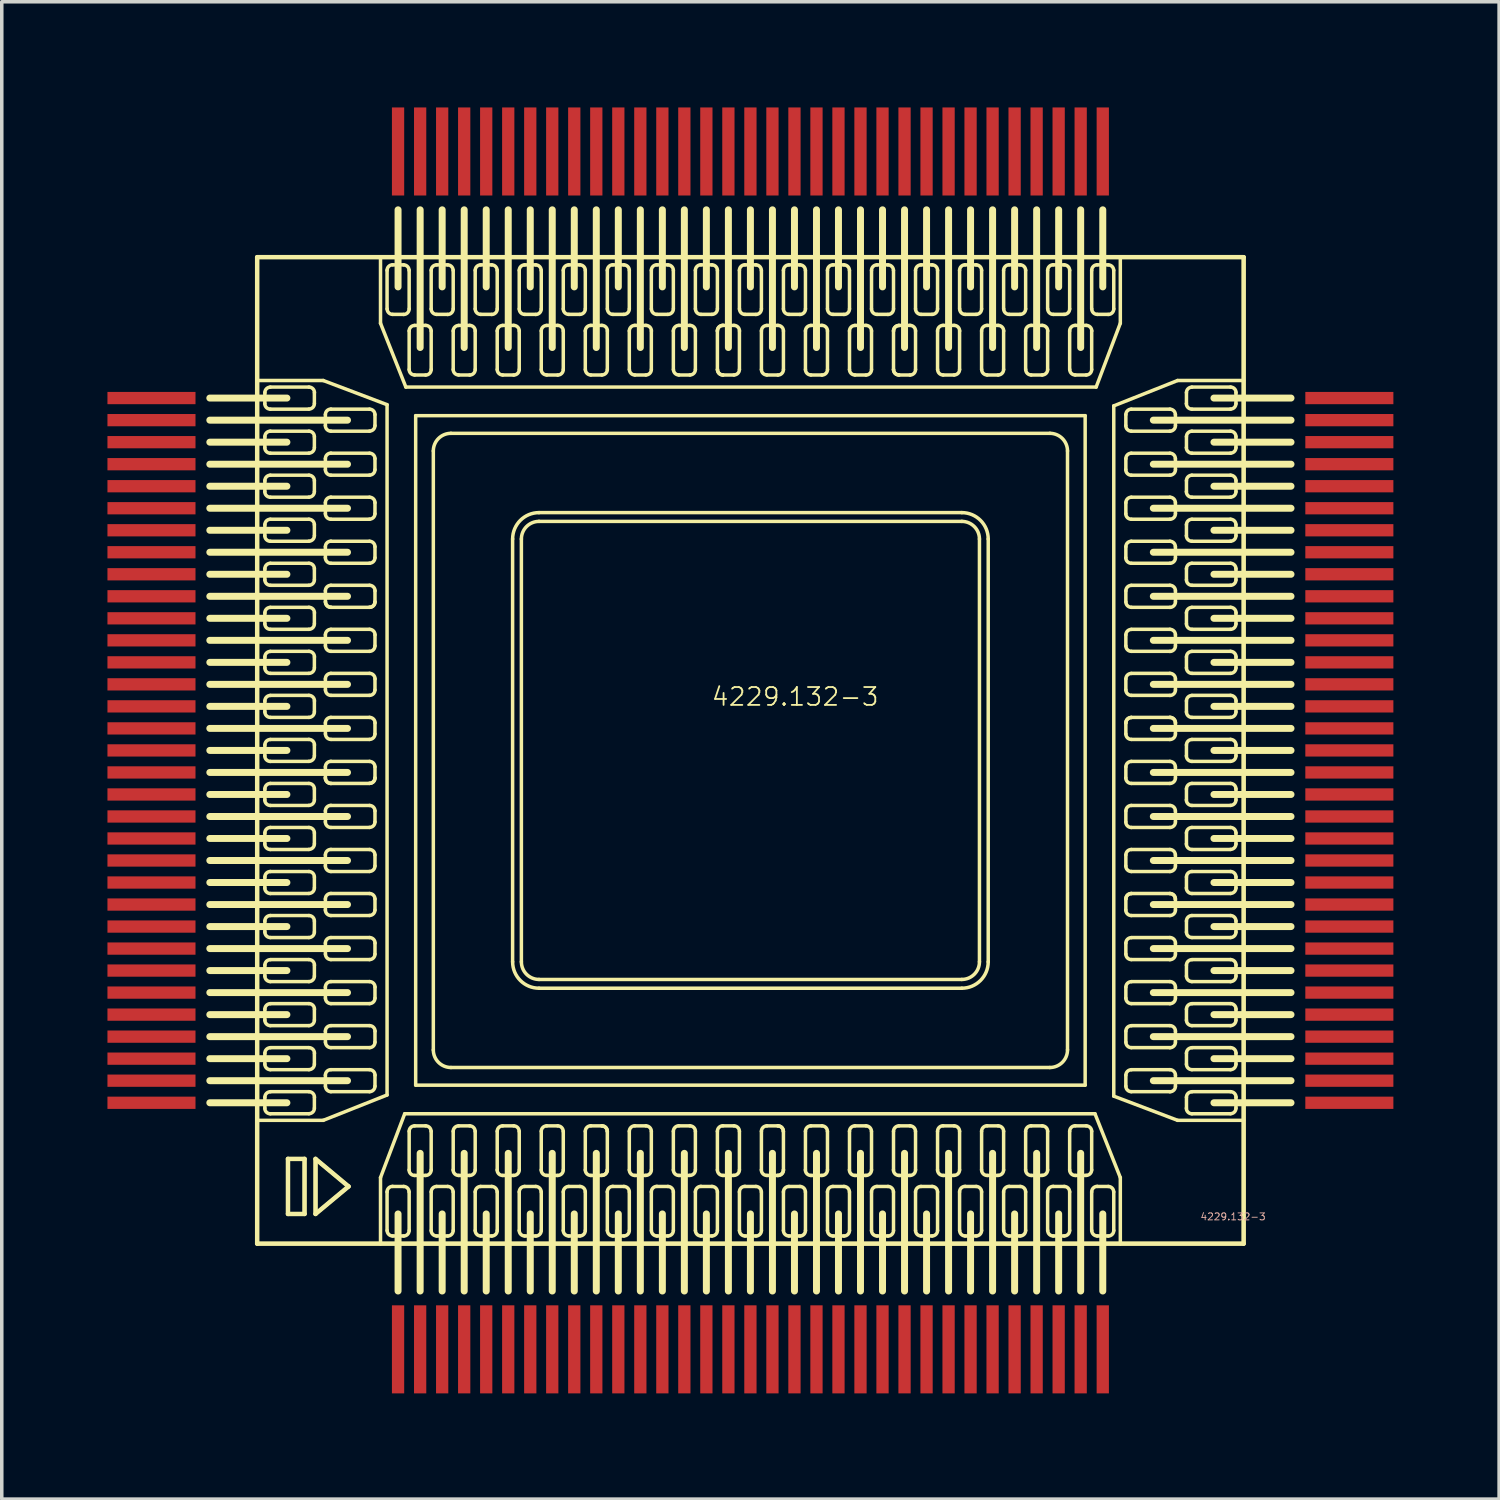
<source format=kicad_pcb>
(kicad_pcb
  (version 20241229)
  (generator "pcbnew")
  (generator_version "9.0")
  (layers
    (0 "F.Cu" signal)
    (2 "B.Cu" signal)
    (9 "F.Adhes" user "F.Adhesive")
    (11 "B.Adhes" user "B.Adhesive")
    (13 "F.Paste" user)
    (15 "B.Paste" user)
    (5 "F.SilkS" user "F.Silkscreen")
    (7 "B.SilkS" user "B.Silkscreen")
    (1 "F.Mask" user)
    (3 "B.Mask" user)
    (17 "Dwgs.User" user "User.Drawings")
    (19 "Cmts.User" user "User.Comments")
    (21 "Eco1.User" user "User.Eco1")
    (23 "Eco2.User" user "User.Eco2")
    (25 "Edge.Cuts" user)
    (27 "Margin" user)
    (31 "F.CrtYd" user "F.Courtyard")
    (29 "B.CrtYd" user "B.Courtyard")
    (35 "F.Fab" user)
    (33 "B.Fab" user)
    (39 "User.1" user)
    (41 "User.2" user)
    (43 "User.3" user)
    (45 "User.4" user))
  (footprint "4229.132-3"
    (layer "F.Cu")
    (at 18.247 18.247)
    (property "Reference" "4229.132-3" (at 1.27 -1.524 0) (layer "F.SilkS") (effects (font (size 0.508 0.508) (thickness 0.051))))
    (attr smd)
    (fp_line (start -13.998 -13.998) (end -13.998 13.998) (stroke (width 0.127) (type solid)) (layer "F.SilkS"))
    (fp_line (start -13.998 -13.998) (end 13.998 -13.998) (stroke (width 0.127) (type solid)) (layer "F.SilkS"))
    (fp_line (start -13.998 -10.498) (end -13.998 -13.998) (stroke (width 0.099) (type solid)) (layer "F.SilkS"))
    (fp_line (start -13.998 10.498) (end -13.998 -10.498) (stroke (width 0.099) (type solid)) (layer "F.SilkS"))
    (fp_line (start -13.998 10.498) (end -12.123 10.498) (stroke (width 0.099) (type solid)) (layer "F.SilkS"))
    (fp_line (start -13.998 13.998) (end -13.998 10.498) (stroke (width 0.099) (type solid)) (layer "F.SilkS"))
    (fp_line (start -13.998 13.998) (end -10.498 13.998) (stroke (width 0.099) (type solid)) (layer "F.SilkS"))
    (fp_line (start -13.998 13.998) (end 13.998 13.998) (stroke (width 0.127) (type solid)) (layer "F.SilkS"))
    (fp_line (start -13.78 -10.155) (end -13.78 -9.842) (stroke (width 0.099) (type solid)) (layer "F.SilkS"))
    (fp_line (start -13.78 -8.905) (end -13.78 -8.593) (stroke (width 0.099) (type solid)) (layer "F.SilkS"))
    (fp_line (start -13.78 -7.656) (end -13.78 -7.343) (stroke (width 0.099) (type solid)) (layer "F.SilkS"))
    (fp_line (start -13.78 -6.406) (end -13.78 -6.093) (stroke (width 0.099) (type solid)) (layer "F.SilkS"))
    (fp_line (start -13.78 -5.156) (end -13.78 -4.841) (stroke (width 0.099) (type solid)) (layer "F.SilkS"))
    (fp_line (start -13.78 -3.904) (end -13.78 -3.592) (stroke (width 0.099) (type solid)) (layer "F.SilkS"))
    (fp_line (start -13.78 -2.654) (end -13.78 -2.342) (stroke (width 0.099) (type solid)) (layer "F.SilkS"))
    (fp_line (start -13.78 -1.405) (end -13.78 -1.092) (stroke (width 0.099) (type solid)) (layer "F.SilkS"))
    (fp_line (start -13.78 -0.155) (end -13.78 0.155) (stroke (width 0.099) (type solid)) (layer "F.SilkS"))
    (fp_line (start -13.78 1.092) (end -13.78 1.405) (stroke (width 0.099) (type solid)) (layer "F.SilkS"))
    (fp_line (start -13.78 2.342) (end -13.78 2.654) (stroke (width 0.099) (type solid)) (layer "F.SilkS"))
    (fp_line (start -13.78 3.592) (end -13.78 3.904) (stroke (width 0.099) (type solid)) (layer "F.SilkS"))
    (fp_line (start -13.78 4.841) (end -13.78 5.156) (stroke (width 0.099) (type solid)) (layer "F.SilkS"))
    (fp_line (start -13.78 6.093) (end -13.78 6.406) (stroke (width 0.099) (type solid)) (layer "F.SilkS"))
    (fp_line (start -13.78 7.343) (end -13.78 7.656) (stroke (width 0.099) (type solid)) (layer "F.SilkS"))
    (fp_line (start -13.78 8.593) (end -13.78 8.905) (stroke (width 0.099) (type solid)) (layer "F.SilkS"))
    (fp_line (start -13.78 9.842) (end -13.78 10.155) (stroke (width 0.099) (type solid)) (layer "F.SilkS"))
    (fp_line (start -13.625 -9.685) (end -12.53 -9.685) (stroke (width 0.099) (type solid)) (layer "F.SilkS"))
    (fp_line (start -13.625 -8.435) (end -12.53 -8.435) (stroke (width 0.099) (type solid)) (layer "F.SilkS"))
    (fp_line (start -13.625 -7.186) (end -12.53 -7.186) (stroke (width 0.099) (type solid)) (layer "F.SilkS"))
    (fp_line (start -13.625 -5.936) (end -12.53 -5.936) (stroke (width 0.099) (type solid)) (layer "F.SilkS"))
    (fp_line (start -13.625 -4.686) (end -12.53 -4.686) (stroke (width 0.099) (type solid)) (layer "F.SilkS"))
    (fp_line (start -13.625 -3.437) (end -12.53 -3.437) (stroke (width 0.099) (type solid)) (layer "F.SilkS"))
    (fp_line (start -13.625 -2.187) (end -12.53 -2.187) (stroke (width 0.099) (type solid)) (layer "F.SilkS"))
    (fp_line (start -13.625 -0.937) (end -12.53 -0.937) (stroke (width 0.099) (type solid)) (layer "F.SilkS"))
    (fp_line (start -13.625 0.312) (end -12.53 0.312) (stroke (width 0.099) (type solid)) (layer "F.SilkS"))
    (fp_line (start -13.625 1.562) (end -12.53 1.562) (stroke (width 0.099) (type solid)) (layer "F.SilkS"))
    (fp_line (start -13.625 2.812) (end -12.53 2.812) (stroke (width 0.099) (type solid)) (layer "F.SilkS"))
    (fp_line (start -13.625 4.061) (end -12.53 4.061) (stroke (width 0.099) (type solid)) (layer "F.SilkS"))
    (fp_line (start -13.625 5.311) (end -12.53 5.311) (stroke (width 0.099) (type solid)) (layer "F.SilkS"))
    (fp_line (start -13.625 6.561) (end -12.53 6.561) (stroke (width 0.099) (type solid)) (layer "F.SilkS"))
    (fp_line (start -13.625 7.811) (end -12.53 7.811) (stroke (width 0.099) (type solid)) (layer "F.SilkS"))
    (fp_line (start -13.625 9.06) (end -12.53 9.06) (stroke (width 0.099) (type solid)) (layer "F.SilkS"))
    (fp_line (start -13.625 10.312) (end -12.53 10.312) (stroke (width 0.099) (type solid)) (layer "F.SilkS"))
    (fp_line (start -13.155 -10) (end -15.342 -10) (stroke (width 0.198) (type solid)) (layer "F.SilkS"))
    (fp_line (start -13.155 -8.748) (end -15.342 -8.748) (stroke (width 0.198) (type solid)) (layer "F.SilkS"))
    (fp_line (start -13.155 -7.498) (end -15.342 -7.498) (stroke (width 0.198) (type solid)) (layer "F.SilkS"))
    (fp_line (start -13.155 -6.248) (end -15.342 -6.248) (stroke (width 0.198) (type solid)) (layer "F.SilkS"))
    (fp_line (start -13.155 -4.999) (end -15.342 -4.999) (stroke (width 0.198) (type solid)) (layer "F.SilkS"))
    (fp_line (start -13.155 -3.749) (end -15.342 -3.749) (stroke (width 0.198) (type solid)) (layer "F.SilkS"))
    (fp_line (start -13.155 -2.499) (end -15.342 -2.499) (stroke (width 0.198) (type solid)) (layer "F.SilkS"))
    (fp_line (start -13.155 -1.25) (end -15.342 -1.25) (stroke (width 0.198) (type solid)) (layer "F.SilkS"))
    (fp_line (start -13.155 0) (end -15.342 0) (stroke (width 0.198) (type solid)) (layer "F.SilkS"))
    (fp_line (start -13.155 1.25) (end -15.342 1.25) (stroke (width 0.198) (type solid)) (layer "F.SilkS"))
    (fp_line (start -13.155 2.499) (end -15.342 2.499) (stroke (width 0.198) (type solid)) (layer "F.SilkS"))
    (fp_line (start -13.155 3.749) (end -15.342 3.749) (stroke (width 0.198) (type solid)) (layer "F.SilkS"))
    (fp_line (start -13.155 4.999) (end -15.342 4.999) (stroke (width 0.198) (type solid)) (layer "F.SilkS"))
    (fp_line (start -13.155 6.248) (end -15.342 6.248) (stroke (width 0.198) (type solid)) (layer "F.SilkS"))
    (fp_line (start -13.155 7.498) (end -15.342 7.498) (stroke (width 0.198) (type solid)) (layer "F.SilkS"))
    (fp_line (start -13.155 8.748) (end -15.342 8.748) (stroke (width 0.198) (type solid)) (layer "F.SilkS"))
    (fp_line (start -13.155 10) (end -15.342 10) (stroke (width 0.198) (type solid)) (layer "F.SilkS"))
    (fp_line (start -13.124 11.593) (end -13.124 13.155) (stroke (width 0.099) (type solid)) (layer "F.SilkS"))
    (fp_line (start -13.124 13.155) (end -13.124 11.593) (stroke (width 0.127) (type solid)) (layer "F.SilkS"))
    (fp_line (start -13.124 13.155) (end -12.654 13.155) (stroke (width 0.099) (type solid)) (layer "F.SilkS"))
    (fp_line (start -12.654 11.593) (end -13.124 11.593) (stroke (width 0.099) (type solid)) (layer "F.SilkS"))
    (fp_line (start -12.654 11.593) (end -13.124 11.593) (stroke (width 0.127) (type solid)) (layer "F.SilkS"))
    (fp_line (start -12.654 13.155) (end -13.124 13.155) (stroke (width 0.127) (type solid)) (layer "F.SilkS"))
    (fp_line (start -12.654 13.155) (end -12.654 11.593) (stroke (width 0.099) (type solid)) (layer "F.SilkS"))
    (fp_line (start -12.654 13.155) (end -12.654 11.593) (stroke (width 0.127) (type solid)) (layer "F.SilkS"))
    (fp_line (start -12.53 -10.312) (end -13.625 -10.312) (stroke (width 0.099) (type solid)) (layer "F.SilkS"))
    (fp_line (start -12.53 -9.06) (end -13.625 -9.06) (stroke (width 0.099) (type solid)) (layer "F.SilkS"))
    (fp_line (start -12.53 -7.811) (end -13.625 -7.811) (stroke (width 0.099) (type solid)) (layer "F.SilkS"))
    (fp_line (start -12.53 -6.561) (end -13.625 -6.561) (stroke (width 0.099) (type solid)) (layer "F.SilkS"))
    (fp_line (start -12.53 -5.311) (end -13.625 -5.311) (stroke (width 0.099) (type solid)) (layer "F.SilkS"))
    (fp_line (start -12.53 -4.061) (end -13.625 -4.061) (stroke (width 0.099) (type solid)) (layer "F.SilkS"))
    (fp_line (start -12.53 -2.812) (end -13.625 -2.812) (stroke (width 0.099) (type solid)) (layer "F.SilkS"))
    (fp_line (start -12.53 -1.562) (end -13.625 -1.562) (stroke (width 0.099) (type solid)) (layer "F.SilkS"))
    (fp_line (start -12.53 -0.312) (end -13.625 -0.312) (stroke (width 0.099) (type solid)) (layer "F.SilkS"))
    (fp_line (start -12.53 0.937) (end -13.625 0.937) (stroke (width 0.099) (type solid)) (layer "F.SilkS"))
    (fp_line (start -12.53 2.187) (end -13.625 2.187) (stroke (width 0.099) (type solid)) (layer "F.SilkS"))
    (fp_line (start -12.53 3.437) (end -13.625 3.437) (stroke (width 0.099) (type solid)) (layer "F.SilkS"))
    (fp_line (start -12.53 4.686) (end -13.625 4.686) (stroke (width 0.099) (type solid)) (layer "F.SilkS"))
    (fp_line (start -12.53 5.936) (end -13.625 5.936) (stroke (width 0.099) (type solid)) (layer "F.SilkS"))
    (fp_line (start -12.53 7.186) (end -13.625 7.186) (stroke (width 0.099) (type solid)) (layer "F.SilkS"))
    (fp_line (start -12.53 8.435) (end -13.625 8.435) (stroke (width 0.099) (type solid)) (layer "F.SilkS"))
    (fp_line (start -12.53 9.685) (end -13.625 9.685) (stroke (width 0.099) (type solid)) (layer "F.SilkS"))
    (fp_line (start -12.375 -9.842) (end -12.375 -10.155) (stroke (width 0.099) (type solid)) (layer "F.SilkS"))
    (fp_line (start -12.375 -8.593) (end -12.375 -8.905) (stroke (width 0.099) (type solid)) (layer "F.SilkS"))
    (fp_line (start -12.375 -7.343) (end -12.375 -7.656) (stroke (width 0.099) (type solid)) (layer "F.SilkS"))
    (fp_line (start -12.375 -6.093) (end -12.375 -6.406) (stroke (width 0.099) (type solid)) (layer "F.SilkS"))
    (fp_line (start -12.375 -4.841) (end -12.375 -5.156) (stroke (width 0.099) (type solid)) (layer "F.SilkS"))
    (fp_line (start -12.375 -3.592) (end -12.375 -3.904) (stroke (width 0.099) (type solid)) (layer "F.SilkS"))
    (fp_line (start -12.375 -2.342) (end -12.375 -2.654) (stroke (width 0.099) (type solid)) (layer "F.SilkS"))
    (fp_line (start -12.375 -1.092) (end -12.375 -1.405) (stroke (width 0.099) (type solid)) (layer "F.SilkS"))
    (fp_line (start -12.375 0.155) (end -12.375 -0.155) (stroke (width 0.099) (type solid)) (layer "F.SilkS"))
    (fp_line (start -12.375 1.405) (end -12.375 1.092) (stroke (width 0.099) (type solid)) (layer "F.SilkS"))
    (fp_line (start -12.375 2.654) (end -12.375 2.342) (stroke (width 0.099) (type solid)) (layer "F.SilkS"))
    (fp_line (start -12.375 3.904) (end -12.375 3.592) (stroke (width 0.099) (type solid)) (layer "F.SilkS"))
    (fp_line (start -12.375 5.156) (end -12.375 4.841) (stroke (width 0.099) (type solid)) (layer "F.SilkS"))
    (fp_line (start -12.375 6.406) (end -12.375 6.093) (stroke (width 0.099) (type solid)) (layer "F.SilkS"))
    (fp_line (start -12.375 7.656) (end -12.375 7.343) (stroke (width 0.099) (type solid)) (layer "F.SilkS"))
    (fp_line (start -12.375 8.905) (end -12.375 8.593) (stroke (width 0.099) (type solid)) (layer "F.SilkS"))
    (fp_line (start -12.375 10.155) (end -12.375 9.842) (stroke (width 0.099) (type solid)) (layer "F.SilkS"))
    (fp_line (start -12.342 11.593) (end -12.342 13.155) (stroke (width 0.099) (type solid)) (layer "F.SilkS"))
    (fp_line (start -12.342 11.593) (end -11.405 12.375) (stroke (width 0.099) (type solid)) (layer "F.SilkS"))
    (fp_line (start -12.342 11.593) (end -11.405 12.375) (stroke (width 0.127) (type solid)) (layer "F.SilkS"))
    (fp_line (start -12.342 13.155) (end -12.342 11.593) (stroke (width 0.127) (type solid)) (layer "F.SilkS"))
    (fp_line (start -12.123 -10.498) (end -13.998 -10.498) (stroke (width 0.099) (type solid)) (layer "F.SilkS"))
    (fp_line (start -12.123 -10.498) (end -10.312 -9.812) (stroke (width 0.099) (type solid)) (layer "F.SilkS"))
    (fp_line (start -12.062 -9.53) (end -12.062 -9.218) (stroke (width 0.099) (type solid)) (layer "F.SilkS"))
    (fp_line (start -12.062 -8.28) (end -12.062 -7.968) (stroke (width 0.099) (type solid)) (layer "F.SilkS"))
    (fp_line (start -12.062 -7.031) (end -12.062 -6.718) (stroke (width 0.099) (type solid)) (layer "F.SilkS"))
    (fp_line (start -12.062 -5.781) (end -12.062 -5.469) (stroke (width 0.099) (type solid)) (layer "F.SilkS"))
    (fp_line (start -12.062 -4.529) (end -12.062 -4.216) (stroke (width 0.099) (type solid)) (layer "F.SilkS"))
    (fp_line (start -12.062 -3.279) (end -12.062 -2.967) (stroke (width 0.099) (type solid)) (layer "F.SilkS"))
    (fp_line (start -12.062 -2.029) (end -12.062 -1.717) (stroke (width 0.099) (type solid)) (layer "F.SilkS"))
    (fp_line (start -12.062 -0.78) (end -12.062 -0.467) (stroke (width 0.099) (type solid)) (layer "F.SilkS"))
    (fp_line (start -12.062 0.467) (end -12.062 0.78) (stroke (width 0.099) (type solid)) (layer "F.SilkS"))
    (fp_line (start -12.062 1.717) (end -12.062 2.029) (stroke (width 0.099) (type solid)) (layer "F.SilkS"))
    (fp_line (start -12.062 2.967) (end -12.062 3.279) (stroke (width 0.099) (type solid)) (layer "F.SilkS"))
    (fp_line (start -12.062 4.216) (end -12.062 4.529) (stroke (width 0.099) (type solid)) (layer "F.SilkS"))
    (fp_line (start -12.062 5.469) (end -12.062 5.781) (stroke (width 0.099) (type solid)) (layer "F.SilkS"))
    (fp_line (start -12.062 6.718) (end -12.062 7.031) (stroke (width 0.099) (type solid)) (layer "F.SilkS"))
    (fp_line (start -12.062 7.968) (end -12.062 8.28) (stroke (width 0.099) (type solid)) (layer "F.SilkS"))
    (fp_line (start -12.062 9.218) (end -12.062 9.53) (stroke (width 0.099) (type solid)) (layer "F.SilkS"))
    (fp_line (start -11.905 -9.06) (end -10.81 -9.06) (stroke (width 0.099) (type solid)) (layer "F.SilkS"))
    (fp_line (start -11.905 -7.811) (end -10.81 -7.811) (stroke (width 0.099) (type solid)) (layer "F.SilkS"))
    (fp_line (start -11.905 -6.561) (end -10.81 -6.561) (stroke (width 0.099) (type solid)) (layer "F.SilkS"))
    (fp_line (start -11.905 -5.311) (end -10.81 -5.311) (stroke (width 0.099) (type solid)) (layer "F.SilkS"))
    (fp_line (start -11.905 -4.061) (end -10.81 -4.061) (stroke (width 0.099) (type solid)) (layer "F.SilkS"))
    (fp_line (start -11.905 -2.812) (end -10.81 -2.812) (stroke (width 0.099) (type solid)) (layer "F.SilkS"))
    (fp_line (start -11.905 -1.562) (end -10.81 -1.562) (stroke (width 0.099) (type solid)) (layer "F.SilkS"))
    (fp_line (start -11.905 -0.312) (end -10.81 -0.312) (stroke (width 0.099) (type solid)) (layer "F.SilkS"))
    (fp_line (start -11.905 0.937) (end -10.81 0.937) (stroke (width 0.099) (type solid)) (layer "F.SilkS"))
    (fp_line (start -11.905 2.187) (end -10.81 2.187) (stroke (width 0.099) (type solid)) (layer "F.SilkS"))
    (fp_line (start -11.905 3.437) (end -10.81 3.437) (stroke (width 0.099) (type solid)) (layer "F.SilkS"))
    (fp_line (start -11.905 4.686) (end -10.81 4.686) (stroke (width 0.099) (type solid)) (layer "F.SilkS"))
    (fp_line (start -11.905 5.936) (end -10.81 5.936) (stroke (width 0.099) (type solid)) (layer "F.SilkS"))
    (fp_line (start -11.905 7.186) (end -10.81 7.186) (stroke (width 0.099) (type solid)) (layer "F.SilkS"))
    (fp_line (start -11.905 8.435) (end -10.81 8.435) (stroke (width 0.099) (type solid)) (layer "F.SilkS"))
    (fp_line (start -11.905 9.685) (end -10.81 9.685) (stroke (width 0.099) (type solid)) (layer "F.SilkS"))
    (fp_line (start -11.435 -9.373) (end -15.342 -9.373) (stroke (width 0.198) (type solid)) (layer "F.SilkS"))
    (fp_line (start -11.435 -8.123) (end -15.342 -8.123) (stroke (width 0.198) (type solid)) (layer "F.SilkS"))
    (fp_line (start -11.435 -6.873) (end -15.342 -6.873) (stroke (width 0.198) (type solid)) (layer "F.SilkS"))
    (fp_line (start -11.435 -5.624) (end -15.342 -5.624) (stroke (width 0.198) (type solid)) (layer "F.SilkS"))
    (fp_line (start -11.435 -4.374) (end -15.342 -4.374) (stroke (width 0.198) (type solid)) (layer "F.SilkS"))
    (fp_line (start -11.435 -3.124) (end -15.342 -3.124) (stroke (width 0.198) (type solid)) (layer "F.SilkS"))
    (fp_line (start -11.435 -1.875) (end -15.342 -1.875) (stroke (width 0.198) (type solid)) (layer "F.SilkS"))
    (fp_line (start -11.435 -0.625) (end -15.342 -0.625) (stroke (width 0.198) (type solid)) (layer "F.SilkS"))
    (fp_line (start -11.435 0.625) (end -15.342 0.625) (stroke (width 0.198) (type solid)) (layer "F.SilkS"))
    (fp_line (start -11.435 1.875) (end -15.342 1.875) (stroke (width 0.198) (type solid)) (layer "F.SilkS"))
    (fp_line (start -11.435 3.124) (end -15.342 3.124) (stroke (width 0.198) (type solid)) (layer "F.SilkS"))
    (fp_line (start -11.435 4.374) (end -15.342 4.374) (stroke (width 0.198) (type solid)) (layer "F.SilkS"))
    (fp_line (start -11.435 5.624) (end -15.342 5.624) (stroke (width 0.198) (type solid)) (layer "F.SilkS"))
    (fp_line (start -11.435 6.873) (end -15.342 6.873) (stroke (width 0.198) (type solid)) (layer "F.SilkS"))
    (fp_line (start -11.435 8.123) (end -15.342 8.123) (stroke (width 0.198) (type solid)) (layer "F.SilkS"))
    (fp_line (start -11.435 9.373) (end -15.342 9.373) (stroke (width 0.198) (type solid)) (layer "F.SilkS"))
    (fp_line (start -11.405 12.375) (end -12.342 13.155) (stroke (width 0.099) (type solid)) (layer "F.SilkS"))
    (fp_line (start -11.405 12.375) (end -12.342 13.155) (stroke (width 0.127) (type solid)) (layer "F.SilkS"))
    (fp_line (start -10.81 -9.685) (end -11.905 -9.685) (stroke (width 0.099) (type solid)) (layer "F.SilkS"))
    (fp_line (start -10.81 -8.435) (end -11.905 -8.435) (stroke (width 0.099) (type solid)) (layer "F.SilkS"))
    (fp_line (start -10.81 -7.186) (end -11.905 -7.186) (stroke (width 0.099) (type solid)) (layer "F.SilkS"))
    (fp_line (start -10.81 -5.936) (end -11.905 -5.936) (stroke (width 0.099) (type solid)) (layer "F.SilkS"))
    (fp_line (start -10.81 -4.686) (end -11.905 -4.686) (stroke (width 0.099) (type solid)) (layer "F.SilkS"))
    (fp_line (start -10.81 -3.437) (end -11.905 -3.437) (stroke (width 0.099) (type solid)) (layer "F.SilkS"))
    (fp_line (start -10.81 -2.187) (end -11.905 -2.187) (stroke (width 0.099) (type solid)) (layer "F.SilkS"))
    (fp_line (start -10.81 -0.937) (end -11.905 -0.937) (stroke (width 0.099) (type solid)) (layer "F.SilkS"))
    (fp_line (start -10.81 0.312) (end -11.905 0.312) (stroke (width 0.099) (type solid)) (layer "F.SilkS"))
    (fp_line (start -10.81 1.562) (end -11.905 1.562) (stroke (width 0.099) (type solid)) (layer "F.SilkS"))
    (fp_line (start -10.81 2.812) (end -11.905 2.812) (stroke (width 0.099) (type solid)) (layer "F.SilkS"))
    (fp_line (start -10.81 4.061) (end -11.905 4.061) (stroke (width 0.099) (type solid)) (layer "F.SilkS"))
    (fp_line (start -10.81 5.311) (end -11.905 5.311) (stroke (width 0.099) (type solid)) (layer "F.SilkS"))
    (fp_line (start -10.81 6.561) (end -11.905 6.561) (stroke (width 0.099) (type solid)) (layer "F.SilkS"))
    (fp_line (start -10.81 7.811) (end -11.905 7.811) (stroke (width 0.099) (type solid)) (layer "F.SilkS"))
    (fp_line (start -10.81 9.06) (end -11.905 9.06) (stroke (width 0.099) (type solid)) (layer "F.SilkS"))
    (fp_line (start -10.655 -9.218) (end -10.655 -9.53) (stroke (width 0.099) (type solid)) (layer "F.SilkS"))
    (fp_line (start -10.655 -7.968) (end -10.655 -8.28) (stroke (width 0.099) (type solid)) (layer "F.SilkS"))
    (fp_line (start -10.655 -6.718) (end -10.655 -7.031) (stroke (width 0.099) (type solid)) (layer "F.SilkS"))
    (fp_line (start -10.655 -5.469) (end -10.655 -5.781) (stroke (width 0.099) (type solid)) (layer "F.SilkS"))
    (fp_line (start -10.655 -4.216) (end -10.655 -4.529) (stroke (width 0.099) (type solid)) (layer "F.SilkS"))
    (fp_line (start -10.655 -2.967) (end -10.655 -3.279) (stroke (width 0.099) (type solid)) (layer "F.SilkS"))
    (fp_line (start -10.655 -1.717) (end -10.655 -2.029) (stroke (width 0.099) (type solid)) (layer "F.SilkS"))
    (fp_line (start -10.655 -0.467) (end -10.655 -0.78) (stroke (width 0.099) (type solid)) (layer "F.SilkS"))
    (fp_line (start -10.655 0.78) (end -10.655 0.467) (stroke (width 0.099) (type solid)) (layer "F.SilkS"))
    (fp_line (start -10.655 2.029) (end -10.655 1.717) (stroke (width 0.099) (type solid)) (layer "F.SilkS"))
    (fp_line (start -10.655 3.279) (end -10.655 2.967) (stroke (width 0.099) (type solid)) (layer "F.SilkS"))
    (fp_line (start -10.655 4.529) (end -10.655 4.216) (stroke (width 0.099) (type solid)) (layer "F.SilkS"))
    (fp_line (start -10.655 5.781) (end -10.655 5.469) (stroke (width 0.099) (type solid)) (layer "F.SilkS"))
    (fp_line (start -10.655 7.031) (end -10.655 6.718) (stroke (width 0.099) (type solid)) (layer "F.SilkS"))
    (fp_line (start -10.655 8.28) (end -10.655 7.968) (stroke (width 0.099) (type solid)) (layer "F.SilkS"))
    (fp_line (start -10.655 9.53) (end -10.655 9.218) (stroke (width 0.099) (type solid)) (layer "F.SilkS"))
    (fp_line (start -10.498 -13.998) (end -13.998 -13.998) (stroke (width 0.099) (type solid)) (layer "F.SilkS"))
    (fp_line (start -10.498 -13.998) (end -10.498 -12.123) (stroke (width 0.099) (type solid)) (layer "F.SilkS"))
    (fp_line (start -10.498 12.123) (end -10.498 13.998) (stroke (width 0.099) (type solid)) (layer "F.SilkS"))
    (fp_line (start -10.498 12.123) (end -9.812 10.312) (stroke (width 0.099) (type solid)) (layer "F.SilkS"))
    (fp_line (start -10.498 13.998) (end 10.498 13.998) (stroke (width 0.099) (type solid)) (layer "F.SilkS"))
    (fp_line (start -10.312 -13.625) (end -10.312 -12.53) (stroke (width 0.099) (type solid)) (layer "F.SilkS"))
    (fp_line (start -10.312 -9.812) (end -10.312 9.779) (stroke (width 0.099) (type solid)) (layer "F.SilkS"))
    (fp_line (start -10.312 9.779) (end -12.123 10.498) (stroke (width 0.099) (type solid)) (layer "F.SilkS"))
    (fp_line (start -10.312 12.53) (end -10.312 13.625) (stroke (width 0.099) (type solid)) (layer "F.SilkS"))
    (fp_line (start -10.155 -12.375) (end -9.842 -12.375) (stroke (width 0.099) (type solid)) (layer "F.SilkS"))
    (fp_line (start -10.155 13.78) (end -9.842 13.78) (stroke (width 0.099) (type solid)) (layer "F.SilkS"))
    (fp_line (start -10 -13.155) (end -10 -15.342) (stroke (width 0.198) (type solid)) (layer "F.SilkS"))
    (fp_line (start -10 13.155) (end -10 15.342) (stroke (width 0.198) (type solid)) (layer "F.SilkS"))
    (fp_line (start -9.842 -13.78) (end -10.155 -13.78) (stroke (width 0.099) (type solid)) (layer "F.SilkS"))
    (fp_line (start -9.842 12.375) (end -10.155 12.375) (stroke (width 0.099) (type solid)) (layer "F.SilkS"))
    (fp_line (start -9.812 10.312) (end 9.779 10.312) (stroke (width 0.099) (type solid)) (layer "F.SilkS"))
    (fp_line (start -9.779 -10.312) (end -10.498 -12.123) (stroke (width 0.099) (type solid)) (layer "F.SilkS"))
    (fp_line (start -9.685 -12.53) (end -9.685 -13.625) (stroke (width 0.099) (type solid)) (layer "F.SilkS"))
    (fp_line (start -9.685 -11.905) (end -9.685 -10.81) (stroke (width 0.099) (type solid)) (layer "F.SilkS"))
    (fp_line (start -9.685 10.81) (end -9.685 11.905) (stroke (width 0.099) (type solid)) (layer "F.SilkS"))
    (fp_line (start -9.685 13.625) (end -9.685 12.53) (stroke (width 0.099) (type solid)) (layer "F.SilkS"))
    (fp_line (start -9.53 -10.655) (end -9.218 -10.655) (stroke (width 0.099) (type solid)) (layer "F.SilkS"))
    (fp_line (start -9.53 12.062) (end -9.218 12.062) (stroke (width 0.099) (type solid)) (layer "F.SilkS"))
    (fp_line (start -9.5 -9.5) (end -9.5 9.5) (stroke (width 0.099) (type solid)) (layer "F.SilkS"))
    (fp_line (start -9.373 -11.435) (end -9.373 -15.342) (stroke (width 0.198) (type solid)) (layer "F.SilkS"))
    (fp_line (start -9.373 11.435) (end -9.373 15.342) (stroke (width 0.198) (type solid)) (layer "F.SilkS"))
    (fp_line (start -9.218 -12.062) (end -9.53 -12.062) (stroke (width 0.099) (type solid)) (layer "F.SilkS"))
    (fp_line (start -9.218 10.655) (end -9.53 10.655) (stroke (width 0.099) (type solid)) (layer "F.SilkS"))
    (fp_line (start -9.06 -13.625) (end -9.06 -12.53) (stroke (width 0.099) (type solid)) (layer "F.SilkS"))
    (fp_line (start -9.06 -10.81) (end -9.06 -11.905) (stroke (width 0.099) (type solid)) (layer "F.SilkS"))
    (fp_line (start -9.06 11.905) (end -9.06 10.81) (stroke (width 0.099) (type solid)) (layer "F.SilkS"))
    (fp_line (start -9.06 12.53) (end -9.06 13.625) (stroke (width 0.099) (type solid)) (layer "F.SilkS"))
    (fp_line (start -8.999 -8.499) (end -8.999 8.499) (stroke (width 0.099) (type solid)) (layer "F.SilkS"))
    (fp_line (start -8.905 -12.375) (end -8.593 -12.375) (stroke (width 0.099) (type solid)) (layer "F.SilkS"))
    (fp_line (start -8.905 13.78) (end -8.593 13.78) (stroke (width 0.099) (type solid)) (layer "F.SilkS"))
    (fp_line (start -8.748 -13.155) (end -8.748 -15.342) (stroke (width 0.198) (type solid)) (layer "F.SilkS"))
    (fp_line (start -8.748 13.155) (end -8.748 15.342) (stroke (width 0.198) (type solid)) (layer "F.SilkS"))
    (fp_line (start -8.593 -13.78) (end -8.905 -13.78) (stroke (width 0.099) (type solid)) (layer "F.SilkS"))
    (fp_line (start -8.593 12.375) (end -8.905 12.375) (stroke (width 0.099) (type solid)) (layer "F.SilkS"))
    (fp_line (start -8.499 8.999) (end 8.499 8.999) (stroke (width 0.099) (type solid)) (layer "F.SilkS"))
    (fp_line (start -8.435 -12.53) (end -8.435 -13.625) (stroke (width 0.099) (type solid)) (layer "F.SilkS"))
    (fp_line (start -8.435 -11.905) (end -8.435 -10.81) (stroke (width 0.099) (type solid)) (layer "F.SilkS"))
    (fp_line (start -8.435 10.81) (end -8.435 11.905) (stroke (width 0.099) (type solid)) (layer "F.SilkS"))
    (fp_line (start -8.435 13.625) (end -8.435 12.53) (stroke (width 0.099) (type solid)) (layer "F.SilkS"))
    (fp_line (start -8.28 -10.655) (end -7.968 -10.655) (stroke (width 0.099) (type solid)) (layer "F.SilkS"))
    (fp_line (start -8.28 12.062) (end -7.968 12.062) (stroke (width 0.099) (type solid)) (layer "F.SilkS"))
    (fp_line (start -8.123 -11.435) (end -8.123 -15.342) (stroke (width 0.198) (type solid)) (layer "F.SilkS"))
    (fp_line (start -8.123 11.435) (end -8.123 15.342) (stroke (width 0.198) (type solid)) (layer "F.SilkS"))
    (fp_line (start -7.968 -12.062) (end -8.28 -12.062) (stroke (width 0.099) (type solid)) (layer "F.SilkS"))
    (fp_line (start -7.968 10.655) (end -8.28 10.655) (stroke (width 0.099) (type solid)) (layer "F.SilkS"))
    (fp_line (start -7.811 -13.625) (end -7.811 -12.53) (stroke (width 0.099) (type solid)) (layer "F.SilkS"))
    (fp_line (start -7.811 -10.81) (end -7.811 -11.905) (stroke (width 0.099) (type solid)) (layer "F.SilkS"))
    (fp_line (start -7.811 11.905) (end -7.811 10.81) (stroke (width 0.099) (type solid)) (layer "F.SilkS"))
    (fp_line (start -7.811 12.53) (end -7.811 13.625) (stroke (width 0.099) (type solid)) (layer "F.SilkS"))
    (fp_line (start -7.656 -12.375) (end -7.343 -12.375) (stroke (width 0.099) (type solid)) (layer "F.SilkS"))
    (fp_line (start -7.656 13.78) (end -7.343 13.78) (stroke (width 0.099) (type solid)) (layer "F.SilkS"))
    (fp_line (start -7.498 -13.155) (end -7.498 -15.342) (stroke (width 0.198) (type solid)) (layer "F.SilkS"))
    (fp_line (start -7.498 13.155) (end -7.498 15.342) (stroke (width 0.198) (type solid)) (layer "F.SilkS"))
    (fp_line (start -7.343 -13.78) (end -7.656 -13.78) (stroke (width 0.099) (type solid)) (layer "F.SilkS"))
    (fp_line (start -7.343 12.375) (end -7.656 12.375) (stroke (width 0.099) (type solid)) (layer "F.SilkS"))
    (fp_line (start -7.186 -12.53) (end -7.186 -13.625) (stroke (width 0.099) (type solid)) (layer "F.SilkS"))
    (fp_line (start -7.186 -11.905) (end -7.186 -10.81) (stroke (width 0.099) (type solid)) (layer "F.SilkS"))
    (fp_line (start -7.186 10.81) (end -7.186 11.905) (stroke (width 0.099) (type solid)) (layer "F.SilkS"))
    (fp_line (start -7.186 13.625) (end -7.186 12.53) (stroke (width 0.099) (type solid)) (layer "F.SilkS"))
    (fp_line (start -7.031 -10.655) (end -6.718 -10.655) (stroke (width 0.099) (type solid)) (layer "F.SilkS"))
    (fp_line (start -7.031 12.062) (end -6.718 12.062) (stroke (width 0.099) (type solid)) (layer "F.SilkS"))
    (fp_line (start -6.873 -11.435) (end -6.873 -15.342) (stroke (width 0.198) (type solid)) (layer "F.SilkS"))
    (fp_line (start -6.873 11.435) (end -6.873 15.342) (stroke (width 0.198) (type solid)) (layer "F.SilkS"))
    (fp_line (start -6.749 5.999) (end -6.749 -5.999) (stroke (width 0.099) (type solid)) (layer "F.SilkS"))
    (fp_line (start -6.718 -12.062) (end -7.031 -12.062) (stroke (width 0.099) (type solid)) (layer "F.SilkS"))
    (fp_line (start -6.718 10.655) (end -7.031 10.655) (stroke (width 0.099) (type solid)) (layer "F.SilkS"))
    (fp_line (start -6.561 -13.625) (end -6.561 -12.53) (stroke (width 0.099) (type solid)) (layer "F.SilkS"))
    (fp_line (start -6.561 -10.81) (end -6.561 -11.905) (stroke (width 0.099) (type solid)) (layer "F.SilkS"))
    (fp_line (start -6.561 11.905) (end -6.561 10.81) (stroke (width 0.099) (type solid)) (layer "F.SilkS"))
    (fp_line (start -6.561 12.53) (end -6.561 13.625) (stroke (width 0.099) (type solid)) (layer "F.SilkS"))
    (fp_line (start -6.5 5.999) (end -6.5 -5.999) (stroke (width 0.099) (type solid)) (layer "F.SilkS"))
    (fp_line (start -6.406 -12.375) (end -6.093 -12.375) (stroke (width 0.099) (type solid)) (layer "F.SilkS"))
    (fp_line (start -6.406 13.78) (end -6.093 13.78) (stroke (width 0.099) (type solid)) (layer "F.SilkS"))
    (fp_line (start -6.248 -13.155) (end -6.248 -15.342) (stroke (width 0.198) (type solid)) (layer "F.SilkS"))
    (fp_line (start -6.248 13.155) (end -6.248 15.342) (stroke (width 0.198) (type solid)) (layer "F.SilkS"))
    (fp_line (start -6.093 -13.78) (end -6.406 -13.78) (stroke (width 0.099) (type solid)) (layer "F.SilkS"))
    (fp_line (start -6.093 12.375) (end -6.406 12.375) (stroke (width 0.099) (type solid)) (layer "F.SilkS"))
    (fp_line (start -5.999 -6.749) (end 5.999 -6.749) (stroke (width 0.099) (type solid)) (layer "F.SilkS"))
    (fp_line (start -5.999 -6.5) (end 5.999 -6.5) (stroke (width 0.099) (type solid)) (layer "F.SilkS"))
    (fp_line (start -5.999 6.5) (end 5.999 6.5) (stroke (width 0.099) (type solid)) (layer "F.SilkS"))
    (fp_line (start -5.999 6.749) (end 5.999 6.749) (stroke (width 0.099) (type solid)) (layer "F.SilkS"))
    (fp_line (start -5.936 -12.53) (end -5.936 -13.625) (stroke (width 0.099) (type solid)) (layer "F.SilkS"))
    (fp_line (start -5.936 -11.905) (end -5.936 -10.81) (stroke (width 0.099) (type solid)) (layer "F.SilkS"))
    (fp_line (start -5.936 10.81) (end -5.936 11.905) (stroke (width 0.099) (type solid)) (layer "F.SilkS"))
    (fp_line (start -5.936 13.625) (end -5.936 12.53) (stroke (width 0.099) (type solid)) (layer "F.SilkS"))
    (fp_line (start -5.781 -10.655) (end -5.469 -10.655) (stroke (width 0.099) (type solid)) (layer "F.SilkS"))
    (fp_line (start -5.781 12.062) (end -5.469 12.062) (stroke (width 0.099) (type solid)) (layer "F.SilkS"))
    (fp_line (start -5.624 -11.435) (end -5.624 -15.342) (stroke (width 0.198) (type solid)) (layer "F.SilkS"))
    (fp_line (start -5.624 11.435) (end -5.624 15.342) (stroke (width 0.198) (type solid)) (layer "F.SilkS"))
    (fp_line (start -5.469 -12.062) (end -5.781 -12.062) (stroke (width 0.099) (type solid)) (layer "F.SilkS"))
    (fp_line (start -5.469 10.655) (end -5.781 10.655) (stroke (width 0.099) (type solid)) (layer "F.SilkS"))
    (fp_line (start -5.311 -13.625) (end -5.311 -12.53) (stroke (width 0.099) (type solid)) (layer "F.SilkS"))
    (fp_line (start -5.311 -10.81) (end -5.311 -11.905) (stroke (width 0.099) (type solid)) (layer "F.SilkS"))
    (fp_line (start -5.311 11.905) (end -5.311 10.81) (stroke (width 0.099) (type solid)) (layer "F.SilkS"))
    (fp_line (start -5.311 12.53) (end -5.311 13.625) (stroke (width 0.099) (type solid)) (layer "F.SilkS"))
    (fp_line (start -5.156 -12.375) (end -4.841 -12.375) (stroke (width 0.099) (type solid)) (layer "F.SilkS"))
    (fp_line (start -5.156 13.78) (end -4.841 13.78) (stroke (width 0.099) (type solid)) (layer "F.SilkS"))
    (fp_line (start -4.999 -13.155) (end -4.999 -15.342) (stroke (width 0.198) (type solid)) (layer "F.SilkS"))
    (fp_line (start -4.999 13.155) (end -4.999 15.342) (stroke (width 0.198) (type solid)) (layer "F.SilkS"))
    (fp_line (start -4.841 -13.78) (end -5.156 -13.78) (stroke (width 0.099) (type solid)) (layer "F.SilkS"))
    (fp_line (start -4.841 12.375) (end -5.156 12.375) (stroke (width 0.099) (type solid)) (layer "F.SilkS"))
    (fp_line (start -4.686 -12.53) (end -4.686 -13.625) (stroke (width 0.099) (type solid)) (layer "F.SilkS"))
    (fp_line (start -4.686 -11.905) (end -4.686 -10.81) (stroke (width 0.099) (type solid)) (layer "F.SilkS"))
    (fp_line (start -4.686 10.81) (end -4.686 11.905) (stroke (width 0.099) (type solid)) (layer "F.SilkS"))
    (fp_line (start -4.686 13.625) (end -4.686 12.53) (stroke (width 0.099) (type solid)) (layer "F.SilkS"))
    (fp_line (start -4.529 -10.655) (end -4.216 -10.655) (stroke (width 0.099) (type solid)) (layer "F.SilkS"))
    (fp_line (start -4.529 12.062) (end -4.216 12.062) (stroke (width 0.099) (type solid)) (layer "F.SilkS"))
    (fp_line (start -4.374 -11.435) (end -4.374 -15.342) (stroke (width 0.198) (type solid)) (layer "F.SilkS"))
    (fp_line (start -4.374 11.435) (end -4.374 15.342) (stroke (width 0.198) (type solid)) (layer "F.SilkS"))
    (fp_line (start -4.216 -12.062) (end -4.529 -12.062) (stroke (width 0.099) (type solid)) (layer "F.SilkS"))
    (fp_line (start -4.216 10.655) (end -4.529 10.655) (stroke (width 0.099) (type solid)) (layer "F.SilkS"))
    (fp_line (start -4.061 -13.625) (end -4.061 -12.53) (stroke (width 0.099) (type solid)) (layer "F.SilkS"))
    (fp_line (start -4.061 -10.81) (end -4.061 -11.905) (stroke (width 0.099) (type solid)) (layer "F.SilkS"))
    (fp_line (start -4.061 11.905) (end -4.061 10.81) (stroke (width 0.099) (type solid)) (layer "F.SilkS"))
    (fp_line (start -4.061 12.53) (end -4.061 13.625) (stroke (width 0.099) (type solid)) (layer "F.SilkS"))
    (fp_line (start -3.904 -12.375) (end -3.592 -12.375) (stroke (width 0.099) (type solid)) (layer "F.SilkS"))
    (fp_line (start -3.904 13.78) (end -3.592 13.78) (stroke (width 0.099) (type solid)) (layer "F.SilkS"))
    (fp_line (start -3.749 -13.155) (end -3.749 -15.342) (stroke (width 0.198) (type solid)) (layer "F.SilkS"))
    (fp_line (start -3.749 13.155) (end -3.749 15.342) (stroke (width 0.198) (type solid)) (layer "F.SilkS"))
    (fp_line (start -3.592 -13.78) (end -3.904 -13.78) (stroke (width 0.099) (type solid)) (layer "F.SilkS"))
    (fp_line (start -3.592 12.375) (end -3.904 12.375) (stroke (width 0.099) (type solid)) (layer "F.SilkS"))
    (fp_line (start -3.437 -12.53) (end -3.437 -13.625) (stroke (width 0.099) (type solid)) (layer "F.SilkS"))
    (fp_line (start -3.437 -11.905) (end -3.437 -10.81) (stroke (width 0.099) (type solid)) (layer "F.SilkS"))
    (fp_line (start -3.437 10.81) (end -3.437 11.905) (stroke (width 0.099) (type solid)) (layer "F.SilkS"))
    (fp_line (start -3.437 13.625) (end -3.437 12.53) (stroke (width 0.099) (type solid)) (layer "F.SilkS"))
    (fp_line (start -3.279 -10.655) (end -2.967 -10.655) (stroke (width 0.099) (type solid)) (layer "F.SilkS"))
    (fp_line (start -3.279 12.062) (end -2.967 12.062) (stroke (width 0.099) (type solid)) (layer "F.SilkS"))
    (fp_line (start -3.124 -11.435) (end -3.124 -15.342) (stroke (width 0.198) (type solid)) (layer "F.SilkS"))
    (fp_line (start -3.124 11.435) (end -3.124 15.342) (stroke (width 0.198) (type solid)) (layer "F.SilkS"))
    (fp_line (start -2.967 -12.062) (end -3.279 -12.062) (stroke (width 0.099) (type solid)) (layer "F.SilkS"))
    (fp_line (start -2.967 10.655) (end -3.279 10.655) (stroke (width 0.099) (type solid)) (layer "F.SilkS"))
    (fp_line (start -2.812 -13.625) (end -2.812 -12.53) (stroke (width 0.099) (type solid)) (layer "F.SilkS"))
    (fp_line (start -2.812 -10.81) (end -2.812 -11.905) (stroke (width 0.099) (type solid)) (layer "F.SilkS"))
    (fp_line (start -2.812 11.905) (end -2.812 10.81) (stroke (width 0.099) (type solid)) (layer "F.SilkS"))
    (fp_line (start -2.812 12.53) (end -2.812 13.625) (stroke (width 0.099) (type solid)) (layer "F.SilkS"))
    (fp_line (start -2.654 -12.375) (end -2.342 -12.375) (stroke (width 0.099) (type solid)) (layer "F.SilkS"))
    (fp_line (start -2.654 13.78) (end -2.342 13.78) (stroke (width 0.099) (type solid)) (layer "F.SilkS"))
    (fp_line (start -2.499 -13.155) (end -2.499 -15.342) (stroke (width 0.198) (type solid)) (layer "F.SilkS"))
    (fp_line (start -2.499 13.155) (end -2.499 15.342) (stroke (width 0.198) (type solid)) (layer "F.SilkS"))
    (fp_line (start -2.342 -13.78) (end -2.654 -13.78) (stroke (width 0.099) (type solid)) (layer "F.SilkS"))
    (fp_line (start -2.342 12.375) (end -2.654 12.375) (stroke (width 0.099) (type solid)) (layer "F.SilkS"))
    (fp_line (start -2.187 -12.53) (end -2.187 -13.625) (stroke (width 0.099) (type solid)) (layer "F.SilkS"))
    (fp_line (start -2.187 -11.905) (end -2.187 -10.81) (stroke (width 0.099) (type solid)) (layer "F.SilkS"))
    (fp_line (start -2.187 10.81) (end -2.187 11.905) (stroke (width 0.099) (type solid)) (layer "F.SilkS"))
    (fp_line (start -2.187 13.625) (end -2.187 12.53) (stroke (width 0.099) (type solid)) (layer "F.SilkS"))
    (fp_line (start -2.029 -10.655) (end -1.717 -10.655) (stroke (width 0.099) (type solid)) (layer "F.SilkS"))
    (fp_line (start -2.029 12.062) (end -1.717 12.062) (stroke (width 0.099) (type solid)) (layer "F.SilkS"))
    (fp_line (start -1.875 -11.435) (end -1.875 -15.342) (stroke (width 0.198) (type solid)) (layer "F.SilkS"))
    (fp_line (start -1.875 11.435) (end -1.875 15.342) (stroke (width 0.198) (type solid)) (layer "F.SilkS"))
    (fp_line (start -1.717 -12.062) (end -2.029 -12.062) (stroke (width 0.099) (type solid)) (layer "F.SilkS"))
    (fp_line (start -1.717 10.655) (end -2.029 10.655) (stroke (width 0.099) (type solid)) (layer "F.SilkS"))
    (fp_line (start -1.562 -13.625) (end -1.562 -12.53) (stroke (width 0.099) (type solid)) (layer "F.SilkS"))
    (fp_line (start -1.562 -10.81) (end -1.562 -11.905) (stroke (width 0.099) (type solid)) (layer "F.SilkS"))
    (fp_line (start -1.562 11.905) (end -1.562 10.81) (stroke (width 0.099) (type solid)) (layer "F.SilkS"))
    (fp_line (start -1.562 12.53) (end -1.562 13.625) (stroke (width 0.099) (type solid)) (layer "F.SilkS"))
    (fp_line (start -1.405 -12.375) (end -1.092 -12.375) (stroke (width 0.099) (type solid)) (layer "F.SilkS"))
    (fp_line (start -1.405 13.78) (end -1.092 13.78) (stroke (width 0.099) (type solid)) (layer "F.SilkS"))
    (fp_line (start -1.25 -13.155) (end -1.25 -15.342) (stroke (width 0.198) (type solid)) (layer "F.SilkS"))
    (fp_line (start -1.25 13.155) (end -1.25 15.342) (stroke (width 0.198) (type solid)) (layer "F.SilkS"))
    (fp_line (start -1.092 -13.78) (end -1.405 -13.78) (stroke (width 0.099) (type solid)) (layer "F.SilkS"))
    (fp_line (start -1.092 12.375) (end -1.405 12.375) (stroke (width 0.099) (type solid)) (layer "F.SilkS"))
    (fp_line (start -0.937 -12.53) (end -0.937 -13.625) (stroke (width 0.099) (type solid)) (layer "F.SilkS"))
    (fp_line (start -0.937 -11.905) (end -0.937 -10.81) (stroke (width 0.099) (type solid)) (layer "F.SilkS"))
    (fp_line (start -0.937 10.81) (end -0.937 11.905) (stroke (width 0.099) (type solid)) (layer "F.SilkS"))
    (fp_line (start -0.937 13.625) (end -0.937 12.53) (stroke (width 0.099) (type solid)) (layer "F.SilkS"))
    (fp_line (start -0.78 -10.655) (end -0.467 -10.655) (stroke (width 0.099) (type solid)) (layer "F.SilkS"))
    (fp_line (start -0.78 12.062) (end -0.467 12.062) (stroke (width 0.099) (type solid)) (layer "F.SilkS"))
    (fp_line (start -0.625 -11.435) (end -0.625 -15.342) (stroke (width 0.198) (type solid)) (layer "F.SilkS"))
    (fp_line (start -0.625 11.435) (end -0.625 15.342) (stroke (width 0.198) (type solid)) (layer "F.SilkS"))
    (fp_line (start -0.467 -12.062) (end -0.78 -12.062) (stroke (width 0.099) (type solid)) (layer "F.SilkS"))
    (fp_line (start -0.467 10.655) (end -0.78 10.655) (stroke (width 0.099) (type solid)) (layer "F.SilkS"))
    (fp_line (start -0.312 -13.625) (end -0.312 -12.53) (stroke (width 0.099) (type solid)) (layer "F.SilkS"))
    (fp_line (start -0.312 -10.81) (end -0.312 -11.905) (stroke (width 0.099) (type solid)) (layer "F.SilkS"))
    (fp_line (start -0.312 11.905) (end -0.312 10.81) (stroke (width 0.099) (type solid)) (layer "F.SilkS"))
    (fp_line (start -0.312 12.53) (end -0.312 13.625) (stroke (width 0.099) (type solid)) (layer "F.SilkS"))
    (fp_line (start -0.155 -12.375) (end 0.155 -12.375) (stroke (width 0.099) (type solid)) (layer "F.SilkS"))
    (fp_line (start -0.155 13.78) (end 0.155 13.78) (stroke (width 0.099) (type solid)) (layer "F.SilkS"))
    (fp_line (start 0 -13.155) (end 0 -15.342) (stroke (width 0.198) (type solid)) (layer "F.SilkS"))
    (fp_line (start 0 13.155) (end 0 15.342) (stroke (width 0.198) (type solid)) (layer "F.SilkS"))
    (fp_line (start 0.155 -13.78) (end -0.155 -13.78) (stroke (width 0.099) (type solid)) (layer "F.SilkS"))
    (fp_line (start 0.155 12.375) (end -0.155 12.375) (stroke (width 0.099) (type solid)) (layer "F.SilkS"))
    (fp_line (start 0.312 -12.53) (end 0.312 -13.625) (stroke (width 0.099) (type solid)) (layer "F.SilkS"))
    (fp_line (start 0.312 -11.905) (end 0.312 -10.81) (stroke (width 0.099) (type solid)) (layer "F.SilkS"))
    (fp_line (start 0.312 10.81) (end 0.312 11.905) (stroke (width 0.099) (type solid)) (layer "F.SilkS"))
    (fp_line (start 0.312 13.625) (end 0.312 12.53) (stroke (width 0.099) (type solid)) (layer "F.SilkS"))
    (fp_line (start 0.467 -10.655) (end 0.78 -10.655) (stroke (width 0.099) (type solid)) (layer "F.SilkS"))
    (fp_line (start 0.467 12.062) (end 0.78 12.062) (stroke (width 0.099) (type solid)) (layer "F.SilkS"))
    (fp_line (start 0.625 -11.435) (end 0.625 -15.342) (stroke (width 0.198) (type solid)) (layer "F.SilkS"))
    (fp_line (start 0.625 11.435) (end 0.625 15.342) (stroke (width 0.198) (type solid)) (layer "F.SilkS"))
    (fp_line (start 0.78 -12.062) (end 0.467 -12.062) (stroke (width 0.099) (type solid)) (layer "F.SilkS"))
    (fp_line (start 0.78 10.655) (end 0.467 10.655) (stroke (width 0.099) (type solid)) (layer "F.SilkS"))
    (fp_line (start 0.937 -13.625) (end 0.937 -12.53) (stroke (width 0.099) (type solid)) (layer "F.SilkS"))
    (fp_line (start 0.937 -10.81) (end 0.937 -11.905) (stroke (width 0.099) (type solid)) (layer "F.SilkS"))
    (fp_line (start 0.937 11.905) (end 0.937 10.81) (stroke (width 0.099) (type solid)) (layer "F.SilkS"))
    (fp_line (start 0.937 12.53) (end 0.937 13.625) (stroke (width 0.099) (type solid)) (layer "F.SilkS"))
    (fp_line (start 1.092 -12.375) (end 1.405 -12.375) (stroke (width 0.099) (type solid)) (layer "F.SilkS"))
    (fp_line (start 1.092 13.78) (end 1.405 13.78) (stroke (width 0.099) (type solid)) (layer "F.SilkS"))
    (fp_line (start 1.25 -13.155) (end 1.25 -15.342) (stroke (width 0.198) (type solid)) (layer "F.SilkS"))
    (fp_line (start 1.25 13.155) (end 1.25 15.342) (stroke (width 0.198) (type solid)) (layer "F.SilkS"))
    (fp_line (start 1.405 -13.78) (end 1.092 -13.78) (stroke (width 0.099) (type solid)) (layer "F.SilkS"))
    (fp_line (start 1.405 12.375) (end 1.092 12.375) (stroke (width 0.099) (type solid)) (layer "F.SilkS"))
    (fp_line (start 1.562 -12.53) (end 1.562 -13.625) (stroke (width 0.099) (type solid)) (layer "F.SilkS"))
    (fp_line (start 1.562 -11.905) (end 1.562 -10.81) (stroke (width 0.099) (type solid)) (layer "F.SilkS"))
    (fp_line (start 1.562 10.81) (end 1.562 11.905) (stroke (width 0.099) (type solid)) (layer "F.SilkS"))
    (fp_line (start 1.562 13.625) (end 1.562 12.53) (stroke (width 0.099) (type solid)) (layer "F.SilkS"))
    (fp_line (start 1.717 -10.655) (end 2.029 -10.655) (stroke (width 0.099) (type solid)) (layer "F.SilkS"))
    (fp_line (start 1.717 12.062) (end 2.029 12.062) (stroke (width 0.099) (type solid)) (layer "F.SilkS"))
    (fp_line (start 1.875 -11.435) (end 1.875 -15.342) (stroke (width 0.198) (type solid)) (layer "F.SilkS"))
    (fp_line (start 1.875 11.435) (end 1.875 15.342) (stroke (width 0.198) (type solid)) (layer "F.SilkS"))
    (fp_line (start 2.029 -12.062) (end 1.717 -12.062) (stroke (width 0.099) (type solid)) (layer "F.SilkS"))
    (fp_line (start 2.029 10.655) (end 1.717 10.655) (stroke (width 0.099) (type solid)) (layer "F.SilkS"))
    (fp_line (start 2.187 -13.625) (end 2.187 -12.53) (stroke (width 0.099) (type solid)) (layer "F.SilkS"))
    (fp_line (start 2.187 -10.81) (end 2.187 -11.905) (stroke (width 0.099) (type solid)) (layer "F.SilkS"))
    (fp_line (start 2.187 11.905) (end 2.187 10.81) (stroke (width 0.099) (type solid)) (layer "F.SilkS"))
    (fp_line (start 2.187 12.53) (end 2.187 13.625) (stroke (width 0.099) (type solid)) (layer "F.SilkS"))
    (fp_line (start 2.342 -12.375) (end 2.654 -12.375) (stroke (width 0.099) (type solid)) (layer "F.SilkS"))
    (fp_line (start 2.342 13.78) (end 2.654 13.78) (stroke (width 0.099) (type solid)) (layer "F.SilkS"))
    (fp_line (start 2.499 -13.155) (end 2.499 -15.342) (stroke (width 0.198) (type solid)) (layer "F.SilkS"))
    (fp_line (start 2.499 13.155) (end 2.499 15.342) (stroke (width 0.198) (type solid)) (layer "F.SilkS"))
    (fp_line (start 2.654 -13.78) (end 2.342 -13.78) (stroke (width 0.099) (type solid)) (layer "F.SilkS"))
    (fp_line (start 2.654 12.375) (end 2.342 12.375) (stroke (width 0.099) (type solid)) (layer "F.SilkS"))
    (fp_line (start 2.812 -12.53) (end 2.812 -13.625) (stroke (width 0.099) (type solid)) (layer "F.SilkS"))
    (fp_line (start 2.812 -11.905) (end 2.812 -10.81) (stroke (width 0.099) (type solid)) (layer "F.SilkS"))
    (fp_line (start 2.812 10.81) (end 2.812 11.905) (stroke (width 0.099) (type solid)) (layer "F.SilkS"))
    (fp_line (start 2.812 13.625) (end 2.812 12.53) (stroke (width 0.099) (type solid)) (layer "F.SilkS"))
    (fp_line (start 2.967 -10.655) (end 3.279 -10.655) (stroke (width 0.099) (type solid)) (layer "F.SilkS"))
    (fp_line (start 2.967 12.062) (end 3.279 12.062) (stroke (width 0.099) (type solid)) (layer "F.SilkS"))
    (fp_line (start 3.124 -11.435) (end 3.124 -15.342) (stroke (width 0.198) (type solid)) (layer "F.SilkS"))
    (fp_line (start 3.124 11.435) (end 3.124 15.342) (stroke (width 0.198) (type solid)) (layer "F.SilkS"))
    (fp_line (start 3.279 -12.062) (end 2.967 -12.062) (stroke (width 0.099) (type solid)) (layer "F.SilkS"))
    (fp_line (start 3.279 10.655) (end 2.967 10.655) (stroke (width 0.099) (type solid)) (layer "F.SilkS"))
    (fp_line (start 3.437 -13.625) (end 3.437 -12.53) (stroke (width 0.099) (type solid)) (layer "F.SilkS"))
    (fp_line (start 3.437 -10.81) (end 3.437 -11.905) (stroke (width 0.099) (type solid)) (layer "F.SilkS"))
    (fp_line (start 3.437 11.905) (end 3.437 10.81) (stroke (width 0.099) (type solid)) (layer "F.SilkS"))
    (fp_line (start 3.437 12.53) (end 3.437 13.625) (stroke (width 0.099) (type solid)) (layer "F.SilkS"))
    (fp_line (start 3.592 -12.375) (end 3.904 -12.375) (stroke (width 0.099) (type solid)) (layer "F.SilkS"))
    (fp_line (start 3.592 13.78) (end 3.904 13.78) (stroke (width 0.099) (type solid)) (layer "F.SilkS"))
    (fp_line (start 3.749 -13.155) (end 3.749 -15.342) (stroke (width 0.198) (type solid)) (layer "F.SilkS"))
    (fp_line (start 3.749 13.155) (end 3.749 15.342) (stroke (width 0.198) (type solid)) (layer "F.SilkS"))
    (fp_line (start 3.904 -13.78) (end 3.592 -13.78) (stroke (width 0.099) (type solid)) (layer "F.SilkS"))
    (fp_line (start 3.904 12.375) (end 3.592 12.375) (stroke (width 0.099) (type solid)) (layer "F.SilkS"))
    (fp_line (start 4.061 -12.53) (end 4.061 -13.625) (stroke (width 0.099) (type solid)) (layer "F.SilkS"))
    (fp_line (start 4.061 -11.905) (end 4.061 -10.81) (stroke (width 0.099) (type solid)) (layer "F.SilkS"))
    (fp_line (start 4.061 10.81) (end 4.061 11.905) (stroke (width 0.099) (type solid)) (layer "F.SilkS"))
    (fp_line (start 4.061 13.625) (end 4.061 12.53) (stroke (width 0.099) (type solid)) (layer "F.SilkS"))
    (fp_line (start 4.216 -10.655) (end 4.529 -10.655) (stroke (width 0.099) (type solid)) (layer "F.SilkS"))
    (fp_line (start 4.216 12.062) (end 4.529 12.062) (stroke (width 0.099) (type solid)) (layer "F.SilkS"))
    (fp_line (start 4.374 -11.435) (end 4.374 -15.342) (stroke (width 0.198) (type solid)) (layer "F.SilkS"))
    (fp_line (start 4.374 11.435) (end 4.374 15.342) (stroke (width 0.198) (type solid)) (layer "F.SilkS"))
    (fp_line (start 4.529 -12.062) (end 4.216 -12.062) (stroke (width 0.099) (type solid)) (layer "F.SilkS"))
    (fp_line (start 4.529 10.655) (end 4.216 10.655) (stroke (width 0.099) (type solid)) (layer "F.SilkS"))
    (fp_line (start 4.686 -13.625) (end 4.686 -12.53) (stroke (width 0.099) (type solid)) (layer "F.SilkS"))
    (fp_line (start 4.686 -10.81) (end 4.686 -11.905) (stroke (width 0.099) (type solid)) (layer "F.SilkS"))
    (fp_line (start 4.686 11.905) (end 4.686 10.81) (stroke (width 0.099) (type solid)) (layer "F.SilkS"))
    (fp_line (start 4.686 12.53) (end 4.686 13.625) (stroke (width 0.099) (type solid)) (layer "F.SilkS"))
    (fp_line (start 4.841 -12.375) (end 5.156 -12.375) (stroke (width 0.099) (type solid)) (layer "F.SilkS"))
    (fp_line (start 4.841 13.78) (end 5.156 13.78) (stroke (width 0.099) (type solid)) (layer "F.SilkS"))
    (fp_line (start 4.999 -13.155) (end 4.999 -15.342) (stroke (width 0.198) (type solid)) (layer "F.SilkS"))
    (fp_line (start 4.999 13.155) (end 4.999 15.342) (stroke (width 0.198) (type solid)) (layer "F.SilkS"))
    (fp_line (start 5.156 -13.78) (end 4.841 -13.78) (stroke (width 0.099) (type solid)) (layer "F.SilkS"))
    (fp_line (start 5.156 12.375) (end 4.841 12.375) (stroke (width 0.099) (type solid)) (layer "F.SilkS"))
    (fp_line (start 5.311 -12.53) (end 5.311 -13.625) (stroke (width 0.099) (type solid)) (layer "F.SilkS"))
    (fp_line (start 5.311 -11.905) (end 5.311 -10.81) (stroke (width 0.099) (type solid)) (layer "F.SilkS"))
    (fp_line (start 5.311 10.81) (end 5.311 11.905) (stroke (width 0.099) (type solid)) (layer "F.SilkS"))
    (fp_line (start 5.311 13.625) (end 5.311 12.53) (stroke (width 0.099) (type solid)) (layer "F.SilkS"))
    (fp_line (start 5.469 -10.655) (end 5.781 -10.655) (stroke (width 0.099) (type solid)) (layer "F.SilkS"))
    (fp_line (start 5.469 12.062) (end 5.781 12.062) (stroke (width 0.099) (type solid)) (layer "F.SilkS"))
    (fp_line (start 5.624 -11.435) (end 5.624 -15.342) (stroke (width 0.198) (type solid)) (layer "F.SilkS"))
    (fp_line (start 5.624 11.435) (end 5.624 15.342) (stroke (width 0.198) (type solid)) (layer "F.SilkS"))
    (fp_line (start 5.781 -12.062) (end 5.469 -12.062) (stroke (width 0.099) (type solid)) (layer "F.SilkS"))
    (fp_line (start 5.781 10.655) (end 5.469 10.655) (stroke (width 0.099) (type solid)) (layer "F.SilkS"))
    (fp_line (start 5.936 -13.625) (end 5.936 -12.53) (stroke (width 0.099) (type solid)) (layer "F.SilkS"))
    (fp_line (start 5.936 -10.81) (end 5.936 -11.905) (stroke (width 0.099) (type solid)) (layer "F.SilkS"))
    (fp_line (start 5.936 11.905) (end 5.936 10.81) (stroke (width 0.099) (type solid)) (layer "F.SilkS"))
    (fp_line (start 5.936 12.53) (end 5.936 13.625) (stroke (width 0.099) (type solid)) (layer "F.SilkS"))
    (fp_line (start 6.093 -12.375) (end 6.406 -12.375) (stroke (width 0.099) (type solid)) (layer "F.SilkS"))
    (fp_line (start 6.093 13.78) (end 6.406 13.78) (stroke (width 0.099) (type solid)) (layer "F.SilkS"))
    (fp_line (start 6.248 -13.155) (end 6.248 -15.342) (stroke (width 0.198) (type solid)) (layer "F.SilkS"))
    (fp_line (start 6.248 13.155) (end 6.248 15.342) (stroke (width 0.198) (type solid)) (layer "F.SilkS"))
    (fp_line (start 6.406 -13.78) (end 6.093 -13.78) (stroke (width 0.099) (type solid)) (layer "F.SilkS"))
    (fp_line (start 6.406 12.375) (end 6.093 12.375) (stroke (width 0.099) (type solid)) (layer "F.SilkS"))
    (fp_line (start 6.5 5.999) (end 6.5 -5.999) (stroke (width 0.099) (type solid)) (layer "F.SilkS"))
    (fp_line (start 6.561 -12.53) (end 6.561 -13.625) (stroke (width 0.099) (type solid)) (layer "F.SilkS"))
    (fp_line (start 6.561 -11.905) (end 6.561 -10.81) (stroke (width 0.099) (type solid)) (layer "F.SilkS"))
    (fp_line (start 6.561 10.81) (end 6.561 11.905) (stroke (width 0.099) (type solid)) (layer "F.SilkS"))
    (fp_line (start 6.561 13.625) (end 6.561 12.53) (stroke (width 0.099) (type solid)) (layer "F.SilkS"))
    (fp_line (start 6.718 -10.655) (end 7.031 -10.655) (stroke (width 0.099) (type solid)) (layer "F.SilkS"))
    (fp_line (start 6.718 12.062) (end 7.031 12.062) (stroke (width 0.099) (type solid)) (layer "F.SilkS"))
    (fp_line (start 6.749 5.999) (end 6.749 -5.999) (stroke (width 0.099) (type solid)) (layer "F.SilkS"))
    (fp_line (start 6.873 -11.435) (end 6.873 -15.342) (stroke (width 0.198) (type solid)) (layer "F.SilkS"))
    (fp_line (start 6.873 11.435) (end 6.873 15.342) (stroke (width 0.198) (type solid)) (layer "F.SilkS"))
    (fp_line (start 7.031 -12.062) (end 6.718 -12.062) (stroke (width 0.099) (type solid)) (layer "F.SilkS"))
    (fp_line (start 7.031 10.655) (end 6.718 10.655) (stroke (width 0.099) (type solid)) (layer "F.SilkS"))
    (fp_line (start 7.186 -13.625) (end 7.186 -12.53) (stroke (width 0.099) (type solid)) (layer "F.SilkS"))
    (fp_line (start 7.186 -10.81) (end 7.186 -11.905) (stroke (width 0.099) (type solid)) (layer "F.SilkS"))
    (fp_line (start 7.186 11.905) (end 7.186 10.81) (stroke (width 0.099) (type solid)) (layer "F.SilkS"))
    (fp_line (start 7.186 12.53) (end 7.186 13.625) (stroke (width 0.099) (type solid)) (layer "F.SilkS"))
    (fp_line (start 7.343 -12.375) (end 7.656 -12.375) (stroke (width 0.099) (type solid)) (layer "F.SilkS"))
    (fp_line (start 7.343 13.78) (end 7.656 13.78) (stroke (width 0.099) (type solid)) (layer "F.SilkS"))
    (fp_line (start 7.498 -13.155) (end 7.498 -15.342) (stroke (width 0.198) (type solid)) (layer "F.SilkS"))
    (fp_line (start 7.498 13.155) (end 7.498 15.342) (stroke (width 0.198) (type solid)) (layer "F.SilkS"))
    (fp_line (start 7.656 -13.78) (end 7.343 -13.78) (stroke (width 0.099) (type solid)) (layer "F.SilkS"))
    (fp_line (start 7.656 12.375) (end 7.343 12.375) (stroke (width 0.099) (type solid)) (layer "F.SilkS"))
    (fp_line (start 7.811 -12.53) (end 7.811 -13.625) (stroke (width 0.099) (type solid)) (layer "F.SilkS"))
    (fp_line (start 7.811 -11.905) (end 7.811 -10.81) (stroke (width 0.099) (type solid)) (layer "F.SilkS"))
    (fp_line (start 7.811 10.81) (end 7.811 11.905) (stroke (width 0.099) (type solid)) (layer "F.SilkS"))
    (fp_line (start 7.811 13.625) (end 7.811 12.53) (stroke (width 0.099) (type solid)) (layer "F.SilkS"))
    (fp_line (start 7.968 -10.655) (end 8.28 -10.655) (stroke (width 0.099) (type solid)) (layer "F.SilkS"))
    (fp_line (start 7.968 12.062) (end 8.28 12.062) (stroke (width 0.099) (type solid)) (layer "F.SilkS"))
    (fp_line (start 8.123 -11.435) (end 8.123 -15.342) (stroke (width 0.198) (type solid)) (layer "F.SilkS"))
    (fp_line (start 8.123 11.435) (end 8.123 15.342) (stroke (width 0.198) (type solid)) (layer "F.SilkS"))
    (fp_line (start 8.28 -12.062) (end 7.968 -12.062) (stroke (width 0.099) (type solid)) (layer "F.SilkS"))
    (fp_line (start 8.28 10.655) (end 7.968 10.655) (stroke (width 0.099) (type solid)) (layer "F.SilkS"))
    (fp_line (start 8.435 -13.625) (end 8.435 -12.53) (stroke (width 0.099) (type solid)) (layer "F.SilkS"))
    (fp_line (start 8.435 -10.81) (end 8.435 -11.905) (stroke (width 0.099) (type solid)) (layer "F.SilkS"))
    (fp_line (start 8.435 11.905) (end 8.435 10.81) (stroke (width 0.099) (type solid)) (layer "F.SilkS"))
    (fp_line (start 8.435 12.53) (end 8.435 13.625) (stroke (width 0.099) (type solid)) (layer "F.SilkS"))
    (fp_line (start 8.499 -8.999) (end -8.499 -8.999) (stroke (width 0.099) (type solid)) (layer "F.SilkS"))
    (fp_line (start 8.593 -12.375) (end 8.905 -12.375) (stroke (width 0.099) (type solid)) (layer "F.SilkS"))
    (fp_line (start 8.593 13.78) (end 8.905 13.78) (stroke (width 0.099) (type solid)) (layer "F.SilkS"))
    (fp_line (start 8.748 -13.155) (end 8.748 -15.342) (stroke (width 0.198) (type solid)) (layer "F.SilkS"))
    (fp_line (start 8.748 13.155) (end 8.748 15.342) (stroke (width 0.198) (type solid)) (layer "F.SilkS"))
    (fp_line (start 8.905 -13.78) (end 8.593 -13.78) (stroke (width 0.099) (type solid)) (layer "F.SilkS"))
    (fp_line (start 8.905 12.375) (end 8.593 12.375) (stroke (width 0.099) (type solid)) (layer "F.SilkS"))
    (fp_line (start 8.999 8.499) (end 8.999 -8.499) (stroke (width 0.099) (type solid)) (layer "F.SilkS"))
    (fp_line (start 9.06 -12.53) (end 9.06 -13.625) (stroke (width 0.099) (type solid)) (layer "F.SilkS"))
    (fp_line (start 9.06 -11.905) (end 9.06 -10.81) (stroke (width 0.099) (type solid)) (layer "F.SilkS"))
    (fp_line (start 9.06 10.81) (end 9.06 11.905) (stroke (width 0.099) (type solid)) (layer "F.SilkS"))
    (fp_line (start 9.06 13.625) (end 9.06 12.53) (stroke (width 0.099) (type solid)) (layer "F.SilkS"))
    (fp_line (start 9.218 -10.655) (end 9.53 -10.655) (stroke (width 0.099) (type solid)) (layer "F.SilkS"))
    (fp_line (start 9.218 12.062) (end 9.53 12.062) (stroke (width 0.099) (type solid)) (layer "F.SilkS"))
    (fp_line (start 9.373 -11.435) (end 9.373 -15.342) (stroke (width 0.198) (type solid)) (layer "F.SilkS"))
    (fp_line (start 9.373 11.435) (end 9.373 15.342) (stroke (width 0.198) (type solid)) (layer "F.SilkS"))
    (fp_line (start 9.5 -9.5) (end -9.5 -9.5) (stroke (width 0.099) (type solid)) (layer "F.SilkS"))
    (fp_line (start 9.5 -9.5) (end 9.5 9.5) (stroke (width 0.099) (type solid)) (layer "F.SilkS"))
    (fp_line (start 9.5 9.5) (end -9.5 9.5) (stroke (width 0.099) (type solid)) (layer "F.SilkS"))
    (fp_line (start 9.53 -12.062) (end 9.218 -12.062) (stroke (width 0.099) (type solid)) (layer "F.SilkS"))
    (fp_line (start 9.53 10.655) (end 9.218 10.655) (stroke (width 0.099) (type solid)) (layer "F.SilkS"))
    (fp_line (start 9.685 -13.625) (end 9.685 -12.53) (stroke (width 0.099) (type solid)) (layer "F.SilkS"))
    (fp_line (start 9.685 -10.81) (end 9.685 -11.905) (stroke (width 0.099) (type solid)) (layer "F.SilkS"))
    (fp_line (start 9.685 11.905) (end 9.685 10.81) (stroke (width 0.099) (type solid)) (layer "F.SilkS"))
    (fp_line (start 9.685 12.53) (end 9.685 13.625) (stroke (width 0.099) (type solid)) (layer "F.SilkS"))
    (fp_line (start 9.779 10.312) (end 10.498 12.123) (stroke (width 0.099) (type solid)) (layer "F.SilkS"))
    (fp_line (start 9.812 -10.312) (end -9.779 -10.312) (stroke (width 0.099) (type solid)) (layer "F.SilkS"))
    (fp_line (start 9.842 -12.375) (end 10.155 -12.375) (stroke (width 0.099) (type solid)) (layer "F.SilkS"))
    (fp_line (start 9.842 13.78) (end 10.155 13.78) (stroke (width 0.099) (type solid)) (layer "F.SilkS"))
    (fp_line (start 10 -13.155) (end 10 -15.342) (stroke (width 0.198) (type solid)) (layer "F.SilkS"))
    (fp_line (start 10 13.155) (end 10 15.342) (stroke (width 0.198) (type solid)) (layer "F.SilkS"))
    (fp_line (start 10.155 -13.78) (end 9.842 -13.78) (stroke (width 0.099) (type solid)) (layer "F.SilkS"))
    (fp_line (start 10.155 12.375) (end 9.842 12.375) (stroke (width 0.099) (type solid)) (layer "F.SilkS"))
    (fp_line (start 10.312 -12.53) (end 10.312 -13.625) (stroke (width 0.099) (type solid)) (layer "F.SilkS"))
    (fp_line (start 10.312 -9.779) (end 12.123 -10.498) (stroke (width 0.099) (type solid)) (layer "F.SilkS"))
    (fp_line (start 10.312 9.812) (end 10.312 -9.779) (stroke (width 0.099) (type solid)) (layer "F.SilkS"))
    (fp_line (start 10.312 13.625) (end 10.312 12.53) (stroke (width 0.099) (type solid)) (layer "F.SilkS"))
    (fp_line (start 10.498 -13.998) (end -10.498 -13.998) (stroke (width 0.099) (type solid)) (layer "F.SilkS"))
    (fp_line (start 10.498 -12.123) (end 9.812 -10.312) (stroke (width 0.099) (type solid)) (layer "F.SilkS"))
    (fp_line (start 10.498 -12.123) (end 10.498 -13.998) (stroke (width 0.099) (type solid)) (layer "F.SilkS"))
    (fp_line (start 10.498 13.998) (end 10.498 12.123) (stroke (width 0.099) (type solid)) (layer "F.SilkS"))
    (fp_line (start 10.498 13.998) (end 13.998 13.998) (stroke (width 0.099) (type solid)) (layer "F.SilkS"))
    (fp_line (start 10.655 -9.53) (end 10.655 -9.218) (stroke (width 0.099) (type solid)) (layer "F.SilkS"))
    (fp_line (start 10.655 -8.28) (end 10.655 -7.968) (stroke (width 0.099) (type solid)) (layer "F.SilkS"))
    (fp_line (start 10.655 -7.031) (end 10.655 -6.718) (stroke (width 0.099) (type solid)) (layer "F.SilkS"))
    (fp_line (start 10.655 -5.781) (end 10.655 -5.469) (stroke (width 0.099) (type solid)) (layer "F.SilkS"))
    (fp_line (start 10.655 -4.529) (end 10.655 -4.216) (stroke (width 0.099) (type solid)) (layer "F.SilkS"))
    (fp_line (start 10.655 -3.279) (end 10.655 -2.967) (stroke (width 0.099) (type solid)) (layer "F.SilkS"))
    (fp_line (start 10.655 -2.029) (end 10.655 -1.717) (stroke (width 0.099) (type solid)) (layer "F.SilkS"))
    (fp_line (start 10.655 -0.78) (end 10.655 -0.467) (stroke (width 0.099) (type solid)) (layer "F.SilkS"))
    (fp_line (start 10.655 0.467) (end 10.655 0.78) (stroke (width 0.099) (type solid)) (layer "F.SilkS"))
    (fp_line (start 10.655 1.717) (end 10.655 2.029) (stroke (width 0.099) (type solid)) (layer "F.SilkS"))
    (fp_line (start 10.655 2.967) (end 10.655 3.279) (stroke (width 0.099) (type solid)) (layer "F.SilkS"))
    (fp_line (start 10.655 4.216) (end 10.655 4.529) (stroke (width 0.099) (type solid)) (layer "F.SilkS"))
    (fp_line (start 10.655 5.469) (end 10.655 5.781) (stroke (width 0.099) (type solid)) (layer "F.SilkS"))
    (fp_line (start 10.655 6.718) (end 10.655 7.031) (stroke (width 0.099) (type solid)) (layer "F.SilkS"))
    (fp_line (start 10.655 7.968) (end 10.655 8.28) (stroke (width 0.099) (type solid)) (layer "F.SilkS"))
    (fp_line (start 10.655 9.218) (end 10.655 9.53) (stroke (width 0.099) (type solid)) (layer "F.SilkS"))
    (fp_line (start 10.81 -9.06) (end 11.905 -9.06) (stroke (width 0.099) (type solid)) (layer "F.SilkS"))
    (fp_line (start 10.81 -7.811) (end 11.905 -7.811) (stroke (width 0.099) (type solid)) (layer "F.SilkS"))
    (fp_line (start 10.81 -6.561) (end 11.905 -6.561) (stroke (width 0.099) (type solid)) (layer "F.SilkS"))
    (fp_line (start 10.81 -5.311) (end 11.905 -5.311) (stroke (width 0.099) (type solid)) (layer "F.SilkS"))
    (fp_line (start 10.81 -4.061) (end 11.905 -4.061) (stroke (width 0.099) (type solid)) (layer "F.SilkS"))
    (fp_line (start 10.81 -2.812) (end 11.905 -2.812) (stroke (width 0.099) (type solid)) (layer "F.SilkS"))
    (fp_line (start 10.81 -1.562) (end 11.905 -1.562) (stroke (width 0.099) (type solid)) (layer "F.SilkS"))
    (fp_line (start 10.81 -0.312) (end 11.905 -0.312) (stroke (width 0.099) (type solid)) (layer "F.SilkS"))
    (fp_line (start 10.81 0.937) (end 11.905 0.937) (stroke (width 0.099) (type solid)) (layer "F.SilkS"))
    (fp_line (start 10.81 2.187) (end 11.905 2.187) (stroke (width 0.099) (type solid)) (layer "F.SilkS"))
    (fp_line (start 10.81 3.437) (end 11.905 3.437) (stroke (width 0.099) (type solid)) (layer "F.SilkS"))
    (fp_line (start 10.81 4.686) (end 11.905 4.686) (stroke (width 0.099) (type solid)) (layer "F.SilkS"))
    (fp_line (start 10.81 5.936) (end 11.905 5.936) (stroke (width 0.099) (type solid)) (layer "F.SilkS"))
    (fp_line (start 10.81 7.186) (end 11.905 7.186) (stroke (width 0.099) (type solid)) (layer "F.SilkS"))
    (fp_line (start 10.81 8.435) (end 11.905 8.435) (stroke (width 0.099) (type solid)) (layer "F.SilkS"))
    (fp_line (start 10.81 9.685) (end 11.905 9.685) (stroke (width 0.099) (type solid)) (layer "F.SilkS"))
    (fp_line (start 11.435 -9.373) (end 15.342 -9.373) (stroke (width 0.198) (type solid)) (layer "F.SilkS"))
    (fp_line (start 11.435 -8.123) (end 15.342 -8.123) (stroke (width 0.198) (type solid)) (layer "F.SilkS"))
    (fp_line (start 11.435 -6.873) (end 15.342 -6.873) (stroke (width 0.198) (type solid)) (layer "F.SilkS"))
    (fp_line (start 11.435 -5.624) (end 15.342 -5.624) (stroke (width 0.198) (type solid)) (layer "F.SilkS"))
    (fp_line (start 11.435 -4.374) (end 15.342 -4.374) (stroke (width 0.198) (type solid)) (layer "F.SilkS"))
    (fp_line (start 11.435 -3.124) (end 15.342 -3.124) (stroke (width 0.198) (type solid)) (layer "F.SilkS"))
    (fp_line (start 11.435 -1.875) (end 15.342 -1.875) (stroke (width 0.198) (type solid)) (layer "F.SilkS"))
    (fp_line (start 11.435 -0.625) (end 15.342 -0.625) (stroke (width 0.198) (type solid)) (layer "F.SilkS"))
    (fp_line (start 11.435 0.625) (end 15.342 0.625) (stroke (width 0.198) (type solid)) (layer "F.SilkS"))
    (fp_line (start 11.435 1.875) (end 15.342 1.875) (stroke (width 0.198) (type solid)) (layer "F.SilkS"))
    (fp_line (start 11.435 3.124) (end 15.342 3.124) (stroke (width 0.198) (type solid)) (layer "F.SilkS"))
    (fp_line (start 11.435 4.374) (end 15.342 4.374) (stroke (width 0.198) (type solid)) (layer "F.SilkS"))
    (fp_line (start 11.435 5.624) (end 15.342 5.624) (stroke (width 0.198) (type solid)) (layer "F.SilkS"))
    (fp_line (start 11.435 6.873) (end 15.342 6.873) (stroke (width 0.198) (type solid)) (layer "F.SilkS"))
    (fp_line (start 11.435 8.123) (end 15.342 8.123) (stroke (width 0.198) (type solid)) (layer "F.SilkS"))
    (fp_line (start 11.435 9.373) (end 15.342 9.373) (stroke (width 0.198) (type solid)) (layer "F.SilkS"))
    (fp_line (start 11.905 -9.685) (end 10.81 -9.685) (stroke (width 0.099) (type solid)) (layer "F.SilkS"))
    (fp_line (start 11.905 -8.435) (end 10.81 -8.435) (stroke (width 0.099) (type solid)) (layer "F.SilkS"))
    (fp_line (start 11.905 -7.186) (end 10.81 -7.186) (stroke (width 0.099) (type solid)) (layer "F.SilkS"))
    (fp_line (start 11.905 -5.936) (end 10.81 -5.936) (stroke (width 0.099) (type solid)) (layer "F.SilkS"))
    (fp_line (start 11.905 -4.686) (end 10.81 -4.686) (stroke (width 0.099) (type solid)) (layer "F.SilkS"))
    (fp_line (start 11.905 -3.437) (end 10.81 -3.437) (stroke (width 0.099) (type solid)) (layer "F.SilkS"))
    (fp_line (start 11.905 -2.187) (end 10.81 -2.187) (stroke (width 0.099) (type solid)) (layer "F.SilkS"))
    (fp_line (start 11.905 -0.937) (end 10.81 -0.937) (stroke (width 0.099) (type solid)) (layer "F.SilkS"))
    (fp_line (start 11.905 0.312) (end 10.81 0.312) (stroke (width 0.099) (type solid)) (layer "F.SilkS"))
    (fp_line (start 11.905 1.562) (end 10.81 1.562) (stroke (width 0.099) (type solid)) (layer "F.SilkS"))
    (fp_line (start 11.905 2.812) (end 10.81 2.812) (stroke (width 0.099) (type solid)) (layer "F.SilkS"))
    (fp_line (start 11.905 4.061) (end 10.81 4.061) (stroke (width 0.099) (type solid)) (layer "F.SilkS"))
    (fp_line (start 11.905 5.311) (end 10.81 5.311) (stroke (width 0.099) (type solid)) (layer "F.SilkS"))
    (fp_line (start 11.905 6.561) (end 10.81 6.561) (stroke (width 0.099) (type solid)) (layer "F.SilkS"))
    (fp_line (start 11.905 7.811) (end 10.81 7.811) (stroke (width 0.099) (type solid)) (layer "F.SilkS"))
    (fp_line (start 11.905 9.06) (end 10.81 9.06) (stroke (width 0.099) (type solid)) (layer "F.SilkS"))
    (fp_line (start 12.062 -9.218) (end 12.062 -9.53) (stroke (width 0.099) (type solid)) (layer "F.SilkS"))
    (fp_line (start 12.062 -7.968) (end 12.062 -8.28) (stroke (width 0.099) (type solid)) (layer "F.SilkS"))
    (fp_line (start 12.062 -6.718) (end 12.062 -7.031) (stroke (width 0.099) (type solid)) (layer "F.SilkS"))
    (fp_line (start 12.062 -5.469) (end 12.062 -5.781) (stroke (width 0.099) (type solid)) (layer "F.SilkS"))
    (fp_line (start 12.062 -4.216) (end 12.062 -4.529) (stroke (width 0.099) (type solid)) (layer "F.SilkS"))
    (fp_line (start 12.062 -2.967) (end 12.062 -3.279) (stroke (width 0.099) (type solid)) (layer "F.SilkS"))
    (fp_line (start 12.062 -1.717) (end 12.062 -2.029) (stroke (width 0.099) (type solid)) (layer "F.SilkS"))
    (fp_line (start 12.062 -0.467) (end 12.062 -0.78) (stroke (width 0.099) (type solid)) (layer "F.SilkS"))
    (fp_line (start 12.062 0.78) (end 12.062 0.467) (stroke (width 0.099) (type solid)) (layer "F.SilkS"))
    (fp_line (start 12.062 2.029) (end 12.062 1.717) (stroke (width 0.099) (type solid)) (layer "F.SilkS"))
    (fp_line (start 12.062 3.279) (end 12.062 2.967) (stroke (width 0.099) (type solid)) (layer "F.SilkS"))
    (fp_line (start 12.062 4.529) (end 12.062 4.216) (stroke (width 0.099) (type solid)) (layer "F.SilkS"))
    (fp_line (start 12.062 5.781) (end 12.062 5.469) (stroke (width 0.099) (type solid)) (layer "F.SilkS"))
    (fp_line (start 12.062 7.031) (end 12.062 6.718) (stroke (width 0.099) (type solid)) (layer "F.SilkS"))
    (fp_line (start 12.062 8.28) (end 12.062 7.968) (stroke (width 0.099) (type solid)) (layer "F.SilkS"))
    (fp_line (start 12.062 9.53) (end 12.062 9.218) (stroke (width 0.099) (type solid)) (layer "F.SilkS"))
    (fp_line (start 12.123 10.498) (end 10.312 9.812) (stroke (width 0.099) (type solid)) (layer "F.SilkS"))
    (fp_line (start 12.123 10.498) (end 13.998 10.498) (stroke (width 0.099) (type solid)) (layer "F.SilkS"))
    (fp_line (start 12.375 -10.155) (end 12.375 -9.842) (stroke (width 0.099) (type solid)) (layer "F.SilkS"))
    (fp_line (start 12.375 -8.905) (end 12.375 -8.593) (stroke (width 0.099) (type solid)) (layer "F.SilkS"))
    (fp_line (start 12.375 -7.656) (end 12.375 -7.343) (stroke (width 0.099) (type solid)) (layer "F.SilkS"))
    (fp_line (start 12.375 -6.406) (end 12.375 -6.093) (stroke (width 0.099) (type solid)) (layer "F.SilkS"))
    (fp_line (start 12.375 -5.156) (end 12.375 -4.841) (stroke (width 0.099) (type solid)) (layer "F.SilkS"))
    (fp_line (start 12.375 -3.904) (end 12.375 -3.592) (stroke (width 0.099) (type solid)) (layer "F.SilkS"))
    (fp_line (start 12.375 -2.654) (end 12.375 -2.342) (stroke (width 0.099) (type solid)) (layer "F.SilkS"))
    (fp_line (start 12.375 -1.405) (end 12.375 -1.092) (stroke (width 0.099) (type solid)) (layer "F.SilkS"))
    (fp_line (start 12.375 -0.155) (end 12.375 0.155) (stroke (width 0.099) (type solid)) (layer "F.SilkS"))
    (fp_line (start 12.375 1.092) (end 12.375 1.405) (stroke (width 0.099) (type solid)) (layer "F.SilkS"))
    (fp_line (start 12.375 2.342) (end 12.375 2.654) (stroke (width 0.099) (type solid)) (layer "F.SilkS"))
    (fp_line (start 12.375 3.592) (end 12.375 3.904) (stroke (width 0.099) (type solid)) (layer "F.SilkS"))
    (fp_line (start 12.375 4.841) (end 12.375 5.156) (stroke (width 0.099) (type solid)) (layer "F.SilkS"))
    (fp_line (start 12.375 6.093) (end 12.375 6.406) (stroke (width 0.099) (type solid)) (layer "F.SilkS"))
    (fp_line (start 12.375 7.343) (end 12.375 7.656) (stroke (width 0.099) (type solid)) (layer "F.SilkS"))
    (fp_line (start 12.375 8.593) (end 12.375 8.905) (stroke (width 0.099) (type solid)) (layer "F.SilkS"))
    (fp_line (start 12.375 9.842) (end 12.375 10.155) (stroke (width 0.099) (type solid)) (layer "F.SilkS"))
    (fp_line (start 12.53 -9.685) (end 13.625 -9.685) (stroke (width 0.099) (type solid)) (layer "F.SilkS"))
    (fp_line (start 12.53 -8.435) (end 13.625 -8.435) (stroke (width 0.099) (type solid)) (layer "F.SilkS"))
    (fp_line (start 12.53 -7.186) (end 13.625 -7.186) (stroke (width 0.099) (type solid)) (layer "F.SilkS"))
    (fp_line (start 12.53 -5.936) (end 13.625 -5.936) (stroke (width 0.099) (type solid)) (layer "F.SilkS"))
    (fp_line (start 12.53 -4.686) (end 13.625 -4.686) (stroke (width 0.099) (type solid)) (layer "F.SilkS"))
    (fp_line (start 12.53 -3.437) (end 13.625 -3.437) (stroke (width 0.099) (type solid)) (layer "F.SilkS"))
    (fp_line (start 12.53 -2.187) (end 13.625 -2.187) (stroke (width 0.099) (type solid)) (layer "F.SilkS"))
    (fp_line (start 12.53 -0.937) (end 13.625 -0.937) (stroke (width 0.099) (type solid)) (layer "F.SilkS"))
    (fp_line (start 12.53 0.312) (end 13.625 0.312) (stroke (width 0.099) (type solid)) (layer "F.SilkS"))
    (fp_line (start 12.53 1.562) (end 13.625 1.562) (stroke (width 0.099) (type solid)) (layer "F.SilkS"))
    (fp_line (start 12.53 2.812) (end 13.625 2.812) (stroke (width 0.099) (type solid)) (layer "F.SilkS"))
    (fp_line (start 12.53 4.061) (end 13.625 4.061) (stroke (width 0.099) (type solid)) (layer "F.SilkS"))
    (fp_line (start 12.53 5.311) (end 13.625 5.311) (stroke (width 0.099) (type solid)) (layer "F.SilkS"))
    (fp_line (start 12.53 6.561) (end 13.625 6.561) (stroke (width 0.099) (type solid)) (layer "F.SilkS"))
    (fp_line (start 12.53 7.811) (end 13.625 7.811) (stroke (width 0.099) (type solid)) (layer "F.SilkS"))
    (fp_line (start 12.53 9.06) (end 13.625 9.06) (stroke (width 0.099) (type solid)) (layer "F.SilkS"))
    (fp_line (start 12.53 10.312) (end 13.625 10.312) (stroke (width 0.099) (type solid)) (layer "F.SilkS"))
    (fp_line (start 13.155 -10) (end 15.342 -10) (stroke (width 0.198) (type solid)) (layer "F.SilkS"))
    (fp_line (start 13.155 -8.748) (end 15.342 -8.748) (stroke (width 0.198) (type solid)) (layer "F.SilkS"))
    (fp_line (start 13.155 -7.498) (end 15.342 -7.498) (stroke (width 0.198) (type solid)) (layer "F.SilkS"))
    (fp_line (start 13.155 -6.248) (end 15.342 -6.248) (stroke (width 0.198) (type solid)) (layer "F.SilkS"))
    (fp_line (start 13.155 -4.999) (end 15.342 -4.999) (stroke (width 0.198) (type solid)) (layer "F.SilkS"))
    (fp_line (start 13.155 -3.749) (end 15.342 -3.749) (stroke (width 0.198) (type solid)) (layer "F.SilkS"))
    (fp_line (start 13.155 -2.499) (end 15.342 -2.499) (stroke (width 0.198) (type solid)) (layer "F.SilkS"))
    (fp_line (start 13.155 -1.25) (end 15.342 -1.25) (stroke (width 0.198) (type solid)) (layer "F.SilkS"))
    (fp_line (start 13.155 0) (end 15.342 0) (stroke (width 0.198) (type solid)) (layer "F.SilkS"))
    (fp_line (start 13.155 1.25) (end 15.342 1.25) (stroke (width 0.198) (type solid)) (layer "F.SilkS"))
    (fp_line (start 13.155 2.499) (end 15.342 2.499) (stroke (width 0.198) (type solid)) (layer "F.SilkS"))
    (fp_line (start 13.155 3.749) (end 15.342 3.749) (stroke (width 0.198) (type solid)) (layer "F.SilkS"))
    (fp_line (start 13.155 4.999) (end 15.342 4.999) (stroke (width 0.198) (type solid)) (layer "F.SilkS"))
    (fp_line (start 13.155 6.248) (end 15.342 6.248) (stroke (width 0.198) (type solid)) (layer "F.SilkS"))
    (fp_line (start 13.155 7.498) (end 15.342 7.498) (stroke (width 0.198) (type solid)) (layer "F.SilkS"))
    (fp_line (start 13.155 8.748) (end 15.342 8.748) (stroke (width 0.198) (type solid)) (layer "F.SilkS"))
    (fp_line (start 13.155 10) (end 15.342 10) (stroke (width 0.198) (type solid)) (layer "F.SilkS"))
    (fp_line (start 13.625 -10.312) (end 12.53 -10.312) (stroke (width 0.099) (type solid)) (layer "F.SilkS"))
    (fp_line (start 13.625 -9.06) (end 12.53 -9.06) (stroke (width 0.099) (type solid)) (layer "F.SilkS"))
    (fp_line (start 13.625 -7.811) (end 12.53 -7.811) (stroke (width 0.099) (type solid)) (layer "F.SilkS"))
    (fp_line (start 13.625 -6.561) (end 12.53 -6.561) (stroke (width 0.099) (type solid)) (layer "F.SilkS"))
    (fp_line (start 13.625 -5.311) (end 12.53 -5.311) (stroke (width 0.099) (type solid)) (layer "F.SilkS"))
    (fp_line (start 13.625 -4.061) (end 12.53 -4.061) (stroke (width 0.099) (type solid)) (layer "F.SilkS"))
    (fp_line (start 13.625 -2.812) (end 12.53 -2.812) (stroke (width 0.099) (type solid)) (layer "F.SilkS"))
    (fp_line (start 13.625 -1.562) (end 12.53 -1.562) (stroke (width 0.099) (type solid)) (layer "F.SilkS"))
    (fp_line (start 13.625 -0.312) (end 12.53 -0.312) (stroke (width 0.099) (type solid)) (layer "F.SilkS"))
    (fp_line (start 13.625 0.937) (end 12.53 0.937) (stroke (width 0.099) (type solid)) (layer "F.SilkS"))
    (fp_line (start 13.625 2.187) (end 12.53 2.187) (stroke (width 0.099) (type solid)) (layer "F.SilkS"))
    (fp_line (start 13.625 3.437) (end 12.53 3.437) (stroke (width 0.099) (type solid)) (layer "F.SilkS"))
    (fp_line (start 13.625 4.686) (end 12.53 4.686) (stroke (width 0.099) (type solid)) (layer "F.SilkS"))
    (fp_line (start 13.625 5.936) (end 12.53 5.936) (stroke (width 0.099) (type solid)) (layer "F.SilkS"))
    (fp_line (start 13.625 7.186) (end 12.53 7.186) (stroke (width 0.099) (type solid)) (layer "F.SilkS"))
    (fp_line (start 13.625 8.435) (end 12.53 8.435) (stroke (width 0.099) (type solid)) (layer "F.SilkS"))
    (fp_line (start 13.625 9.685) (end 12.53 9.685) (stroke (width 0.099) (type solid)) (layer "F.SilkS"))
    (fp_line (start 13.78 -9.842) (end 13.78 -10.155) (stroke (width 0.099) (type solid)) (layer "F.SilkS"))
    (fp_line (start 13.78 -8.593) (end 13.78 -8.905) (stroke (width 0.099) (type solid)) (layer "F.SilkS"))
    (fp_line (start 13.78 -7.343) (end 13.78 -7.656) (stroke (width 0.099) (type solid)) (layer "F.SilkS"))
    (fp_line (start 13.78 -6.093) (end 13.78 -6.406) (stroke (width 0.099) (type solid)) (layer "F.SilkS"))
    (fp_line (start 13.78 -4.841) (end 13.78 -5.156) (stroke (width 0.099) (type solid)) (layer "F.SilkS"))
    (fp_line (start 13.78 -3.592) (end 13.78 -3.904) (stroke (width 0.099) (type solid)) (layer "F.SilkS"))
    (fp_line (start 13.78 -2.342) (end 13.78 -2.654) (stroke (width 0.099) (type solid)) (layer "F.SilkS"))
    (fp_line (start 13.78 -1.092) (end 13.78 -1.405) (stroke (width 0.099) (type solid)) (layer "F.SilkS"))
    (fp_line (start 13.78 0.155) (end 13.78 -0.155) (stroke (width 0.099) (type solid)) (layer "F.SilkS"))
    (fp_line (start 13.78 1.405) (end 13.78 1.092) (stroke (width 0.099) (type solid)) (layer "F.SilkS"))
    (fp_line (start 13.78 2.654) (end 13.78 2.342) (stroke (width 0.099) (type solid)) (layer "F.SilkS"))
    (fp_line (start 13.78 3.904) (end 13.78 3.592) (stroke (width 0.099) (type solid)) (layer "F.SilkS"))
    (fp_line (start 13.78 5.156) (end 13.78 4.841) (stroke (width 0.099) (type solid)) (layer "F.SilkS"))
    (fp_line (start 13.78 6.406) (end 13.78 6.093) (stroke (width 0.099) (type solid)) (layer "F.SilkS"))
    (fp_line (start 13.78 7.656) (end 13.78 7.343) (stroke (width 0.099) (type solid)) (layer "F.SilkS"))
    (fp_line (start 13.78 8.905) (end 13.78 8.593) (stroke (width 0.099) (type solid)) (layer "F.SilkS"))
    (fp_line (start 13.78 10.155) (end 13.78 9.842) (stroke (width 0.099) (type solid)) (layer "F.SilkS"))
    (fp_line (start 13.998 -13.998) (end 10.498 -13.998) (stroke (width 0.099) (type solid)) (layer "F.SilkS"))
    (fp_line (start 13.998 -13.998) (end 13.998 13.998) (stroke (width 0.099) (type solid)) (layer "F.SilkS"))
    (fp_line (start 13.998 -13.998) (end 13.998 13.998) (stroke (width 0.127) (type solid)) (layer "F.SilkS"))
    (fp_line (start 13.998 -10.498) (end 12.123 -10.498) (stroke (width 0.099) (type solid)) (layer "F.SilkS"))
    (fp_arc (start -13.7795 -10.15492) (mid -13.734119 -10.264479) (end -13.62456 -10.30986) (stroke (width 0.09906) (type solid)) (layer "F.SilkS"))
    (fp_arc (start -13.7795 -8.90524) (mid -13.734119 -9.014799) (end -13.62456 -9.06018) (stroke (width 0.09906) (type solid)) (layer "F.SilkS"))
    (fp_arc (start -13.7795 -7.65556) (mid -13.734119 -7.765119) (end -13.62456 -7.8105) (stroke (width 0.09906) (type solid)) (layer "F.SilkS"))
    (fp_arc (start -13.7795 -6.40588) (mid -13.734119 -6.515439) (end -13.62456 -6.56082) (stroke (width 0.09906) (type solid)) (layer "F.SilkS"))
    (fp_arc (start -13.7795 -5.1562) (mid -13.734119 -5.265759) (end -13.62456 -5.31114) (stroke (width 0.09906) (type solid)) (layer "F.SilkS"))
    (fp_arc (start -13.7795 -3.90398) (mid -13.734119 -4.013539) (end -13.62456 -4.05892) (stroke (width 0.09906) (type solid)) (layer "F.SilkS"))
    (fp_arc (start -13.7795 -2.6543) (mid -13.734119 -2.763859) (end -13.62456 -2.80924) (stroke (width 0.09906) (type solid)) (layer "F.SilkS"))
    (fp_arc (start -13.7795 -1.40462) (mid -13.734119 -1.514179) (end -13.62456 -1.55956) (stroke (width 0.09906) (type solid)) (layer "F.SilkS"))
    (fp_arc (start -13.7795 -0.15494) (mid -13.734119 -0.264499) (end -13.62456 -0.30988) (stroke (width 0.09906) (type solid)) (layer "F.SilkS"))
    (fp_arc (start -13.7795 1.0922) (mid -13.734119 0.982641) (end -13.62456 0.93726) (stroke (width 0.09906) (type solid)) (layer "F.SilkS"))
    (fp_arc (start -13.7795 2.34188) (mid -13.734119 2.232321) (end -13.62456 2.18694) (stroke (width 0.09906) (type solid)) (layer "F.SilkS"))
    (fp_arc (start -13.7795 3.59156) (mid -13.734119 3.482001) (end -13.62456 3.43662) (stroke (width 0.09906) (type solid)) (layer "F.SilkS"))
    (fp_arc (start -13.7795 4.84124) (mid -13.734119 4.731681) (end -13.62456 4.6863) (stroke (width 0.09906) (type solid)) (layer "F.SilkS"))
    (fp_arc (start -13.7795 6.09346) (mid -13.734119 5.983901) (end -13.62456 5.93852) (stroke (width 0.09906) (type solid)) (layer "F.SilkS"))
    (fp_arc (start -13.7795 7.34314) (mid -13.734119 7.233581) (end -13.62456 7.1882) (stroke (width 0.09906) (type solid)) (layer "F.SilkS"))
    (fp_arc (start -13.7795 8.59282) (mid -13.734119 8.483261) (end -13.62456 8.43788) (stroke (width 0.09906) (type solid)) (layer "F.SilkS"))
    (fp_arc (start -13.7795 9.8425) (mid -13.734119 9.732941) (end -13.62456 9.68756) (stroke (width 0.09906) (type solid)) (layer "F.SilkS"))
    (fp_arc (start -13.62456 -9.68502) (mid -13.735915 -9.731145) (end -13.78204 -9.8425) (stroke (width 0.09906) (type solid)) (layer "F.SilkS"))
    (fp_arc (start -13.62456 -8.43534) (mid -13.735915 -8.481465) (end -13.78204 -8.59282) (stroke (width 0.09906) (type solid)) (layer "F.SilkS"))
    (fp_arc (start -13.62456 -7.18566) (mid -13.735915 -7.231785) (end -13.78204 -7.34314) (stroke (width 0.09906) (type solid)) (layer "F.SilkS"))
    (fp_arc (start -13.62456 -5.93598) (mid -13.735915 -5.982105) (end -13.78204 -6.09346) (stroke (width 0.09906) (type solid)) (layer "F.SilkS"))
    (fp_arc (start -13.62456 -4.6863) (mid -13.734119 -4.731681) (end -13.7795 -4.84124) (stroke (width 0.09906) (type solid)) (layer "F.SilkS"))
    (fp_arc (start -13.62456 -3.43662) (mid -13.734119 -3.482001) (end -13.7795 -3.59156) (stroke (width 0.09906) (type solid)) (layer "F.SilkS"))
    (fp_arc (start -13.62456 -2.18694) (mid -13.734119 -2.232321) (end -13.7795 -2.34188) (stroke (width 0.09906) (type solid)) (layer "F.SilkS"))
    (fp_arc (start -13.62456 -0.93726) (mid -13.734119 -0.982641) (end -13.7795 -1.0922) (stroke (width 0.09906) (type solid)) (layer "F.SilkS"))
    (fp_arc (start -13.62456 0.31242) (mid -13.735915 0.266295) (end -13.78204 0.15494) (stroke (width 0.09906) (type solid)) (layer "F.SilkS"))
    (fp_arc (start -13.62456 1.5621) (mid -13.735915 1.515975) (end -13.78204 1.40462) (stroke (width 0.09906) (type solid)) (layer "F.SilkS"))
    (fp_arc (start -13.62456 2.81178) (mid -13.735915 2.765655) (end -13.78204 2.6543) (stroke (width 0.09906) (type solid)) (layer "F.SilkS"))
    (fp_arc (start -13.62456 4.06146) (mid -13.735915 4.015335) (end -13.78204 3.90398) (stroke (width 0.09906) (type solid)) (layer "F.SilkS"))
    (fp_arc (start -13.62456 5.31114) (mid -13.734119 5.265759) (end -13.7795 5.1562) (stroke (width 0.09906) (type solid)) (layer "F.SilkS"))
    (fp_arc (start -13.62456 6.56082) (mid -13.734119 6.515439) (end -13.7795 6.40588) (stroke (width 0.09906) (type solid)) (layer "F.SilkS"))
    (fp_arc (start -13.62456 7.8105) (mid -13.734119 7.765119) (end -13.7795 7.65556) (stroke (width 0.09906) (type solid)) (layer "F.SilkS"))
    (fp_arc (start -13.62456 9.06018) (mid -13.734119 9.014799) (end -13.7795 8.90524) (stroke (width 0.09906) (type solid)) (layer "F.SilkS"))
    (fp_arc (start -13.62456 10.3124) (mid -13.735915 10.266275) (end -13.78204 10.15492) (stroke (width 0.09906) (type solid)) (layer "F.SilkS"))
    (fp_arc (start -12.52982 -10.3124) (mid -12.418465 -10.266275) (end -12.37234 -10.15492) (stroke (width 0.09906) (type solid)) (layer "F.SilkS"))
    (fp_arc (start -12.52982 -9.06018) (mid -12.420261 -9.014799) (end -12.37488 -8.90524) (stroke (width 0.09906) (type solid)) (layer "F.SilkS"))
    (fp_arc (start -12.52982 -7.8105) (mid -12.420261 -7.765119) (end -12.37488 -7.65556) (stroke (width 0.09906) (type solid)) (layer "F.SilkS"))
    (fp_arc (start -12.52982 -6.56082) (mid -12.420261 -6.515439) (end -12.37488 -6.40588) (stroke (width 0.09906) (type solid)) (layer "F.SilkS"))
    (fp_arc (start -12.52982 -5.31114) (mid -12.420261 -5.265759) (end -12.37488 -5.1562) (stroke (width 0.09906) (type solid)) (layer "F.SilkS"))
    (fp_arc (start -12.52982 -4.06146) (mid -12.418465 -4.015335) (end -12.37234 -3.90398) (stroke (width 0.09906) (type solid)) (layer "F.SilkS"))
    (fp_arc (start -12.52982 -2.81178) (mid -12.418465 -2.765655) (end -12.37234 -2.6543) (stroke (width 0.09906) (type solid)) (layer "F.SilkS"))
    (fp_arc (start -12.52982 -1.5621) (mid -12.418465 -1.515975) (end -12.37234 -1.40462) (stroke (width 0.09906) (type solid)) (layer "F.SilkS"))
    (fp_arc (start -12.52982 -0.31242) (mid -12.418465 -0.266295) (end -12.37234 -0.15494) (stroke (width 0.09906) (type solid)) (layer "F.SilkS"))
    (fp_arc (start -12.52982 0.93726) (mid -12.420261 0.982641) (end -12.37488 1.0922) (stroke (width 0.09906) (type solid)) (layer "F.SilkS"))
    (fp_arc (start -12.52982 2.18694) (mid -12.420261 2.232321) (end -12.37488 2.34188) (stroke (width 0.09906) (type solid)) (layer "F.SilkS"))
    (fp_arc (start -12.52982 3.43662) (mid -12.420261 3.482001) (end -12.37488 3.59156) (stroke (width 0.09906) (type solid)) (layer "F.SilkS"))
    (fp_arc (start -12.52982 4.6863) (mid -12.420261 4.731681) (end -12.37488 4.84124) (stroke (width 0.09906) (type solid)) (layer "F.SilkS"))
    (fp_arc (start -12.52982 5.93598) (mid -12.418465 5.982105) (end -12.37234 6.09346) (stroke (width 0.09906) (type solid)) (layer "F.SilkS"))
    (fp_arc (start -12.52982 7.18566) (mid -12.418465 7.231785) (end -12.37234 7.34314) (stroke (width 0.09906) (type solid)) (layer "F.SilkS"))
    (fp_arc (start -12.52982 8.43534) (mid -12.418465 8.481465) (end -12.37234 8.59282) (stroke (width 0.09906) (type solid)) (layer "F.SilkS"))
    (fp_arc (start -12.52982 9.68502) (mid -12.418465 9.731145) (end -12.37234 9.8425) (stroke (width 0.09906) (type solid)) (layer "F.SilkS"))
    (fp_arc (start -12.37488 -9.8425) (mid -12.420261 -9.732941) (end -12.52982 -9.68756) (stroke (width 0.09906) (type solid)) (layer "F.SilkS"))
    (fp_arc (start -12.37488 -8.59282) (mid -12.420261 -8.483261) (end -12.52982 -8.43788) (stroke (width 0.09906) (type solid)) (layer "F.SilkS"))
    (fp_arc (start -12.37488 -7.34314) (mid -12.420261 -7.233581) (end -12.52982 -7.1882) (stroke (width 0.09906) (type solid)) (layer "F.SilkS"))
    (fp_arc (start -12.37488 -6.09346) (mid -12.420261 -5.983901) (end -12.52982 -5.93852) (stroke (width 0.09906) (type solid)) (layer "F.SilkS"))
    (fp_arc (start -12.37488 -4.84124) (mid -12.420261 -4.731681) (end -12.52982 -4.6863) (stroke (width 0.09906) (type solid)) (layer "F.SilkS"))
    (fp_arc (start -12.37488 -3.59156) (mid -12.420261 -3.482001) (end -12.52982 -3.43662) (stroke (width 0.09906) (type solid)) (layer "F.SilkS"))
    (fp_arc (start -12.37488 -2.34188) (mid -12.420261 -2.232321) (end -12.52982 -2.18694) (stroke (width 0.09906) (type solid)) (layer "F.SilkS"))
    (fp_arc (start -12.37488 -1.0922) (mid -12.420261 -0.982641) (end -12.52982 -0.93726) (stroke (width 0.09906) (type solid)) (layer "F.SilkS"))
    (fp_arc (start -12.37488 0.15494) (mid -12.420261 0.264499) (end -12.52982 0.30988) (stroke (width 0.09906) (type solid)) (layer "F.SilkS"))
    (fp_arc (start -12.37488 1.40462) (mid -12.420261 1.514179) (end -12.52982 1.55956) (stroke (width 0.09906) (type solid)) (layer "F.SilkS"))
    (fp_arc (start -12.37488 2.6543) (mid -12.420261 2.763859) (end -12.52982 2.80924) (stroke (width 0.09906) (type solid)) (layer "F.SilkS"))
    (fp_arc (start -12.37488 3.90398) (mid -12.420261 4.013539) (end -12.52982 4.05892) (stroke (width 0.09906) (type solid)) (layer "F.SilkS"))
    (fp_arc (start -12.37488 5.1562) (mid -12.420261 5.265759) (end -12.52982 5.31114) (stroke (width 0.09906) (type solid)) (layer "F.SilkS"))
    (fp_arc (start -12.37488 6.40588) (mid -12.420261 6.515439) (end -12.52982 6.56082) (stroke (width 0.09906) (type solid)) (layer "F.SilkS"))
    (fp_arc (start -12.37488 7.65556) (mid -12.420261 7.765119) (end -12.52982 7.8105) (stroke (width 0.09906) (type solid)) (layer "F.SilkS"))
    (fp_arc (start -12.37488 8.90524) (mid -12.420261 9.014799) (end -12.52982 9.06018) (stroke (width 0.09906) (type solid)) (layer "F.SilkS"))
    (fp_arc (start -12.37488 10.15492) (mid -12.420261 10.264479) (end -12.52982 10.30986) (stroke (width 0.09906) (type solid)) (layer "F.SilkS"))
    (fp_arc (start -12.06246 -9.53008) (mid -12.016335 -9.641435) (end -11.90498 -9.68756) (stroke (width 0.09906) (type solid)) (layer "F.SilkS"))
    (fp_arc (start -12.06246 -8.2804) (mid -12.016335 -8.391755) (end -11.90498 -8.43788) (stroke (width 0.09906) (type solid)) (layer "F.SilkS"))
    (fp_arc (start -12.06246 -7.03072) (mid -12.016335 -7.142075) (end -11.90498 -7.1882) (stroke (width 0.09906) (type solid)) (layer "F.SilkS"))
    (fp_arc (start -12.06246 -5.78104) (mid -12.016335 -5.892395) (end -11.90498 -5.93852) (stroke (width 0.09906) (type solid)) (layer "F.SilkS"))
    (fp_arc (start -12.06246 -4.52882) (mid -12.016335 -4.640175) (end -11.90498 -4.6863) (stroke (width 0.09906) (type solid)) (layer "F.SilkS"))
    (fp_arc (start -12.06246 -3.27914) (mid -12.016335 -3.390495) (end -11.90498 -3.43662) (stroke (width 0.09906) (type solid)) (layer "F.SilkS"))
    (fp_arc (start -12.06246 -2.02946) (mid -12.016335 -2.140815) (end -11.90498 -2.18694) (stroke (width 0.09906) (type solid)) (layer "F.SilkS"))
    (fp_arc (start -12.06246 -0.77978) (mid -12.016335 -0.891135) (end -11.90498 -0.93726) (stroke (width 0.09906) (type solid)) (layer "F.SilkS"))
    (fp_arc (start -12.06246 0.46736) (mid -12.016335 0.356005) (end -11.90498 0.30988) (stroke (width 0.09906) (type solid)) (layer "F.SilkS"))
    (fp_arc (start -12.06246 1.71704) (mid -12.016335 1.605685) (end -11.90498 1.55956) (stroke (width 0.09906) (type solid)) (layer "F.SilkS"))
    (fp_arc (start -12.06246 2.96672) (mid -12.016335 2.855365) (end -11.90498 2.80924) (stroke (width 0.09906) (type solid)) (layer "F.SilkS"))
    (fp_arc (start -12.06246 4.2164) (mid -12.016335 4.105045) (end -11.90498 4.05892) (stroke (width 0.09906) (type solid)) (layer "F.SilkS"))
    (fp_arc (start -12.06246 5.46862) (mid -12.016335 5.357265) (end -11.90498 5.31114) (stroke (width 0.09906) (type solid)) (layer "F.SilkS"))
    (fp_arc (start -12.06246 6.7183) (mid -12.016335 6.606945) (end -11.90498 6.56082) (stroke (width 0.09906) (type solid)) (layer "F.SilkS"))
    (fp_arc (start -12.06246 7.96798) (mid -12.016335 7.856625) (end -11.90498 7.8105) (stroke (width 0.09906) (type solid)) (layer "F.SilkS"))
    (fp_arc (start -12.06246 9.21766) (mid -12.016335 9.106305) (end -11.90498 9.06018) (stroke (width 0.09906) (type solid)) (layer "F.SilkS"))
    (fp_arc (start -11.90498 -9.06018) (mid -12.016335 -9.106305) (end -12.06246 -9.21766) (stroke (width 0.09906) (type solid)) (layer "F.SilkS"))
    (fp_arc (start -11.90498 -7.8105) (mid -12.016335 -7.856625) (end -12.06246 -7.96798) (stroke (width 0.09906) (type solid)) (layer "F.SilkS"))
    (fp_arc (start -11.90498 -6.56082) (mid -12.016335 -6.606945) (end -12.06246 -6.7183) (stroke (width 0.09906) (type solid)) (layer "F.SilkS"))
    (fp_arc (start -11.90498 -5.31114) (mid -12.016335 -5.357265) (end -12.06246 -5.46862) (stroke (width 0.09906) (type solid)) (layer "F.SilkS"))
    (fp_arc (start -11.90498 -4.06146) (mid -12.014539 -4.106841) (end -12.05992 -4.2164) (stroke (width 0.09906) (type solid)) (layer "F.SilkS"))
    (fp_arc (start -11.90498 -4.06146) (mid -12.014539 -4.106841) (end -12.05992 -4.2164) (stroke (width 0.09906) (type solid)) (layer "F.SilkS"))
    (fp_arc (start -11.90498 -2.81178) (mid -12.014539 -2.857161) (end -12.05992 -2.96672) (stroke (width 0.09906) (type solid)) (layer "F.SilkS"))
    (fp_arc (start -11.90498 -1.5621) (mid -12.014539 -1.607481) (end -12.05992 -1.71704) (stroke (width 0.09906) (type solid)) (layer "F.SilkS"))
    (fp_arc (start -11.90498 -0.31242) (mid -12.014539 -0.357801) (end -12.05992 -0.46736) (stroke (width 0.09906) (type solid)) (layer "F.SilkS"))
    (fp_arc (start -11.90498 0.93726) (mid -12.016335 0.891135) (end -12.06246 0.77978) (stroke (width 0.09906) (type solid)) (layer "F.SilkS"))
    (fp_arc (start -11.90498 0.93726) (mid -12.016335 0.891135) (end -12.06246 0.77978) (stroke (width 0.09906) (type solid)) (layer "F.SilkS"))
    (fp_arc (start -11.90498 2.18694) (mid -12.016335 2.140815) (end -12.06246 2.02946) (stroke (width 0.09906) (type solid)) (layer "F.SilkS"))
    (fp_arc (start -11.90498 3.43662) (mid -12.016335 3.390495) (end -12.06246 3.27914) (stroke (width 0.09906) (type solid)) (layer "F.SilkS"))
    (fp_arc (start -11.90498 4.6863) (mid -12.016335 4.640175) (end -12.06246 4.52882) (stroke (width 0.09906) (type solid)) (layer "F.SilkS"))
    (fp_arc (start -11.90498 5.93598) (mid -12.014539 5.890599) (end -12.05992 5.78104) (stroke (width 0.09906) (type solid)) (layer "F.SilkS"))
    (fp_arc (start -11.90498 7.18566) (mid -12.014539 7.140279) (end -12.05992 7.03072) (stroke (width 0.09906) (type solid)) (layer "F.SilkS"))
    (fp_arc (start -11.90498 8.43534) (mid -12.014539 8.389959) (end -12.05992 8.2804) (stroke (width 0.09906) (type solid)) (layer "F.SilkS"))
    (fp_arc (start -11.90498 9.68502) (mid -12.014539 9.639639) (end -12.05992 9.53008) (stroke (width 0.09906) (type solid)) (layer "F.SilkS"))
    (fp_arc (start -10.81024 -9.68502) (mid -10.700681 -9.639639) (end -10.6553 -9.53008) (stroke (width 0.09906) (type solid)) (layer "F.SilkS"))
    (fp_arc (start -10.81024 -8.43534) (mid -10.700681 -8.389959) (end -10.6553 -8.2804) (stroke (width 0.09906) (type solid)) (layer "F.SilkS"))
    (fp_arc (start -10.81024 -7.18566) (mid -10.700681 -7.140279) (end -10.6553 -7.03072) (stroke (width 0.09906) (type solid)) (layer "F.SilkS"))
    (fp_arc (start -10.81024 -5.93598) (mid -10.700681 -5.890599) (end -10.6553 -5.78104) (stroke (width 0.09906) (type solid)) (layer "F.SilkS"))
    (fp_arc (start -10.81024 -4.6863) (mid -10.698885 -4.640175) (end -10.65276 -4.52882) (stroke (width 0.09906) (type solid)) (layer "F.SilkS"))
    (fp_arc (start -10.81024 -3.43662) (mid -10.698885 -3.390495) (end -10.65276 -3.27914) (stroke (width 0.09906) (type solid)) (layer "F.SilkS"))
    (fp_arc (start -10.81024 -2.18694) (mid -10.698885 -2.140815) (end -10.65276 -2.02946) (stroke (width 0.09906) (type solid)) (layer "F.SilkS"))
    (fp_arc (start -10.81024 -0.93726) (mid -10.698885 -0.891135) (end -10.65276 -0.77978) (stroke (width 0.09906) (type solid)) (layer "F.SilkS"))
    (fp_arc (start -10.81024 0.31242) (mid -10.700681 0.357801) (end -10.6553 0.46736) (stroke (width 0.09906) (type solid)) (layer "F.SilkS"))
    (fp_arc (start -10.81024 1.5621) (mid -10.700681 1.607481) (end -10.6553 1.71704) (stroke (width 0.09906) (type solid)) (layer "F.SilkS"))
    (fp_arc (start -10.81024 2.81178) (mid -10.700681 2.857161) (end -10.6553 2.96672) (stroke (width 0.09906) (type solid)) (layer "F.SilkS"))
    (fp_arc (start -10.81024 4.06146) (mid -10.700681 4.106841) (end -10.6553 4.2164) (stroke (width 0.09906) (type solid)) (layer "F.SilkS"))
    (fp_arc (start -10.81024 5.31114) (mid -10.698885 5.357265) (end -10.65276 5.46862) (stroke (width 0.09906) (type solid)) (layer "F.SilkS"))
    (fp_arc (start -10.81024 6.56082) (mid -10.698885 6.606945) (end -10.65276 6.7183) (stroke (width 0.09906) (type solid)) (layer "F.SilkS"))
    (fp_arc (start -10.81024 7.8105) (mid -10.698885 7.856625) (end -10.65276 7.96798) (stroke (width 0.09906) (type solid)) (layer "F.SilkS"))
    (fp_arc (start -10.81024 9.06018) (mid -10.698885 9.106305) (end -10.65276 9.21766) (stroke (width 0.09906) (type solid)) (layer "F.SilkS"))
    (fp_arc (start -10.6553 -9.21766) (mid -10.700681 -9.108101) (end -10.81024 -9.06272) (stroke (width 0.09906) (type solid)) (layer "F.SilkS"))
    (fp_arc (start -10.6553 -7.96798) (mid -10.700681 -7.858421) (end -10.81024 -7.81304) (stroke (width 0.09906) (type solid)) (layer "F.SilkS"))
    (fp_arc (start -10.6553 -6.7183) (mid -10.700681 -6.608741) (end -10.81024 -6.56336) (stroke (width 0.09906) (type solid)) (layer "F.SilkS"))
    (fp_arc (start -10.6553 -5.46862) (mid -10.700681 -5.359061) (end -10.81024 -5.31368) (stroke (width 0.09906) (type solid)) (layer "F.SilkS"))
    (fp_arc (start -10.6553 -4.2164) (mid -10.700681 -4.106841) (end -10.81024 -4.06146) (stroke (width 0.09906) (type solid)) (layer "F.SilkS"))
    (fp_arc (start -10.6553 -4.2164) (mid -10.700681 -4.106841) (end -10.81024 -4.06146) (stroke (width 0.09906) (type solid)) (layer "F.SilkS"))
    (fp_arc (start -10.6553 -2.96672) (mid -10.700681 -2.857161) (end -10.81024 -2.81178) (stroke (width 0.09906) (type solid)) (layer "F.SilkS"))
    (fp_arc (start -10.6553 -1.71704) (mid -10.700681 -1.607481) (end -10.81024 -1.5621) (stroke (width 0.09906) (type solid)) (layer "F.SilkS"))
    (fp_arc (start -10.6553 -0.46736) (mid -10.700681 -0.357801) (end -10.81024 -0.31242) (stroke (width 0.09906) (type solid)) (layer "F.SilkS"))
    (fp_arc (start -10.6553 0.77978) (mid -10.700681 0.889339) (end -10.81024 0.93472) (stroke (width 0.09906) (type solid)) (layer "F.SilkS"))
    (fp_arc (start -10.6553 0.77978) (mid -10.700681 0.889339) (end -10.81024 0.93472) (stroke (width 0.09906) (type solid)) (layer "F.SilkS"))
    (fp_arc (start -10.6553 2.02946) (mid -10.700681 2.139019) (end -10.81024 2.1844) (stroke (width 0.09906) (type solid)) (layer "F.SilkS"))
    (fp_arc (start -10.6553 3.27914) (mid -10.700681 3.388699) (end -10.81024 3.43408) (stroke (width 0.09906) (type solid)) (layer "F.SilkS"))
    (fp_arc (start -10.6553 4.52882) (mid -10.700681 4.638379) (end -10.81024 4.68376) (stroke (width 0.09906) (type solid)) (layer "F.SilkS"))
    (fp_arc (start -10.6553 5.78104) (mid -10.700681 5.890599) (end -10.81024 5.93598) (stroke (width 0.09906) (type solid)) (layer "F.SilkS"))
    (fp_arc (start -10.6553 7.03072) (mid -10.700681 7.140279) (end -10.81024 7.18566) (stroke (width 0.09906) (type solid)) (layer "F.SilkS"))
    (fp_arc (start -10.6553 8.2804) (mid -10.700681 8.389959) (end -10.81024 8.43534) (stroke (width 0.09906) (type solid)) (layer "F.SilkS"))
    (fp_arc (start -10.6553 9.53008) (mid -10.700681 9.639639) (end -10.81024 9.68502) (stroke (width 0.09906) (type solid)) (layer "F.SilkS"))
    (fp_arc (start -10.3124 -13.62456) (mid -10.266275 -13.735915) (end -10.15492 -13.78204) (stroke (width 0.09906) (type solid)) (layer "F.SilkS"))
    (fp_arc (start -10.3124 12.52982) (mid -10.266275 12.418465) (end -10.15492 12.37234) (stroke (width 0.09906) (type solid)) (layer "F.SilkS"))
    (fp_arc (start -10.15492 -12.37488) (mid -10.264479 -12.420261) (end -10.30986 -12.52982) (stroke (width 0.09906) (type solid)) (layer "F.SilkS"))
    (fp_arc (start -10.15492 13.7795) (mid -10.264479 13.734119) (end -10.30986 13.62456) (stroke (width 0.09906) (type solid)) (layer "F.SilkS"))
    (fp_arc (start -9.8425 -13.7795) (mid -9.732941 -13.734119) (end -9.68756 -13.62456) (stroke (width 0.09906) (type solid)) (layer "F.SilkS"))
    (fp_arc (start -9.8425 12.37488) (mid -9.732941 12.420261) (end -9.68756 12.52982) (stroke (width 0.09906) (type solid)) (layer "F.SilkS"))
    (fp_arc (start -9.68502 -12.52982) (mid -9.731145 -12.418465) (end -9.8425 -12.37234) (stroke (width 0.09906) (type solid)) (layer "F.SilkS"))
    (fp_arc (start -9.68502 -11.90498) (mid -9.639639 -12.014539) (end -9.53008 -12.05992) (stroke (width 0.09906) (type solid)) (layer "F.SilkS"))
    (fp_arc (start -9.68502 10.81024) (mid -9.639639 10.700681) (end -9.53008 10.6553) (stroke (width 0.09906) (type solid)) (layer "F.SilkS"))
    (fp_arc (start -9.68502 13.62456) (mid -9.731145 13.735915) (end -9.8425 13.78204) (stroke (width 0.09906) (type solid)) (layer "F.SilkS"))
    (fp_arc (start -9.53008 -10.6553) (mid -9.639639 -10.700681) (end -9.68502 -10.81024) (stroke (width 0.09906) (type solid)) (layer "F.SilkS"))
    (fp_arc (start -9.53008 12.06246) (mid -9.641435 12.016335) (end -9.68756 11.90498) (stroke (width 0.09906) (type solid)) (layer "F.SilkS"))
    (fp_arc (start -9.21766 -12.06246) (mid -9.106305 -12.016335) (end -9.06018 -11.90498) (stroke (width 0.09906) (type solid)) (layer "F.SilkS"))
    (fp_arc (start -9.21766 10.6553) (mid -9.108101 10.700681) (end -9.06272 10.81024) (stroke (width 0.09906) (type solid)) (layer "F.SilkS"))
    (fp_arc (start -9.06018 -13.62456) (mid -9.014799 -13.734119) (end -8.90524 -13.7795) (stroke (width 0.09906) (type solid)) (layer "F.SilkS"))
    (fp_arc (start -9.06018 -10.81024) (mid -9.106305 -10.698885) (end -9.21766 -10.65276) (stroke (width 0.09906) (type solid)) (layer "F.SilkS"))
    (fp_arc (start -9.06018 11.90498) (mid -9.106305 12.016335) (end -9.21766 12.06246) (stroke (width 0.09906) (type solid)) (layer "F.SilkS"))
    (fp_arc (start -9.06018 12.52982) (mid -9.014799 12.420261) (end -8.90524 12.37488) (stroke (width 0.09906) (type solid)) (layer "F.SilkS"))
    (fp_arc (start -8.99922 -8.49884) (mid -8.852662 -8.852662) (end -8.49884 -8.99922) (stroke (width 0.09906) (type solid)) (layer "F.SilkS"))
    (fp_arc (start -8.90524 -12.37488) (mid -9.014799 -12.420261) (end -9.06018 -12.52982) (stroke (width 0.09906) (type solid)) (layer "F.SilkS"))
    (fp_arc (start -8.90524 13.7795) (mid -9.014799 13.734119) (end -9.06018 13.62456) (stroke (width 0.09906) (type solid)) (layer "F.SilkS"))
    (fp_arc (start -8.59282 -13.7795) (mid -8.483261 -13.734119) (end -8.43788 -13.62456) (stroke (width 0.09906) (type solid)) (layer "F.SilkS"))
    (fp_arc (start -8.59282 12.37488) (mid -8.483261 12.420261) (end -8.43788 12.52982) (stroke (width 0.09906) (type solid)) (layer "F.SilkS"))
    (fp_arc (start -8.49884 8.99922) (mid -8.852662 8.852662) (end -8.99922 8.49884) (stroke (width 0.09906) (type solid)) (layer "F.SilkS"))
    (fp_arc (start -8.43534 -12.52982) (mid -8.481465 -12.418465) (end -8.59282 -12.37234) (stroke (width 0.09906) (type solid)) (layer "F.SilkS"))
    (fp_arc (start -8.43534 -11.90498) (mid -8.389959 -12.014539) (end -8.2804 -12.05992) (stroke (width 0.09906) (type solid)) (layer "F.SilkS"))
    (fp_arc (start -8.43534 10.81024) (mid -8.389959 10.700681) (end -8.2804 10.6553) (stroke (width 0.09906) (type solid)) (layer "F.SilkS"))
    (fp_arc (start -8.43534 13.62456) (mid -8.481465 13.735915) (end -8.59282 13.78204) (stroke (width 0.09906) (type solid)) (layer "F.SilkS"))
    (fp_arc (start -8.2804 -10.6553) (mid -8.389959 -10.700681) (end -8.43534 -10.81024) (stroke (width 0.09906) (type solid)) (layer "F.SilkS"))
    (fp_arc (start -8.2804 12.06246) (mid -8.391755 12.016335) (end -8.43788 11.90498) (stroke (width 0.09906) (type solid)) (layer "F.SilkS"))
    (fp_arc (start -7.96798 -12.06246) (mid -7.856625 -12.016335) (end -7.8105 -11.90498) (stroke (width 0.09906) (type solid)) (layer "F.SilkS"))
    (fp_arc (start -7.96798 10.6553) (mid -7.858421 10.700681) (end -7.81304 10.81024) (stroke (width 0.09906) (type solid)) (layer "F.SilkS"))
    (fp_arc (start -7.8105 -13.62456) (mid -7.765119 -13.734119) (end -7.65556 -13.7795) (stroke (width 0.09906) (type solid)) (layer "F.SilkS"))
    (fp_arc (start -7.8105 -10.81024) (mid -7.856625 -10.698885) (end -7.96798 -10.65276) (stroke (width 0.09906) (type solid)) (layer "F.SilkS"))
    (fp_arc (start -7.8105 11.90498) (mid -7.856625 12.016335) (end -7.96798 12.06246) (stroke (width 0.09906) (type solid)) (layer "F.SilkS"))
    (fp_arc (start -7.8105 12.52982) (mid -7.765119 12.420261) (end -7.65556 12.37488) (stroke (width 0.09906) (type solid)) (layer "F.SilkS"))
    (fp_arc (start -7.65556 -12.37488) (mid -7.765119 -12.420261) (end -7.8105 -12.52982) (stroke (width 0.09906) (type solid)) (layer "F.SilkS"))
    (fp_arc (start -7.65556 13.7795) (mid -7.765119 13.734119) (end -7.8105 13.62456) (stroke (width 0.09906) (type solid)) (layer "F.SilkS"))
    (fp_arc (start -7.34314 -13.7795) (mid -7.233581 -13.734119) (end -7.1882 -13.62456) (stroke (width 0.09906) (type solid)) (layer "F.SilkS"))
    (fp_arc (start -7.34314 12.37488) (mid -7.233581 12.420261) (end -7.1882 12.52982) (stroke (width 0.09906) (type solid)) (layer "F.SilkS"))
    (fp_arc (start -7.18566 -12.52982) (mid -7.231785 -12.418465) (end -7.34314 -12.37234) (stroke (width 0.09906) (type solid)) (layer "F.SilkS"))
    (fp_arc (start -7.18566 -11.90498) (mid -7.140279 -12.014539) (end -7.03072 -12.05992) (stroke (width 0.09906) (type solid)) (layer "F.SilkS"))
    (fp_arc (start -7.18566 10.81024) (mid -7.140279 10.700681) (end -7.03072 10.6553) (stroke (width 0.09906) (type solid)) (layer "F.SilkS"))
    (fp_arc (start -7.18566 13.62456) (mid -7.231785 13.735915) (end -7.34314 13.78204) (stroke (width 0.09906) (type solid)) (layer "F.SilkS"))
    (fp_arc (start -7.03072 -10.6553) (mid -7.140279 -10.700681) (end -7.18566 -10.81024) (stroke (width 0.09906) (type solid)) (layer "F.SilkS"))
    (fp_arc (start -7.03072 12.06246) (mid -7.142075 12.016335) (end -7.1882 11.90498) (stroke (width 0.09906) (type solid)) (layer "F.SilkS"))
    (fp_arc (start -6.74878 -5.99948) (mid -6.529315 -6.529315) (end -5.99948 -6.74878) (stroke (width 0.09906) (type solid)) (layer "F.SilkS"))
    (fp_arc (start -6.7183 -12.06246) (mid -6.606945 -12.016335) (end -6.56082 -11.90498) (stroke (width 0.09906) (type solid)) (layer "F.SilkS"))
    (fp_arc (start -6.7183 10.6553) (mid -6.608741 10.700681) (end -6.56336 10.81024) (stroke (width 0.09906) (type solid)) (layer "F.SilkS"))
    (fp_arc (start -6.56082 -13.62456) (mid -6.515439 -13.734119) (end -6.40588 -13.7795) (stroke (width 0.09906) (type solid)) (layer "F.SilkS"))
    (fp_arc (start -6.56082 -10.81024) (mid -6.606945 -10.698885) (end -6.7183 -10.65276) (stroke (width 0.09906) (type solid)) (layer "F.SilkS"))
    (fp_arc (start -6.56082 11.90498) (mid -6.606945 12.016335) (end -6.7183 12.06246) (stroke (width 0.09906) (type solid)) (layer "F.SilkS"))
    (fp_arc (start -6.56082 12.52982) (mid -6.515439 12.420261) (end -6.40588 12.37488) (stroke (width 0.09906) (type solid)) (layer "F.SilkS"))
    (fp_arc (start -6.49986 -5.99948) (mid -6.353302 -6.353302) (end -5.99948 -6.49986) (stroke (width 0.09906) (type solid)) (layer "F.SilkS"))
    (fp_arc (start -6.40588 -12.37488) (mid -6.515439 -12.420261) (end -6.56082 -12.52982) (stroke (width 0.09906) (type solid)) (layer "F.SilkS"))
    (fp_arc (start -6.40588 13.7795) (mid -6.515439 13.734119) (end -6.56082 13.62456) (stroke (width 0.09906) (type solid)) (layer "F.SilkS"))
    (fp_arc (start -6.09346 -13.7795) (mid -5.983901 -13.734119) (end -5.93852 -13.62456) (stroke (width 0.09906) (type solid)) (layer "F.SilkS"))
    (fp_arc (start -6.09346 12.37488) (mid -5.983901 12.420261) (end -5.93852 12.52982) (stroke (width 0.09906) (type solid)) (layer "F.SilkS"))
    (fp_arc (start -5.99948 6.49986) (mid -6.353302 6.353302) (end -6.49986 5.99948) (stroke (width 0.09906) (type solid)) (layer "F.SilkS"))
    (fp_arc (start -5.99948 6.74878) (mid -6.529315 6.529315) (end -6.74878 5.99948) (stroke (width 0.09906) (type solid)) (layer "F.SilkS"))
    (fp_arc (start -5.93598 -12.52982) (mid -5.982105 -12.418465) (end -6.09346 -12.37234) (stroke (width 0.09906) (type solid)) (layer "F.SilkS"))
    (fp_arc (start -5.93598 -11.90498) (mid -5.890599 -12.014539) (end -5.78104 -12.05992) (stroke (width 0.09906) (type solid)) (layer "F.SilkS"))
    (fp_arc (start -5.93598 10.81024) (mid -5.890599 10.700681) (end -5.78104 10.6553) (stroke (width 0.09906) (type solid)) (layer "F.SilkS"))
    (fp_arc (start -5.93598 13.62456) (mid -5.982105 13.735915) (end -6.09346 13.78204) (stroke (width 0.09906) (type solid)) (layer "F.SilkS"))
    (fp_arc (start -5.78104 -10.6553) (mid -5.890599 -10.700681) (end -5.93598 -10.81024) (stroke (width 0.09906) (type solid)) (layer "F.SilkS"))
    (fp_arc (start -5.78104 12.06246) (mid -5.892395 12.016335) (end -5.93852 11.90498) (stroke (width 0.09906) (type solid)) (layer "F.SilkS"))
    (fp_arc (start -5.46862 -12.06246) (mid -5.357265 -12.016335) (end -5.31114 -11.90498) (stroke (width 0.09906) (type solid)) (layer "F.SilkS"))
    (fp_arc (start -5.46862 10.6553) (mid -5.359061 10.700681) (end -5.31368 10.81024) (stroke (width 0.09906) (type solid)) (layer "F.SilkS"))
    (fp_arc (start -5.31114 -13.62456) (mid -5.265759 -13.734119) (end -5.1562 -13.7795) (stroke (width 0.09906) (type solid)) (layer "F.SilkS"))
    (fp_arc (start -5.31114 -10.81024) (mid -5.357265 -10.698885) (end -5.46862 -10.65276) (stroke (width 0.09906) (type solid)) (layer "F.SilkS"))
    (fp_arc (start -5.31114 11.90498) (mid -5.357265 12.016335) (end -5.46862 12.06246) (stroke (width 0.09906) (type solid)) (layer "F.SilkS"))
    (fp_arc (start -5.31114 12.52982) (mid -5.265759 12.420261) (end -5.1562 12.37488) (stroke (width 0.09906) (type solid)) (layer "F.SilkS"))
    (fp_arc (start -5.1562 -12.37488) (mid -5.265759 -12.420261) (end -5.31114 -12.52982) (stroke (width 0.09906) (type solid)) (layer "F.SilkS"))
    (fp_arc (start -5.1562 13.7795) (mid -5.265759 13.734119) (end -5.31114 13.62456) (stroke (width 0.09906) (type solid)) (layer "F.SilkS"))
    (fp_arc (start -4.84124 -13.7795) (mid -4.731681 -13.734119) (end -4.6863 -13.62456) (stroke (width 0.09906) (type solid)) (layer "F.SilkS"))
    (fp_arc (start -4.84124 12.37488) (mid -4.731681 12.420261) (end -4.6863 12.52982) (stroke (width 0.09906) (type solid)) (layer "F.SilkS"))
    (fp_arc (start -4.6863 -12.52982) (mid -4.731681 -12.420261) (end -4.84124 -12.37488) (stroke (width 0.09906) (type solid)) (layer "F.SilkS"))
    (fp_arc (start -4.6863 -11.90498) (mid -4.640175 -12.016335) (end -4.52882 -12.06246) (stroke (width 0.09906) (type solid)) (layer "F.SilkS"))
    (fp_arc (start -4.6863 10.81024) (mid -4.640175 10.698885) (end -4.52882 10.65276) (stroke (width 0.09906) (type solid)) (layer "F.SilkS"))
    (fp_arc (start -4.6863 13.62456) (mid -4.731681 13.734119) (end -4.84124 13.7795) (stroke (width 0.09906) (type solid)) (layer "F.SilkS"))
    (fp_arc (start -4.52882 -10.6553) (mid -4.638379 -10.700681) (end -4.68376 -10.81024) (stroke (width 0.09906) (type solid)) (layer "F.SilkS"))
    (fp_arc (start -4.52882 12.06246) (mid -4.640175 12.016335) (end -4.6863 11.90498) (stroke (width 0.09906) (type solid)) (layer "F.SilkS"))
    (fp_arc (start -4.2164 -12.06246) (mid -4.105045 -12.016335) (end -4.05892 -11.90498) (stroke (width 0.09906) (type solid)) (layer "F.SilkS"))
    (fp_arc (start -4.2164 10.6553) (mid -4.106841 10.700681) (end -4.06146 10.81024) (stroke (width 0.09906) (type solid)) (layer "F.SilkS"))
    (fp_arc (start -4.2164 10.6553) (mid -4.106841 10.700681) (end -4.06146 10.81024) (stroke (width 0.09906) (type solid)) (layer "F.SilkS"))
    (fp_arc (start -4.06146 -13.62456) (mid -4.015335 -13.735915) (end -3.90398 -13.78204) (stroke (width 0.09906) (type solid)) (layer "F.SilkS"))
    (fp_arc (start -4.06146 -10.81024) (mid -4.106841 -10.700681) (end -4.2164 -10.6553) (stroke (width 0.09906) (type solid)) (layer "F.SilkS"))
    (fp_arc (start -4.06146 11.90498) (mid -4.106841 12.014539) (end -4.2164 12.05992) (stroke (width 0.09906) (type solid)) (layer "F.SilkS"))
    (fp_arc (start -4.06146 11.90498) (mid -4.106841 12.014539) (end -4.2164 12.05992) (stroke (width 0.09906) (type solid)) (layer "F.SilkS"))
    (fp_arc (start -4.06146 12.52982) (mid -4.015335 12.418465) (end -3.90398 12.37234) (stroke (width 0.09906) (type solid)) (layer "F.SilkS"))
    (fp_arc (start -3.90398 -12.37488) (mid -4.013539 -12.420261) (end -4.05892 -12.52982) (stroke (width 0.09906) (type solid)) (layer "F.SilkS"))
    (fp_arc (start -3.90398 13.7795) (mid -4.013539 13.734119) (end -4.05892 13.62456) (stroke (width 0.09906) (type solid)) (layer "F.SilkS"))
    (fp_arc (start -3.59156 -13.7795) (mid -3.482001 -13.734119) (end -3.43662 -13.62456) (stroke (width 0.09906) (type solid)) (layer "F.SilkS"))
    (fp_arc (start -3.59156 12.37488) (mid -3.482001 12.420261) (end -3.43662 12.52982) (stroke (width 0.09906) (type solid)) (layer "F.SilkS"))
    (fp_arc (start -3.43662 -12.52982) (mid -3.482001 -12.420261) (end -3.59156 -12.37488) (stroke (width 0.09906) (type solid)) (layer "F.SilkS"))
    (fp_arc (start -3.43662 -11.90498) (mid -3.390495 -12.016335) (end -3.27914 -12.06246) (stroke (width 0.09906) (type solid)) (layer "F.SilkS"))
    (fp_arc (start -3.43662 10.81024) (mid -3.390495 10.698885) (end -3.27914 10.65276) (stroke (width 0.09906) (type solid)) (layer "F.SilkS"))
    (fp_arc (start -3.43662 13.62456) (mid -3.482001 13.734119) (end -3.59156 13.7795) (stroke (width 0.09906) (type solid)) (layer "F.SilkS"))
    (fp_arc (start -3.27914 -10.6553) (mid -3.388699 -10.700681) (end -3.43408 -10.81024) (stroke (width 0.09906) (type solid)) (layer "F.SilkS"))
    (fp_arc (start -3.27914 12.06246) (mid -3.390495 12.016335) (end -3.43662 11.90498) (stroke (width 0.09906) (type solid)) (layer "F.SilkS"))
    (fp_arc (start -2.96672 -12.06246) (mid -2.855365 -12.016335) (end -2.80924 -11.90498) (stroke (width 0.09906) (type solid)) (layer "F.SilkS"))
    (fp_arc (start -2.96672 10.6553) (mid -2.857161 10.700681) (end -2.81178 10.81024) (stroke (width 0.09906) (type solid)) (layer "F.SilkS"))
    (fp_arc (start -2.81178 -13.62456) (mid -2.765655 -13.735915) (end -2.6543 -13.78204) (stroke (width 0.09906) (type solid)) (layer "F.SilkS"))
    (fp_arc (start -2.81178 -10.81024) (mid -2.857161 -10.700681) (end -2.96672 -10.6553) (stroke (width 0.09906) (type solid)) (layer "F.SilkS"))
    (fp_arc (start -2.81178 11.90498) (mid -2.857161 12.014539) (end -2.96672 12.05992) (stroke (width 0.09906) (type solid)) (layer "F.SilkS"))
    (fp_arc (start -2.81178 12.52982) (mid -2.765655 12.418465) (end -2.6543 12.37234) (stroke (width 0.09906) (type solid)) (layer "F.SilkS"))
    (fp_arc (start -2.6543 -12.37488) (mid -2.763859 -12.420261) (end -2.80924 -12.52982) (stroke (width 0.09906) (type solid)) (layer "F.SilkS"))
    (fp_arc (start -2.6543 13.7795) (mid -2.763859 13.734119) (end -2.80924 13.62456) (stroke (width 0.09906) (type solid)) (layer "F.SilkS"))
    (fp_arc (start -2.34188 -13.7795) (mid -2.232321 -13.734119) (end -2.18694 -13.62456) (stroke (width 0.09906) (type solid)) (layer "F.SilkS"))
    (fp_arc (start -2.34188 12.37488) (mid -2.232321 12.420261) (end -2.18694 12.52982) (stroke (width 0.09906) (type solid)) (layer "F.SilkS"))
    (fp_arc (start -2.18694 -12.52982) (mid -2.232321 -12.420261) (end -2.34188 -12.37488) (stroke (width 0.09906) (type solid)) (layer "F.SilkS"))
    (fp_arc (start -2.18694 -11.90498) (mid -2.140815 -12.016335) (end -2.02946 -12.06246) (stroke (width 0.09906) (type solid)) (layer "F.SilkS"))
    (fp_arc (start -2.18694 10.81024) (mid -2.140815 10.698885) (end -2.02946 10.65276) (stroke (width 0.09906) (type solid)) (layer "F.SilkS"))
    (fp_arc (start -2.18694 13.62456) (mid -2.232321 13.734119) (end -2.34188 13.7795) (stroke (width 0.09906) (type solid)) (layer "F.SilkS"))
    (fp_arc (start -2.02946 -10.6553) (mid -2.139019 -10.700681) (end -2.1844 -10.81024) (stroke (width 0.09906) (type solid)) (layer "F.SilkS"))
    (fp_arc (start -2.02946 12.06246) (mid -2.140815 12.016335) (end -2.18694 11.90498) (stroke (width 0.09906) (type solid)) (layer "F.SilkS"))
    (fp_arc (start -1.71704 -12.06246) (mid -1.605685 -12.016335) (end -1.55956 -11.90498) (stroke (width 0.09906) (type solid)) (layer "F.SilkS"))
    (fp_arc (start -1.71704 10.6553) (mid -1.607481 10.700681) (end -1.5621 10.81024) (stroke (width 0.09906) (type solid)) (layer "F.SilkS"))
    (fp_arc (start -1.5621 -13.62456) (mid -1.515975 -13.735915) (end -1.40462 -13.78204) (stroke (width 0.09906) (type solid)) (layer "F.SilkS"))
    (fp_arc (start -1.5621 -10.81024) (mid -1.607481 -10.700681) (end -1.71704 -10.6553) (stroke (width 0.09906) (type solid)) (layer "F.SilkS"))
    (fp_arc (start -1.5621 11.90498) (mid -1.607481 12.014539) (end -1.71704 12.05992) (stroke (width 0.09906) (type solid)) (layer "F.SilkS"))
    (fp_arc (start -1.5621 12.52982) (mid -1.515975 12.418465) (end -1.40462 12.37234) (stroke (width 0.09906) (type solid)) (layer "F.SilkS"))
    (fp_arc (start -1.40462 -12.37488) (mid -1.514179 -12.420261) (end -1.55956 -12.52982) (stroke (width 0.09906) (type solid)) (layer "F.SilkS"))
    (fp_arc (start -1.40462 13.7795) (mid -1.514179 13.734119) (end -1.55956 13.62456) (stroke (width 0.09906) (type solid)) (layer "F.SilkS"))
    (fp_arc (start -1.0922 -13.7795) (mid -0.982641 -13.734119) (end -0.93726 -13.62456) (stroke (width 0.09906) (type solid)) (layer "F.SilkS"))
    (fp_arc (start -1.0922 12.37488) (mid -0.982641 12.420261) (end -0.93726 12.52982) (stroke (width 0.09906) (type solid)) (layer "F.SilkS"))
    (fp_arc (start -0.93726 -12.52982) (mid -0.982641 -12.420261) (end -1.0922 -12.37488) (stroke (width 0.09906) (type solid)) (layer "F.SilkS"))
    (fp_arc (start -0.93726 -11.90498) (mid -0.891135 -12.016335) (end -0.77978 -12.06246) (stroke (width 0.09906) (type solid)) (layer "F.SilkS"))
    (fp_arc (start -0.93726 -11.90498) (mid -0.891135 -12.016335) (end -0.77978 -12.06246) (stroke (width 0.09906) (type solid)) (layer "F.SilkS"))
    (fp_arc (start -0.93726 10.81024) (mid -0.891135 10.698885) (end -0.77978 10.65276) (stroke (width 0.09906) (type solid)) (layer "F.SilkS"))
    (fp_arc (start -0.93726 13.62456) (mid -0.982641 13.734119) (end -1.0922 13.7795) (stroke (width 0.09906) (type solid)) (layer "F.SilkS"))
    (fp_arc (start -0.77978 -10.6553) (mid -0.889339 -10.700681) (end -0.93472 -10.81024) (stroke (width 0.09906) (type solid)) (layer "F.SilkS"))
    (fp_arc (start -0.77978 -10.6553) (mid -0.889339 -10.700681) (end -0.93472 -10.81024) (stroke (width 0.09906) (type solid)) (layer "F.SilkS"))
    (fp_arc (start -0.77978 12.06246) (mid -0.891135 12.016335) (end -0.93726 11.90498) (stroke (width 0.09906) (type solid)) (layer "F.SilkS"))
    (fp_arc (start -0.46736 -12.06246) (mid -0.356005 -12.016335) (end -0.30988 -11.90498) (stroke (width 0.09906) (type solid)) (layer "F.SilkS"))
    (fp_arc (start -0.46736 10.6553) (mid -0.357801 10.700681) (end -0.31242 10.81024) (stroke (width 0.09906) (type solid)) (layer "F.SilkS"))
    (fp_arc (start -0.31242 -13.62456) (mid -0.266295 -13.735915) (end -0.15494 -13.78204) (stroke (width 0.09906) (type solid)) (layer "F.SilkS"))
    (fp_arc (start -0.31242 -10.81024) (mid -0.357801 -10.700681) (end -0.46736 -10.6553) (stroke (width 0.09906) (type solid)) (layer "F.SilkS"))
    (fp_arc (start -0.31242 11.90498) (mid -0.357801 12.014539) (end -0.46736 12.05992) (stroke (width 0.09906) (type solid)) (layer "F.SilkS"))
    (fp_arc (start -0.31242 12.52982) (mid -0.266295 12.418465) (end -0.15494 12.37234) (stroke (width 0.09906) (type solid)) (layer "F.SilkS"))
    (fp_arc (start -0.15494 -12.37488) (mid -0.264499 -12.420261) (end -0.30988 -12.52982) (stroke (width 0.09906) (type solid)) (layer "F.SilkS"))
    (fp_arc (start -0.15494 13.7795) (mid -0.264499 13.734119) (end -0.30988 13.62456) (stroke (width 0.09906) (type solid)) (layer "F.SilkS"))
    (fp_arc (start 0.15494 -13.7795) (mid 0.264499 -13.734119) (end 0.30988 -13.62456) (stroke (width 0.09906) (type solid)) (layer "F.SilkS"))
    (fp_arc (start 0.15494 12.37488) (mid 0.264499 12.420261) (end 0.30988 12.52982) (stroke (width 0.09906) (type solid)) (layer "F.SilkS"))
    (fp_arc (start 0.31242 -12.52982) (mid 0.266295 -12.418465) (end 0.15494 -12.37234) (stroke (width 0.09906) (type solid)) (layer "F.SilkS"))
    (fp_arc (start 0.31242 -11.90498) (mid 0.357801 -12.014539) (end 0.46736 -12.05992) (stroke (width 0.09906) (type solid)) (layer "F.SilkS"))
    (fp_arc (start 0.31242 10.81024) (mid 0.357801 10.700681) (end 0.46736 10.6553) (stroke (width 0.09906) (type solid)) (layer "F.SilkS"))
    (fp_arc (start 0.31242 13.62456) (mid 0.266295 13.735915) (end 0.15494 13.78204) (stroke (width 0.09906) (type solid)) (layer "F.SilkS"))
    (fp_arc (start 0.46736 -10.6553) (mid 0.357801 -10.700681) (end 0.31242 -10.81024) (stroke (width 0.09906) (type solid)) (layer "F.SilkS"))
    (fp_arc (start 0.46736 12.06246) (mid 0.356005 12.016335) (end 0.30988 11.90498) (stroke (width 0.09906) (type solid)) (layer "F.SilkS"))
    (fp_arc (start 0.77978 -12.06246) (mid 0.891135 -12.016335) (end 0.93726 -11.90498) (stroke (width 0.09906) (type solid)) (layer "F.SilkS"))
    (fp_arc (start 0.77978 10.6553) (mid 0.889339 10.700681) (end 0.93472 10.81024) (stroke (width 0.09906) (type solid)) (layer "F.SilkS"))
    (fp_arc (start 0.77978 10.6553) (mid 0.889339 10.700681) (end 0.93472 10.81024) (stroke (width 0.09906) (type solid)) (layer "F.SilkS"))
    (fp_arc (start 0.93726 -13.62456) (mid 0.982641 -13.734119) (end 1.0922 -13.7795) (stroke (width 0.09906) (type solid)) (layer "F.SilkS"))
    (fp_arc (start 0.93726 -10.81024) (mid 0.891135 -10.698885) (end 0.77978 -10.65276) (stroke (width 0.09906) (type solid)) (layer "F.SilkS"))
    (fp_arc (start 0.93726 11.90498) (mid 0.891135 12.016335) (end 0.77978 12.06246) (stroke (width 0.09906) (type solid)) (layer "F.SilkS"))
    (fp_arc (start 0.93726 11.90498) (mid 0.891135 12.016335) (end 0.77978 12.06246) (stroke (width 0.09906) (type solid)) (layer "F.SilkS"))
    (fp_arc (start 0.93726 12.52982) (mid 0.982641 12.420261) (end 1.0922 12.37488) (stroke (width 0.09906) (type solid)) (layer "F.SilkS"))
    (fp_arc (start 1.0922 -12.37488) (mid 0.982641 -12.420261) (end 0.93726 -12.52982) (stroke (width 0.09906) (type solid)) (layer "F.SilkS"))
    (fp_arc (start 1.0922 13.7795) (mid 0.982641 13.734119) (end 0.93726 13.62456) (stroke (width 0.09906) (type solid)) (layer "F.SilkS"))
    (fp_arc (start 1.40462 -13.7795) (mid 1.514179 -13.734119) (end 1.55956 -13.62456) (stroke (width 0.09906) (type solid)) (layer "F.SilkS"))
    (fp_arc (start 1.40462 12.37488) (mid 1.514179 12.420261) (end 1.55956 12.52982) (stroke (width 0.09906) (type solid)) (layer "F.SilkS"))
    (fp_arc (start 1.5621 -12.52982) (mid 1.515975 -12.418465) (end 1.40462 -12.37234) (stroke (width 0.09906) (type solid)) (layer "F.SilkS"))
    (fp_arc (start 1.5621 -11.90498) (mid 1.607481 -12.014539) (end 1.71704 -12.05992) (stroke (width 0.09906) (type solid)) (layer "F.SilkS"))
    (fp_arc (start 1.5621 10.81024) (mid 1.607481 10.700681) (end 1.71704 10.6553) (stroke (width 0.09906) (type solid)) (layer "F.SilkS"))
    (fp_arc (start 1.5621 13.62456) (mid 1.515975 13.735915) (end 1.40462 13.78204) (stroke (width 0.09906) (type solid)) (layer "F.SilkS"))
    (fp_arc (start 1.71704 -10.6553) (mid 1.607481 -10.700681) (end 1.5621 -10.81024) (stroke (width 0.09906) (type solid)) (layer "F.SilkS"))
    (fp_arc (start 1.71704 12.06246) (mid 1.605685 12.016335) (end 1.55956 11.90498) (stroke (width 0.09906) (type solid)) (layer "F.SilkS"))
    (fp_arc (start 2.02946 -12.06246) (mid 2.140815 -12.016335) (end 2.18694 -11.90498) (stroke (width 0.09906) (type solid)) (layer "F.SilkS"))
    (fp_arc (start 2.02946 10.6553) (mid 2.139019 10.700681) (end 2.1844 10.81024) (stroke (width 0.09906) (type solid)) (layer "F.SilkS"))
    (fp_arc (start 2.18694 -13.62456) (mid 2.232321 -13.734119) (end 2.34188 -13.7795) (stroke (width 0.09906) (type solid)) (layer "F.SilkS"))
    (fp_arc (start 2.18694 -10.81024) (mid 2.140815 -10.698885) (end 2.02946 -10.65276) (stroke (width 0.09906) (type solid)) (layer "F.SilkS"))
    (fp_arc (start 2.18694 11.90498) (mid 2.140815 12.016335) (end 2.02946 12.06246) (stroke (width 0.09906) (type solid)) (layer "F.SilkS"))
    (fp_arc (start 2.18694 12.52982) (mid 2.232321 12.420261) (end 2.34188 12.37488) (stroke (width 0.09906) (type solid)) (layer "F.SilkS"))
    (fp_arc (start 2.34188 -12.37488) (mid 2.232321 -12.420261) (end 2.18694 -12.52982) (stroke (width 0.09906) (type solid)) (layer "F.SilkS"))
    (fp_arc (start 2.34188 13.7795) (mid 2.232321 13.734119) (end 2.18694 13.62456) (stroke (width 0.09906) (type solid)) (layer "F.SilkS"))
    (fp_arc (start 2.6543 -13.7795) (mid 2.763859 -13.734119) (end 2.80924 -13.62456) (stroke (width 0.09906) (type solid)) (layer "F.SilkS"))
    (fp_arc (start 2.6543 12.37488) (mid 2.763859 12.420261) (end 2.80924 12.52982) (stroke (width 0.09906) (type solid)) (layer "F.SilkS"))
    (fp_arc (start 2.81178 -12.52982) (mid 2.765655 -12.418465) (end 2.6543 -12.37234) (stroke (width 0.09906) (type solid)) (layer "F.SilkS"))
    (fp_arc (start 2.81178 -11.90498) (mid 2.857161 -12.014539) (end 2.96672 -12.05992) (stroke (width 0.09906) (type solid)) (layer "F.SilkS"))
    (fp_arc (start 2.81178 10.81024) (mid 2.857161 10.700681) (end 2.96672 10.6553) (stroke (width 0.09906) (type solid)) (layer "F.SilkS"))
    (fp_arc (start 2.81178 13.62456) (mid 2.765655 13.735915) (end 2.6543 13.78204) (stroke (width 0.09906) (type solid)) (layer "F.SilkS"))
    (fp_arc (start 2.96672 -10.6553) (mid 2.857161 -10.700681) (end 2.81178 -10.81024) (stroke (width 0.09906) (type solid)) (layer "F.SilkS"))
    (fp_arc (start 2.96672 12.06246) (mid 2.855365 12.016335) (end 2.80924 11.90498) (stroke (width 0.09906) (type solid)) (layer "F.SilkS"))
    (fp_arc (start 3.27914 -12.06246) (mid 3.390495 -12.016335) (end 3.43662 -11.90498) (stroke (width 0.09906) (type solid)) (layer "F.SilkS"))
    (fp_arc (start 3.27914 10.6553) (mid 3.388699 10.700681) (end 3.43408 10.81024) (stroke (width 0.09906) (type solid)) (layer "F.SilkS"))
    (fp_arc (start 3.43662 -13.62456) (mid 3.482001 -13.734119) (end 3.59156 -13.7795) (stroke (width 0.09906) (type solid)) (layer "F.SilkS"))
    (fp_arc (start 3.43662 -10.81024) (mid 3.390495 -10.698885) (end 3.27914 -10.65276) (stroke (width 0.09906) (type solid)) (layer "F.SilkS"))
    (fp_arc (start 3.43662 11.90498) (mid 3.390495 12.016335) (end 3.27914 12.06246) (stroke (width 0.09906) (type solid)) (layer "F.SilkS"))
    (fp_arc (start 3.43662 12.52982) (mid 3.482001 12.420261) (end 3.59156 12.37488) (stroke (width 0.09906) (type solid)) (layer "F.SilkS"))
    (fp_arc (start 3.59156 -12.37488) (mid 3.482001 -12.420261) (end 3.43662 -12.52982) (stroke (width 0.09906) (type solid)) (layer "F.SilkS"))
    (fp_arc (start 3.59156 13.7795) (mid 3.482001 13.734119) (end 3.43662 13.62456) (stroke (width 0.09906) (type solid)) (layer "F.SilkS"))
    (fp_arc (start 3.90398 -13.7795) (mid 4.013539 -13.734119) (end 4.05892 -13.62456) (stroke (width 0.09906) (type solid)) (layer "F.SilkS"))
    (fp_arc (start 3.90398 12.37488) (mid 4.013539 12.420261) (end 4.05892 12.52982) (stroke (width 0.09906) (type solid)) (layer "F.SilkS"))
    (fp_arc (start 4.06146 -12.52982) (mid 4.015335 -12.418465) (end 3.90398 -12.37234) (stroke (width 0.09906) (type solid)) (layer "F.SilkS"))
    (fp_arc (start 4.06146 -11.90498) (mid 4.106841 -12.014539) (end 4.2164 -12.05992) (stroke (width 0.09906) (type solid)) (layer "F.SilkS"))
    (fp_arc (start 4.06146 -11.90498) (mid 4.106841 -12.014539) (end 4.2164 -12.05992) (stroke (width 0.09906) (type solid)) (layer "F.SilkS"))
    (fp_arc (start 4.06146 10.81024) (mid 4.106841 10.700681) (end 4.2164 10.6553) (stroke (width 0.09906) (type solid)) (layer "F.SilkS"))
    (fp_arc (start 4.06146 13.62456) (mid 4.015335 13.735915) (end 3.90398 13.78204) (stroke (width 0.09906) (type solid)) (layer "F.SilkS"))
    (fp_arc (start 4.2164 -10.6553) (mid 4.106841 -10.700681) (end 4.06146 -10.81024) (stroke (width 0.09906) (type solid)) (layer "F.SilkS"))
    (fp_arc (start 4.2164 -10.6553) (mid 4.106841 -10.700681) (end 4.06146 -10.81024) (stroke (width 0.09906) (type solid)) (layer "F.SilkS"))
    (fp_arc (start 4.2164 12.06246) (mid 4.105045 12.016335) (end 4.05892 11.90498) (stroke (width 0.09906) (type solid)) (layer "F.SilkS"))
    (fp_arc (start 4.52882 -12.06246) (mid 4.640175 -12.016335) (end 4.6863 -11.90498) (stroke (width 0.09906) (type solid)) (layer "F.SilkS"))
    (fp_arc (start 4.52882 10.6553) (mid 4.638379 10.700681) (end 4.68376 10.81024) (stroke (width 0.09906) (type solid)) (layer "F.SilkS"))
    (fp_arc (start 4.6863 -13.62456) (mid 4.731681 -13.734119) (end 4.84124 -13.7795) (stroke (width 0.09906) (type solid)) (layer "F.SilkS"))
    (fp_arc (start 4.6863 -10.81024) (mid 4.640175 -10.698885) (end 4.52882 -10.65276) (stroke (width 0.09906) (type solid)) (layer "F.SilkS"))
    (fp_arc (start 4.6863 11.90498) (mid 4.640175 12.016335) (end 4.52882 12.06246) (stroke (width 0.09906) (type solid)) (layer "F.SilkS"))
    (fp_arc (start 4.6863 12.52982) (mid 4.731681 12.420261) (end 4.84124 12.37488) (stroke (width 0.09906) (type solid)) (layer "F.SilkS"))
    (fp_arc (start 4.84124 -12.37488) (mid 4.731681 -12.420261) (end 4.6863 -12.52982) (stroke (width 0.09906) (type solid)) (layer "F.SilkS"))
    (fp_arc (start 4.84124 13.7795) (mid 4.731681 13.734119) (end 4.6863 13.62456) (stroke (width 0.09906) (type solid)) (layer "F.SilkS"))
    (fp_arc (start 5.1562 -13.7795) (mid 5.265759 -13.734119) (end 5.31114 -13.62456) (stroke (width 0.09906) (type solid)) (layer "F.SilkS"))
    (fp_arc (start 5.1562 12.37488) (mid 5.265759 12.420261) (end 5.31114 12.52982) (stroke (width 0.09906) (type solid)) (layer "F.SilkS"))
    (fp_arc (start 5.31114 -12.52982) (mid 5.265759 -12.420261) (end 5.1562 -12.37488) (stroke (width 0.09906) (type solid)) (layer "F.SilkS"))
    (fp_arc (start 5.31114 -11.90498) (mid 5.357265 -12.016335) (end 5.46862 -12.06246) (stroke (width 0.09906) (type solid)) (layer "F.SilkS"))
    (fp_arc (start 5.31114 10.81024) (mid 5.357265 10.698885) (end 5.46862 10.65276) (stroke (width 0.09906) (type solid)) (layer "F.SilkS"))
    (fp_arc (start 5.31114 13.62456) (mid 5.265759 13.734119) (end 5.1562 13.7795) (stroke (width 0.09906) (type solid)) (layer "F.SilkS"))
    (fp_arc (start 5.46862 -10.6553) (mid 5.359061 -10.700681) (end 5.31368 -10.81024) (stroke (width 0.09906) (type solid)) (layer "F.SilkS"))
    (fp_arc (start 5.46862 12.06246) (mid 5.357265 12.016335) (end 5.31114 11.90498) (stroke (width 0.09906) (type solid)) (layer "F.SilkS"))
    (fp_arc (start 5.78104 -12.06246) (mid 5.892395 -12.016335) (end 5.93852 -11.90498) (stroke (width 0.09906) (type solid)) (layer "F.SilkS"))
    (fp_arc (start 5.78104 10.6553) (mid 5.890599 10.700681) (end 5.93598 10.81024) (stroke (width 0.09906) (type solid)) (layer "F.SilkS"))
    (fp_arc (start 5.93598 -13.62456) (mid 5.982105 -13.735915) (end 6.09346 -13.78204) (stroke (width 0.09906) (type solid)) (layer "F.SilkS"))
    (fp_arc (start 5.93598 -10.81024) (mid 5.890599 -10.700681) (end 5.78104 -10.6553) (stroke (width 0.09906) (type solid)) (layer "F.SilkS"))
    (fp_arc (start 5.93598 11.90498) (mid 5.890599 12.014539) (end 5.78104 12.05992) (stroke (width 0.09906) (type solid)) (layer "F.SilkS"))
    (fp_arc (start 5.93598 12.52982) (mid 5.982105 12.418465) (end 6.09346 12.37234) (stroke (width 0.09906) (type solid)) (layer "F.SilkS"))
    (fp_arc (start 5.99948 -6.74878) (mid 6.529315 -6.529315) (end 6.74878 -5.99948) (stroke (width 0.09906) (type solid)) (layer "F.SilkS"))
    (fp_arc (start 5.99948 -6.49986) (mid 6.353302 -6.353302) (end 6.49986 -5.99948) (stroke (width 0.09906) (type solid)) (layer "F.SilkS"))
    (fp_arc (start 6.09346 -12.37488) (mid 5.983901 -12.420261) (end 5.93852 -12.52982) (stroke (width 0.09906) (type solid)) (layer "F.SilkS"))
    (fp_arc (start 6.09346 13.7795) (mid 5.983901 13.734119) (end 5.93852 13.62456) (stroke (width 0.09906) (type solid)) (layer "F.SilkS"))
    (fp_arc (start 6.40588 -13.7795) (mid 6.515439 -13.734119) (end 6.56082 -13.62456) (stroke (width 0.09906) (type solid)) (layer "F.SilkS"))
    (fp_arc (start 6.40588 12.37488) (mid 6.515439 12.420261) (end 6.56082 12.52982) (stroke (width 0.09906) (type solid)) (layer "F.SilkS"))
    (fp_arc (start 6.49986 5.99948) (mid 6.353302 6.353302) (end 5.99948 6.49986) (stroke (width 0.09906) (type solid)) (layer "F.SilkS"))
    (fp_arc (start 6.56082 -12.52982) (mid 6.515439 -12.420261) (end 6.40588 -12.37488) (stroke (width 0.09906) (type solid)) (layer "F.SilkS"))
    (fp_arc (start 6.56082 -11.90498) (mid 6.606945 -12.016335) (end 6.7183 -12.06246) (stroke (width 0.09906) (type solid)) (layer "F.SilkS"))
    (fp_arc (start 6.56082 10.81024) (mid 6.606945 10.698885) (end 6.7183 10.65276) (stroke (width 0.09906) (type solid)) (layer "F.SilkS"))
    (fp_arc (start 6.56082 13.62456) (mid 6.515439 13.734119) (end 6.40588 13.7795) (stroke (width 0.09906) (type solid)) (layer "F.SilkS"))
    (fp_arc (start 6.7183 -10.6553) (mid 6.608741 -10.700681) (end 6.56336 -10.81024) (stroke (width 0.09906) (type solid)) (layer "F.SilkS"))
    (fp_arc (start 6.7183 12.06246) (mid 6.606945 12.016335) (end 6.56082 11.90498) (stroke (width 0.09906) (type solid)) (layer "F.SilkS"))
    (fp_arc (start 6.74878 5.99948) (mid 6.529315 6.529315) (end 5.99948 6.74878) (stroke (width 0.09906) (type solid)) (layer "F.SilkS"))
    (fp_arc (start 7.03072 -12.06246) (mid 7.142075 -12.016335) (end 7.1882 -11.90498) (stroke (width 0.09906) (type solid)) (layer "F.SilkS"))
    (fp_arc (start 7.03072 10.6553) (mid 7.140279 10.700681) (end 7.18566 10.81024) (stroke (width 0.09906) (type solid)) (layer "F.SilkS"))
    (fp_arc (start 7.18566 -13.62456) (mid 7.231785 -13.735915) (end 7.34314 -13.78204) (stroke (width 0.09906) (type solid)) (layer "F.SilkS"))
    (fp_arc (start 7.18566 -10.81024) (mid 7.140279 -10.700681) (end 7.03072 -10.6553) (stroke (width 0.09906) (type solid)) (layer "F.SilkS"))
    (fp_arc (start 7.18566 11.90498) (mid 7.140279 12.014539) (end 7.03072 12.05992) (stroke (width 0.09906) (type solid)) (layer "F.SilkS"))
    (fp_arc (start 7.18566 12.52982) (mid 7.231785 12.418465) (end 7.34314 12.37234) (stroke (width 0.09906) (type solid)) (layer "F.SilkS"))
    (fp_arc (start 7.34314 -12.37488) (mid 7.233581 -12.420261) (end 7.1882 -12.52982) (stroke (width 0.09906) (type solid)) (layer "F.SilkS"))
    (fp_arc (start 7.34314 13.7795) (mid 7.233581 13.734119) (end 7.1882 13.62456) (stroke (width 0.09906) (type solid)) (layer "F.SilkS"))
    (fp_arc (start 7.65556 -13.7795) (mid 7.765119 -13.734119) (end 7.8105 -13.62456) (stroke (width 0.09906) (type solid)) (layer "F.SilkS"))
    (fp_arc (start 7.65556 12.37488) (mid 7.765119 12.420261) (end 7.8105 12.52982) (stroke (width 0.09906) (type solid)) (layer "F.SilkS"))
    (fp_arc (start 7.8105 -12.52982) (mid 7.765119 -12.420261) (end 7.65556 -12.37488) (stroke (width 0.09906) (type solid)) (layer "F.SilkS"))
    (fp_arc (start 7.8105 -11.90498) (mid 7.856625 -12.016335) (end 7.96798 -12.06246) (stroke (width 0.09906) (type solid)) (layer "F.SilkS"))
    (fp_arc (start 7.8105 10.81024) (mid 7.856625 10.698885) (end 7.96798 10.65276) (stroke (width 0.09906) (type solid)) (layer "F.SilkS"))
    (fp_arc (start 7.8105 13.62456) (mid 7.765119 13.734119) (end 7.65556 13.7795) (stroke (width 0.09906) (type solid)) (layer "F.SilkS"))
    (fp_arc (start 7.96798 -10.6553) (mid 7.858421 -10.700681) (end 7.81304 -10.81024) (stroke (width 0.09906) (type solid)) (layer "F.SilkS"))
    (fp_arc (start 7.96798 12.06246) (mid 7.856625 12.016335) (end 7.8105 11.90498) (stroke (width 0.09906) (type solid)) (layer "F.SilkS"))
    (fp_arc (start 8.2804 -12.06246) (mid 8.391755 -12.016335) (end 8.43788 -11.90498) (stroke (width 0.09906) (type solid)) (layer "F.SilkS"))
    (fp_arc (start 8.2804 10.6553) (mid 8.389959 10.700681) (end 8.43534 10.81024) (stroke (width 0.09906) (type solid)) (layer "F.SilkS"))
    (fp_arc (start 8.43534 -13.62456) (mid 8.481465 -13.735915) (end 8.59282 -13.78204) (stroke (width 0.09906) (type solid)) (layer "F.SilkS"))
    (fp_arc (start 8.43534 -10.81024) (mid 8.389959 -10.700681) (end 8.2804 -10.6553) (stroke (width 0.09906) (type solid)) (layer "F.SilkS"))
    (fp_arc (start 8.43534 11.90498) (mid 8.389959 12.014539) (end 8.2804 12.05992) (stroke (width 0.09906) (type solid)) (layer "F.SilkS"))
    (fp_arc (start 8.43534 12.52982) (mid 8.481465 12.418465) (end 8.59282 12.37234) (stroke (width 0.09906) (type solid)) (layer "F.SilkS"))
    (fp_arc (start 8.49884 -8.99922) (mid 8.852662 -8.852662) (end 8.99922 -8.49884) (stroke (width 0.09906) (type solid)) (layer "F.SilkS"))
    (fp_arc (start 8.59282 -12.37488) (mid 8.483261 -12.420261) (end 8.43788 -12.52982) (stroke (width 0.09906) (type solid)) (layer "F.SilkS"))
    (fp_arc (start 8.59282 13.7795) (mid 8.483261 13.734119) (end 8.43788 13.62456) (stroke (width 0.09906) (type solid)) (layer "F.SilkS"))
    (fp_arc (start 8.90524 -13.7795) (mid 9.014799 -13.734119) (end 9.06018 -13.62456) (stroke (width 0.09906) (type solid)) (layer "F.SilkS"))
    (fp_arc (start 8.90524 12.37488) (mid 9.014799 12.420261) (end 9.06018 12.52982) (stroke (width 0.09906) (type solid)) (layer "F.SilkS"))
    (fp_arc (start 8.99922 8.49884) (mid 8.852662 8.852662) (end 8.49884 8.99922) (stroke (width 0.09906) (type solid)) (layer "F.SilkS"))
    (fp_arc (start 9.06018 -12.52982) (mid 9.014799 -12.420261) (end 8.90524 -12.37488) (stroke (width 0.09906) (type solid)) (layer "F.SilkS"))
    (fp_arc (start 9.06018 -11.90498) (mid 9.106305 -12.016335) (end 9.21766 -12.06246) (stroke (width 0.09906) (type solid)) (layer "F.SilkS"))
    (fp_arc (start 9.06018 10.81024) (mid 9.106305 10.698885) (end 9.21766 10.65276) (stroke (width 0.09906) (type solid)) (layer "F.SilkS"))
    (fp_arc (start 9.06018 13.62456) (mid 9.014799 13.734119) (end 8.90524 13.7795) (stroke (width 0.09906) (type solid)) (layer "F.SilkS"))
    (fp_arc (start 9.21766 -10.6553) (mid 9.108101 -10.700681) (end 9.06272 -10.81024) (stroke (width 0.09906) (type solid)) (layer "F.SilkS"))
    (fp_arc (start 9.21766 12.06246) (mid 9.106305 12.016335) (end 9.06018 11.90498) (stroke (width 0.09906) (type solid)) (layer "F.SilkS"))
    (fp_arc (start 9.53008 -12.06246) (mid 9.641435 -12.016335) (end 9.68756 -11.90498) (stroke (width 0.09906) (type solid)) (layer "F.SilkS"))
    (fp_arc (start 9.53008 10.6553) (mid 9.639639 10.700681) (end 9.68502 10.81024) (stroke (width 0.09906) (type solid)) (layer "F.SilkS"))
    (fp_arc (start 9.68502 -13.62456) (mid 9.731145 -13.735915) (end 9.8425 -13.78204) (stroke (width 0.09906) (type solid)) (layer "F.SilkS"))
    (fp_arc (start 9.68502 -10.81024) (mid 9.639639 -10.700681) (end 9.53008 -10.6553) (stroke (width 0.09906) (type solid)) (layer "F.SilkS"))
    (fp_arc (start 9.68502 11.90498) (mid 9.639639 12.014539) (end 9.53008 12.05992) (stroke (width 0.09906) (type solid)) (layer "F.SilkS"))
    (fp_arc (start 9.68502 12.52982) (mid 9.731145 12.418465) (end 9.8425 12.37234) (stroke (width 0.09906) (type solid)) (layer "F.SilkS"))
    (fp_arc (start 9.8425 -12.37488) (mid 9.732941 -12.420261) (end 9.68756 -12.52982) (stroke (width 0.09906) (type solid)) (layer "F.SilkS"))
    (fp_arc (start 9.8425 13.7795) (mid 9.732941 13.734119) (end 9.68756 13.62456) (stroke (width 0.09906) (type solid)) (layer "F.SilkS"))
    (fp_arc (start 10.15492 -13.7795) (mid 10.264479 -13.734119) (end 10.30986 -13.62456) (stroke (width 0.09906) (type solid)) (layer "F.SilkS"))
    (fp_arc (start 10.15492 12.37488) (mid 10.264479 12.420261) (end 10.30986 12.52982) (stroke (width 0.09906) (type solid)) (layer "F.SilkS"))
    (fp_arc (start 10.3124 -12.52982) (mid 10.266275 -12.418465) (end 10.15492 -12.37234) (stroke (width 0.09906) (type solid)) (layer "F.SilkS"))
    (fp_arc (start 10.3124 13.62456) (mid 10.266275 13.735915) (end 10.15492 13.78204) (stroke (width 0.09906) (type solid)) (layer "F.SilkS"))
    (fp_arc (start 10.6553 -9.53008) (mid 10.700681 -9.639639) (end 10.81024 -9.68502) (stroke (width 0.09906) (type solid)) (layer "F.SilkS"))
    (fp_arc (start 10.6553 -8.2804) (mid 10.700681 -8.389959) (end 10.81024 -8.43534) (stroke (width 0.09906) (type solid)) (layer "F.SilkS"))
    (fp_arc (start 10.6553 -7.03072) (mid 10.700681 -7.140279) (end 10.81024 -7.18566) (stroke (width 0.09906) (type solid)) (layer "F.SilkS"))
    (fp_arc (start 10.6553 -5.78104) (mid 10.700681 -5.890599) (end 10.81024 -5.93598) (stroke (width 0.09906) (type solid)) (layer "F.SilkS"))
    (fp_arc (start 10.6553 -4.52882) (mid 10.700681 -4.638379) (end 10.81024 -4.68376) (stroke (width 0.09906) (type solid)) (layer "F.SilkS"))
    (fp_arc (start 10.6553 -3.27914) (mid 10.700681 -3.388699) (end 10.81024 -3.43408) (stroke (width 0.09906) (type solid)) (layer "F.SilkS"))
    (fp_arc (start 10.6553 -2.02946) (mid 10.700681 -2.139019) (end 10.81024 -2.1844) (stroke (width 0.09906) (type solid)) (layer "F.SilkS"))
    (fp_arc (start 10.6553 -0.77978) (mid 10.700681 -0.889339) (end 10.81024 -0.93472) (stroke (width 0.09906) (type solid)) (layer "F.SilkS"))
    (fp_arc (start 10.6553 -0.77978) (mid 10.700681 -0.889339) (end 10.81024 -0.93472) (stroke (width 0.09906) (type solid)) (layer "F.SilkS"))
    (fp_arc (start 10.6553 0.46736) (mid 10.700681 0.357801) (end 10.81024 0.31242) (stroke (width 0.09906) (type solid)) (layer "F.SilkS"))
    (fp_arc (start 10.6553 1.71704) (mid 10.700681 1.607481) (end 10.81024 1.5621) (stroke (width 0.09906) (type solid)) (layer "F.SilkS"))
    (fp_arc (start 10.6553 2.96672) (mid 10.700681 2.857161) (end 10.81024 2.81178) (stroke (width 0.09906) (type solid)) (layer "F.SilkS"))
    (fp_arc (start 10.6553 4.2164) (mid 10.700681 4.106841) (end 10.81024 4.06146) (stroke (width 0.09906) (type solid)) (layer "F.SilkS"))
    (fp_arc (start 10.6553 4.2164) (mid 10.700681 4.106841) (end 10.81024 4.06146) (stroke (width 0.09906) (type solid)) (layer "F.SilkS"))
    (fp_arc (start 10.6553 5.46862) (mid 10.700681 5.359061) (end 10.81024 5.31368) (stroke (width 0.09906) (type solid)) (layer "F.SilkS"))
    (fp_arc (start 10.6553 6.7183) (mid 10.700681 6.608741) (end 10.81024 6.56336) (stroke (width 0.09906) (type solid)) (layer "F.SilkS"))
    (fp_arc (start 10.6553 7.96798) (mid 10.700681 7.858421) (end 10.81024 7.81304) (stroke (width 0.09906) (type solid)) (layer "F.SilkS"))
    (fp_arc (start 10.6553 9.21766) (mid 10.700681 9.108101) (end 10.81024 9.06272) (stroke (width 0.09906) (type solid)) (layer "F.SilkS"))
    (fp_arc (start 10.81024 -9.06018) (mid 10.698885 -9.106305) (end 10.65276 -9.21766) (stroke (width 0.09906) (type solid)) (layer "F.SilkS"))
    (fp_arc (start 10.81024 -7.8105) (mid 10.698885 -7.856625) (end 10.65276 -7.96798) (stroke (width 0.09906) (type solid)) (layer "F.SilkS"))
    (fp_arc (start 10.81024 -6.56082) (mid 10.698885 -6.606945) (end 10.65276 -6.7183) (stroke (width 0.09906) (type solid)) (layer "F.SilkS"))
    (fp_arc (start 10.81024 -5.31114) (mid 10.698885 -5.357265) (end 10.65276 -5.46862) (stroke (width 0.09906) (type solid)) (layer "F.SilkS"))
    (fp_arc (start 10.81024 -4.06146) (mid 10.700681 -4.106841) (end 10.6553 -4.2164) (stroke (width 0.09906) (type solid)) (layer "F.SilkS"))
    (fp_arc (start 10.81024 -2.81178) (mid 10.700681 -2.857161) (end 10.6553 -2.96672) (stroke (width 0.09906) (type solid)) (layer "F.SilkS"))
    (fp_arc (start 10.81024 -1.5621) (mid 10.700681 -1.607481) (end 10.6553 -1.71704) (stroke (width 0.09906) (type solid)) (layer "F.SilkS"))
    (fp_arc (start 10.81024 -0.31242) (mid 10.700681 -0.357801) (end 10.6553 -0.46736) (stroke (width 0.09906) (type solid)) (layer "F.SilkS"))
    (fp_arc (start 10.81024 0.93726) (mid 10.698885 0.891135) (end 10.65276 0.77978) (stroke (width 0.09906) (type solid)) (layer "F.SilkS"))
    (fp_arc (start 10.81024 2.18694) (mid 10.698885 2.140815) (end 10.65276 2.02946) (stroke (width 0.09906) (type solid)) (layer "F.SilkS"))
    (fp_arc (start 10.81024 3.43662) (mid 10.698885 3.390495) (end 10.65276 3.27914) (stroke (width 0.09906) (type solid)) (layer "F.SilkS"))
    (fp_arc (start 10.81024 4.6863) (mid 10.698885 4.640175) (end 10.65276 4.52882) (stroke (width 0.09906) (type solid)) (layer "F.SilkS"))
    (fp_arc (start 10.81024 5.93598) (mid 10.700681 5.890599) (end 10.6553 5.78104) (stroke (width 0.09906) (type solid)) (layer "F.SilkS"))
    (fp_arc (start 10.81024 7.18566) (mid 10.700681 7.140279) (end 10.6553 7.03072) (stroke (width 0.09906) (type solid)) (layer "F.SilkS"))
    (fp_arc (start 10.81024 8.43534) (mid 10.700681 8.389959) (end 10.6553 8.2804) (stroke (width 0.09906) (type solid)) (layer "F.SilkS"))
    (fp_arc (start 10.81024 9.68502) (mid 10.700681 9.639639) (end 10.6553 9.53008) (stroke (width 0.09906) (type solid)) (layer "F.SilkS"))
    (fp_arc (start 11.90498 -9.68502) (mid 12.014539 -9.639639) (end 12.05992 -9.53008) (stroke (width 0.09906) (type solid)) (layer "F.SilkS"))
    (fp_arc (start 11.90498 -8.43534) (mid 12.014539 -8.389959) (end 12.05992 -8.2804) (stroke (width 0.09906) (type solid)) (layer "F.SilkS"))
    (fp_arc (start 11.90498 -7.18566) (mid 12.014539 -7.140279) (end 12.05992 -7.03072) (stroke (width 0.09906) (type solid)) (layer "F.SilkS"))
    (fp_arc (start 11.90498 -5.93598) (mid 12.014539 -5.890599) (end 12.05992 -5.78104) (stroke (width 0.09906) (type solid)) (layer "F.SilkS"))
    (fp_arc (start 11.90498 -4.6863) (mid 12.016335 -4.640175) (end 12.06246 -4.52882) (stroke (width 0.09906) (type solid)) (layer "F.SilkS"))
    (fp_arc (start 11.90498 -3.43662) (mid 12.016335 -3.390495) (end 12.06246 -3.27914) (stroke (width 0.09906) (type solid)) (layer "F.SilkS"))
    (fp_arc (start 11.90498 -2.18694) (mid 12.016335 -2.140815) (end 12.06246 -2.02946) (stroke (width 0.09906) (type solid)) (layer "F.SilkS"))
    (fp_arc (start 11.90498 -0.93726) (mid 12.016335 -0.891135) (end 12.06246 -0.77978) (stroke (width 0.09906) (type solid)) (layer "F.SilkS"))
    (fp_arc (start 11.90498 -0.93726) (mid 12.016335 -0.891135) (end 12.06246 -0.77978) (stroke (width 0.09906) (type solid)) (layer "F.SilkS"))
    (fp_arc (start 11.90498 0.31242) (mid 12.014539 0.357801) (end 12.05992 0.46736) (stroke (width 0.09906) (type solid)) (layer "F.SilkS"))
    (fp_arc (start 11.90498 1.5621) (mid 12.014539 1.607481) (end 12.05992 1.71704) (stroke (width 0.09906) (type solid)) (layer "F.SilkS"))
    (fp_arc (start 11.90498 2.81178) (mid 12.014539 2.857161) (end 12.05992 2.96672) (stroke (width 0.09906) (type solid)) (layer "F.SilkS"))
    (fp_arc (start 11.90498 4.06146) (mid 12.014539 4.106841) (end 12.05992 4.2164) (stroke (width 0.09906) (type solid)) (layer "F.SilkS"))
    (fp_arc (start 11.90498 4.06146) (mid 12.014539 4.106841) (end 12.05992 4.2164) (stroke (width 0.09906) (type solid)) (layer "F.SilkS"))
    (fp_arc (start 11.90498 5.31114) (mid 12.016335 5.357265) (end 12.06246 5.46862) (stroke (width 0.09906) (type solid)) (layer "F.SilkS"))
    (fp_arc (start 11.90498 6.56082) (mid 12.016335 6.606945) (end 12.06246 6.7183) (stroke (width 0.09906) (type solid)) (layer "F.SilkS"))
    (fp_arc (start 11.90498 7.8105) (mid 12.016335 7.856625) (end 12.06246 7.96798) (stroke (width 0.09906) (type solid)) (layer "F.SilkS"))
    (fp_arc (start 11.90498 9.06018) (mid 12.016335 9.106305) (end 12.06246 9.21766) (stroke (width 0.09906) (type solid)) (layer "F.SilkS"))
    (fp_arc (start 12.06246 -9.21766) (mid 12.016335 -9.106305) (end 11.90498 -9.06018) (stroke (width 0.09906) (type solid)) (layer "F.SilkS"))
    (fp_arc (start 12.06246 -7.96798) (mid 12.016335 -7.856625) (end 11.90498 -7.8105) (stroke (width 0.09906) (type solid)) (layer "F.SilkS"))
    (fp_arc (start 12.06246 -6.7183) (mid 12.016335 -6.606945) (end 11.90498 -6.56082) (stroke (width 0.09906) (type solid)) (layer "F.SilkS"))
    (fp_arc (start 12.06246 -5.46862) (mid 12.016335 -5.357265) (end 11.90498 -5.31114) (stroke (width 0.09906) (type solid)) (layer "F.SilkS"))
    (fp_arc (start 12.06246 -4.2164) (mid 12.016335 -4.105045) (end 11.90498 -4.05892) (stroke (width 0.09906) (type solid)) (layer "F.SilkS"))
    (fp_arc (start 12.06246 -2.96672) (mid 12.016335 -2.855365) (end 11.90498 -2.80924) (stroke (width 0.09906) (type solid)) (layer "F.SilkS"))
    (fp_arc (start 12.06246 -1.71704) (mid 12.016335 -1.605685) (end 11.90498 -1.55956) (stroke (width 0.09906) (type solid)) (layer "F.SilkS"))
    (fp_arc (start 12.06246 -0.46736) (mid 12.016335 -0.356005) (end 11.90498 -0.30988) (stroke (width 0.09906) (type solid)) (layer "F.SilkS"))
    (fp_arc (start 12.06246 0.77978) (mid 12.016335 0.891135) (end 11.90498 0.93726) (stroke (width 0.09906) (type solid)) (layer "F.SilkS"))
    (fp_arc (start 12.06246 2.02946) (mid 12.016335 2.140815) (end 11.90498 2.18694) (stroke (width 0.09906) (type solid)) (layer "F.SilkS"))
    (fp_arc (start 12.06246 3.27914) (mid 12.016335 3.390495) (end 11.90498 3.43662) (stroke (width 0.09906) (type solid)) (layer "F.SilkS"))
    (fp_arc (start 12.06246 4.52882) (mid 12.016335 4.640175) (end 11.90498 4.6863) (stroke (width 0.09906) (type solid)) (layer "F.SilkS"))
    (fp_arc (start 12.06246 5.78104) (mid 12.016335 5.892395) (end 11.90498 5.93852) (stroke (width 0.09906) (type solid)) (layer "F.SilkS"))
    (fp_arc (start 12.06246 7.03072) (mid 12.016335 7.142075) (end 11.90498 7.1882) (stroke (width 0.09906) (type solid)) (layer "F.SilkS"))
    (fp_arc (start 12.06246 8.2804) (mid 12.016335 8.391755) (end 11.90498 8.43788) (stroke (width 0.09906) (type solid)) (layer "F.SilkS"))
    (fp_arc (start 12.06246 9.53008) (mid 12.016335 9.641435) (end 11.90498 9.68756) (stroke (width 0.09906) (type solid)) (layer "F.SilkS"))
    (fp_arc (start 12.37488 -10.15492) (mid 12.420261 -10.264479) (end 12.52982 -10.30986) (stroke (width 0.09906) (type solid)) (layer "F.SilkS"))
    (fp_arc (start 12.37488 -8.90524) (mid 12.420261 -9.014799) (end 12.52982 -9.06018) (stroke (width 0.09906) (type solid)) (layer "F.SilkS"))
    (fp_arc (start 12.37488 -7.65556) (mid 12.420261 -7.765119) (end 12.52982 -7.8105) (stroke (width 0.09906) (type solid)) (layer "F.SilkS"))
    (fp_arc (start 12.37488 -6.40588) (mid 12.420261 -6.515439) (end 12.52982 -6.56082) (stroke (width 0.09906) (type solid)) (layer "F.SilkS"))
    (fp_arc (start 12.37488 -5.1562) (mid 12.420261 -5.265759) (end 12.52982 -5.31114) (stroke (width 0.09906) (type solid)) (layer "F.SilkS"))
    (fp_arc (start 12.37488 -3.90398) (mid 12.420261 -4.013539) (end 12.52982 -4.05892) (stroke (width 0.09906) (type solid)) (layer "F.SilkS"))
    (fp_arc (start 12.37488 -2.6543) (mid 12.420261 -2.763859) (end 12.52982 -2.80924) (stroke (width 0.09906) (type solid)) (layer "F.SilkS"))
    (fp_arc (start 12.37488 -1.40462) (mid 12.420261 -1.514179) (end 12.52982 -1.55956) (stroke (width 0.09906) (type solid)) (layer "F.SilkS"))
    (fp_arc (start 12.37488 -0.15494) (mid 12.420261 -0.264499) (end 12.52982 -0.30988) (stroke (width 0.09906) (type solid)) (layer "F.SilkS"))
    (fp_arc (start 12.37488 1.0922) (mid 12.420261 0.982641) (end 12.52982 0.93726) (stroke (width 0.09906) (type solid)) (layer "F.SilkS"))
    (fp_arc (start 12.37488 2.34188) (mid 12.420261 2.232321) (end 12.52982 2.18694) (stroke (width 0.09906) (type solid)) (layer "F.SilkS"))
    (fp_arc (start 12.37488 3.59156) (mid 12.420261 3.482001) (end 12.52982 3.43662) (stroke (width 0.09906) (type solid)) (layer "F.SilkS"))
    (fp_arc (start 12.37488 4.84124) (mid 12.420261 4.731681) (end 12.52982 4.6863) (stroke (width 0.09906) (type solid)) (layer "F.SilkS"))
    (fp_arc (start 12.37488 6.09346) (mid 12.420261 5.983901) (end 12.52982 5.93852) (stroke (width 0.09906) (type solid)) (layer "F.SilkS"))
    (fp_arc (start 12.37488 7.34314) (mid 12.420261 7.233581) (end 12.52982 7.1882) (stroke (width 0.09906) (type solid)) (layer "F.SilkS"))
    (fp_arc (start 12.37488 8.59282) (mid 12.420261 8.483261) (end 12.52982 8.43788) (stroke (width 0.09906) (type solid)) (layer "F.SilkS"))
    (fp_arc (start 12.37488 9.8425) (mid 12.420261 9.732941) (end 12.52982 9.68756) (stroke (width 0.09906) (type solid)) (layer "F.SilkS"))
    (fp_arc (start 12.52982 -9.68502) (mid 12.418465 -9.731145) (end 12.37234 -9.8425) (stroke (width 0.09906) (type solid)) (layer "F.SilkS"))
    (fp_arc (start 12.52982 -8.43534) (mid 12.418465 -8.481465) (end 12.37234 -8.59282) (stroke (width 0.09906) (type solid)) (layer "F.SilkS"))
    (fp_arc (start 12.52982 -7.18566) (mid 12.418465 -7.231785) (end 12.37234 -7.34314) (stroke (width 0.09906) (type solid)) (layer "F.SilkS"))
    (fp_arc (start 12.52982 -5.93598) (mid 12.418465 -5.982105) (end 12.37234 -6.09346) (stroke (width 0.09906) (type solid)) (layer "F.SilkS"))
    (fp_arc (start 12.52982 -4.6863) (mid 12.420261 -4.731681) (end 12.37488 -4.84124) (stroke (width 0.09906) (type solid)) (layer "F.SilkS"))
    (fp_arc (start 12.52982 -3.43662) (mid 12.420261 -3.482001) (end 12.37488 -3.59156) (stroke (width 0.09906) (type solid)) (layer "F.SilkS"))
    (fp_arc (start 12.52982 -2.18694) (mid 12.420261 -2.232321) (end 12.37488 -2.34188) (stroke (width 0.09906) (type solid)) (layer "F.SilkS"))
    (fp_arc (start 12.52982 -0.93726) (mid 12.420261 -0.982641) (end 12.37488 -1.0922) (stroke (width 0.09906) (type solid)) (layer "F.SilkS"))
    (fp_arc (start 12.52982 0.31242) (mid 12.418465 0.266295) (end 12.37234 0.15494) (stroke (width 0.09906) (type solid)) (layer "F.SilkS"))
    (fp_arc (start 12.52982 1.5621) (mid 12.418465 1.515975) (end 12.37234 1.40462) (stroke (width 0.09906) (type solid)) (layer "F.SilkS"))
    (fp_arc (start 12.52982 2.81178) (mid 12.418465 2.765655) (end 12.37234 2.6543) (stroke (width 0.09906) (type solid)) (layer "F.SilkS"))
    (fp_arc (start 12.52982 4.06146) (mid 12.418465 4.015335) (end 12.37234 3.90398) (stroke (width 0.09906) (type solid)) (layer "F.SilkS"))
    (fp_arc (start 12.52982 5.31114) (mid 12.420261 5.265759) (end 12.37488 5.1562) (stroke (width 0.09906) (type solid)) (layer "F.SilkS"))
    (fp_arc (start 12.52982 6.56082) (mid 12.420261 6.515439) (end 12.37488 6.40588) (stroke (width 0.09906) (type solid)) (layer "F.SilkS"))
    (fp_arc (start 12.52982 7.8105) (mid 12.420261 7.765119) (end 12.37488 7.65556) (stroke (width 0.09906) (type solid)) (layer "F.SilkS"))
    (fp_arc (start 12.52982 9.06018) (mid 12.420261 9.014799) (end 12.37488 8.90524) (stroke (width 0.09906) (type solid)) (layer "F.SilkS"))
    (fp_arc (start 12.52982 10.3124) (mid 12.418465 10.266275) (end 12.37234 10.15492) (stroke (width 0.09906) (type solid)) (layer "F.SilkS"))
    (fp_arc (start 13.62456 -10.3124) (mid 13.735915 -10.266275) (end 13.78204 -10.15492) (stroke (width 0.09906) (type solid)) (layer "F.SilkS"))
    (fp_arc (start 13.62456 -9.06018) (mid 13.734119 -9.014799) (end 13.7795 -8.90524) (stroke (width 0.09906) (type solid)) (layer "F.SilkS"))
    (fp_arc (start 13.62456 -7.8105) (mid 13.734119 -7.765119) (end 13.7795 -7.65556) (stroke (width 0.09906) (type solid)) (layer "F.SilkS"))
    (fp_arc (start 13.62456 -6.56082) (mid 13.734119 -6.515439) (end 13.7795 -6.40588) (stroke (width 0.09906) (type solid)) (layer "F.SilkS"))
    (fp_arc (start 13.62456 -5.31114) (mid 13.734119 -5.265759) (end 13.7795 -5.1562) (stroke (width 0.09906) (type solid)) (layer "F.SilkS"))
    (fp_arc (start 13.62456 -4.06146) (mid 13.735915 -4.015335) (end 13.78204 -3.90398) (stroke (width 0.09906) (type solid)) (layer "F.SilkS"))
    (fp_arc (start 13.62456 -2.81178) (mid 13.735915 -2.765655) (end 13.78204 -2.6543) (stroke (width 0.09906) (type solid)) (layer "F.SilkS"))
    (fp_arc (start 13.62456 -1.5621) (mid 13.735915 -1.515975) (end 13.78204 -1.40462) (stroke (width 0.09906) (type solid)) (layer "F.SilkS"))
    (fp_arc (start 13.62456 -0.31242) (mid 13.735915 -0.266295) (end 13.78204 -0.15494) (stroke (width 0.09906) (type solid)) (layer "F.SilkS"))
    (fp_arc (start 13.62456 0.93726) (mid 13.734119 0.982641) (end 13.7795 1.0922) (stroke (width 0.09906) (type solid)) (layer "F.SilkS"))
    (fp_arc (start 13.62456 2.18694) (mid 13.734119 2.232321) (end 13.7795 2.34188) (stroke (width 0.09906) (type solid)) (layer "F.SilkS"))
    (fp_arc (start 13.62456 3.43662) (mid 13.734119 3.482001) (end 13.7795 3.59156) (stroke (width 0.09906) (type solid)) (layer "F.SilkS"))
    (fp_arc (start 13.62456 4.6863) (mid 13.734119 4.731681) (end 13.7795 4.84124) (stroke (width 0.09906) (type solid)) (layer "F.SilkS"))
    (fp_arc (start 13.62456 5.93598) (mid 13.735915 5.982105) (end 13.78204 6.09346) (stroke (width 0.09906) (type solid)) (layer "F.SilkS"))
    (fp_arc (start 13.62456 7.18566) (mid 13.735915 7.231785) (end 13.78204 7.34314) (stroke (width 0.09906) (type solid)) (layer "F.SilkS"))
    (fp_arc (start 13.62456 8.43534) (mid 13.735915 8.481465) (end 13.78204 8.59282) (stroke (width 0.09906) (type solid)) (layer "F.SilkS"))
    (fp_arc (start 13.62456 9.68502) (mid 13.735915 9.731145) (end 13.78204 9.8425) (stroke (width 0.09906) (type solid)) (layer "F.SilkS"))
    (fp_arc (start 13.7795 -9.8425) (mid 13.734119 -9.732941) (end 13.62456 -9.68756) (stroke (width 0.09906) (type solid)) (layer "F.SilkS"))
    (fp_arc (start 13.7795 -8.59282) (mid 13.734119 -8.483261) (end 13.62456 -8.43788) (stroke (width 0.09906) (type solid)) (layer "F.SilkS"))
    (fp_arc (start 13.7795 -7.34314) (mid 13.734119 -7.233581) (end 13.62456 -7.1882) (stroke (width 0.09906) (type solid)) (layer "F.SilkS"))
    (fp_arc (start 13.7795 -6.09346) (mid 13.734119 -5.983901) (end 13.62456 -5.93852) (stroke (width 0.09906) (type solid)) (layer "F.SilkS"))
    (fp_arc (start 13.7795 -4.84124) (mid 13.734119 -4.731681) (end 13.62456 -4.6863) (stroke (width 0.09906) (type solid)) (layer "F.SilkS"))
    (fp_arc (start 13.7795 -3.59156) (mid 13.734119 -3.482001) (end 13.62456 -3.43662) (stroke (width 0.09906) (type solid)) (layer "F.SilkS"))
    (fp_arc (start 13.7795 -2.34188) (mid 13.734119 -2.232321) (end 13.62456 -2.18694) (stroke (width 0.09906) (type solid)) (layer "F.SilkS"))
    (fp_arc (start 13.7795 -1.0922) (mid 13.734119 -0.982641) (end 13.62456 -0.93726) (stroke (width 0.09906) (type solid)) (layer "F.SilkS"))
    (fp_arc (start 13.7795 0.15494) (mid 13.734119 0.264499) (end 13.62456 0.30988) (stroke (width 0.09906) (type solid)) (layer "F.SilkS"))
    (fp_arc (start 13.7795 1.40462) (mid 13.734119 1.514179) (end 13.62456 1.55956) (stroke (width 0.09906) (type solid)) (layer "F.SilkS"))
    (fp_arc (start 13.7795 2.6543) (mid 13.734119 2.763859) (end 13.62456 2.80924) (stroke (width 0.09906) (type solid)) (layer "F.SilkS"))
    (fp_arc (start 13.7795 3.90398) (mid 13.734119 4.013539) (end 13.62456 4.05892) (stroke (width 0.09906) (type solid)) (layer "F.SilkS"))
    (fp_arc (start 13.7795 5.1562) (mid 13.734119 5.265759) (end 13.62456 5.31114) (stroke (width 0.09906) (type solid)) (layer "F.SilkS"))
    (fp_arc (start 13.7795 6.40588) (mid 13.734119 6.515439) (end 13.62456 6.56082) (stroke (width 0.09906) (type solid)) (layer "F.SilkS"))
    (fp_arc (start 13.7795 7.65556) (mid 13.734119 7.765119) (end 13.62456 7.8105) (stroke (width 0.09906) (type solid)) (layer "F.SilkS"))
    (fp_arc (start 13.7795 8.90524) (mid 13.734119 9.014799) (end 13.62456 9.06018) (stroke (width 0.09906) (type solid)) (layer "F.SilkS"))
    (fp_arc (start 13.7795 10.15492) (mid 13.734119 10.264479) (end 13.62456 10.30986) (stroke (width 0.09906) (type solid)) (layer "F.SilkS"))
    (fp_text user "4229.132-3" (at 13.698 13.233 0) (layer "B.SilkS") (effects (font (size 0.198 0.198) (thickness 0.025))))
    (pad "1" smd rect (at -10 16.998) (size 0.348 2.499) (layers "F.Cu" "F.Mask" "F.Paste"))
    (pad "2" smd rect (at -9.373 16.998) (size 0.348 2.499) (layers "F.Cu" "F.Mask" "F.Paste"))
    (pad "3" smd rect (at -8.748 16.998) (size 0.348 2.499) (layers "F.Cu" "F.Mask" "F.Paste"))
    (pad "4" smd rect (at -8.123 16.998) (size 0.348 2.499) (layers "F.Cu" "F.Mask" "F.Paste"))
    (pad "5" smd rect (at -7.498 16.998) (size 0.348 2.499) (layers "F.Cu" "F.Mask" "F.Paste"))
    (pad "6" smd rect (at -6.873 16.998) (size 0.348 2.499) (layers "F.Cu" "F.Mask" "F.Paste"))
    (pad "7" smd rect (at -6.248 16.998) (size 0.348 2.499) (layers "F.Cu" "F.Mask" "F.Paste"))
    (pad "8" smd rect (at -5.624 16.998) (size 0.348 2.499) (layers "F.Cu" "F.Mask" "F.Paste"))
    (pad "9" smd rect (at -4.999 16.998) (size 0.348 2.499) (layers "F.Cu" "F.Mask" "F.Paste"))
    (pad "10" smd rect (at -4.374 16.998) (size 0.348 2.499) (layers "F.Cu" "F.Mask" "F.Paste"))
    (pad "11" smd rect (at -3.749 16.998) (size 0.348 2.499) (layers "F.Cu" "F.Mask" "F.Paste"))
    (pad "12" smd rect (at -3.124 16.998) (size 0.348 2.499) (layers "F.Cu" "F.Mask" "F.Paste"))
    (pad "13" smd rect (at -2.499 16.998) (size 0.348 2.499) (layers "F.Cu" "F.Mask" "F.Paste"))
    (pad "14" smd rect (at -1.875 16.998) (size 0.348 2.499) (layers "F.Cu" "F.Mask" "F.Paste"))
    (pad "15" smd rect (at -1.25 16.998) (size 0.348 2.499) (layers "F.Cu" "F.Mask" "F.Paste"))
    (pad "16" smd rect (at -0.625 16.998) (size 0.348 2.499) (layers "F.Cu" "F.Mask" "F.Paste"))
    (pad "17" smd rect (at 0 16.998) (size 0.348 2.499) (layers "F.Cu" "F.Mask" "F.Paste"))
    (pad "18" smd rect (at 0.625 16.998) (size 0.348 2.499) (layers "F.Cu" "F.Mask" "F.Paste"))
    (pad "19" smd rect (at 1.25 16.998) (size 0.348 2.499) (layers "F.Cu" "F.Mask" "F.Paste"))
    (pad "20" smd rect (at 1.875 16.998) (size 0.348 2.499) (layers "F.Cu" "F.Mask" "F.Paste"))
    (pad "21" smd rect (at 2.499 16.998) (size 0.348 2.499) (layers "F.Cu" "F.Mask" "F.Paste"))
    (pad "22" smd rect (at 3.124 16.998) (size 0.348 2.499) (layers "F.Cu" "F.Mask" "F.Paste"))
    (pad "23" smd rect (at 3.749 16.998) (size 0.348 2.499) (layers "F.Cu" "F.Mask" "F.Paste"))
    (pad "24" smd rect (at 4.374 16.998) (size 0.348 2.499) (layers "F.Cu" "F.Mask" "F.Paste"))
    (pad "25" smd rect (at 4.999 16.998) (size 0.348 2.499) (layers "F.Cu" "F.Mask" "F.Paste"))
    (pad "26" smd rect (at 5.624 16.998) (size 0.348 2.499) (layers "F.Cu" "F.Mask" "F.Paste"))
    (pad "27" smd rect (at 6.248 16.998) (size 0.348 2.499) (layers "F.Cu" "F.Mask" "F.Paste"))
    (pad "28" smd rect (at 6.873 16.998) (size 0.348 2.499) (layers "F.Cu" "F.Mask" "F.Paste"))
    (pad "29" smd rect (at 7.498 16.998) (size 0.348 2.499) (layers "F.Cu" "F.Mask" "F.Paste"))
    (pad "30" smd rect (at 8.123 16.998) (size 0.348 2.499) (layers "F.Cu" "F.Mask" "F.Paste"))
    (pad "31" smd rect (at 8.748 16.998) (size 0.348 2.499) (layers "F.Cu" "F.Mask" "F.Paste"))
    (pad "32" smd rect (at 9.373 16.998) (size 0.348 2.499) (layers "F.Cu" "F.Mask" "F.Paste"))
    (pad "33" smd rect (at 10 16.998) (size 0.348 2.499) (layers "F.Cu" "F.Mask" "F.Paste"))
    (pad "34" smd rect (at 16.998 10 90) (size 0.348 2.499) (layers "F.Cu" "F.Mask" "F.Paste"))
    (pad "35" smd rect (at 16.998 9.373 90) (size 0.348 2.499) (layers "F.Cu" "F.Mask" "F.Paste"))
    (pad "36" smd rect (at 16.998 8.748 90) (size 0.348 2.499) (layers "F.Cu" "F.Mask" "F.Paste"))
    (pad "37" smd rect (at 16.998 8.123 90) (size 0.348 2.499) (layers "F.Cu" "F.Mask" "F.Paste"))
    (pad "38" smd rect (at 16.998 7.498 90) (size 0.348 2.499) (layers "F.Cu" "F.Mask" "F.Paste"))
    (pad "39" smd rect (at 16.998 6.873 90) (size 0.348 2.499) (layers "F.Cu" "F.Mask" "F.Paste"))
    (pad "40" smd rect (at 16.998 6.248 90) (size 0.348 2.499) (layers "F.Cu" "F.Mask" "F.Paste"))
    (pad "41" smd rect (at 16.998 5.624 90) (size 0.348 2.499) (layers "F.Cu" "F.Mask" "F.Paste"))
    (pad "42" smd rect (at 16.998 4.999 90) (size 0.348 2.499) (layers "F.Cu" "F.Mask" "F.Paste"))
    (pad "43" smd rect (at 16.998 4.374 90) (size 0.348 2.499) (layers "F.Cu" "F.Mask" "F.Paste"))
    (pad "44" smd rect (at 16.998 3.749 90) (size 0.348 2.499) (layers "F.Cu" "F.Mask" "F.Paste"))
    (pad "45" smd rect (at 16.998 3.124 90) (size 0.348 2.499) (layers "F.Cu" "F.Mask" "F.Paste"))
    (pad "46" smd rect (at 16.998 2.499 90) (size 0.348 2.499) (layers "F.Cu" "F.Mask" "F.Paste"))
    (pad "47" smd rect (at 16.998 1.875 90) (size 0.348 2.499) (layers "F.Cu" "F.Mask" "F.Paste"))
    (pad "48" smd rect (at 16.998 1.25 90) (size 0.348 2.499) (layers "F.Cu" "F.Mask" "F.Paste"))
    (pad "49" smd rect (at 16.998 0.625 90) (size 0.348 2.499) (layers "F.Cu" "F.Mask" "F.Paste"))
    (pad "50" smd rect (at 16.998 0 90) (size 0.348 2.499) (layers "F.Cu" "F.Mask" "F.Paste"))
    (pad "51" smd rect (at 16.998 -0.625 90) (size 0.348 2.499) (layers "F.Cu" "F.Mask" "F.Paste"))
    (pad "52" smd rect (at 16.998 -1.25 90) (size 0.348 2.499) (layers "F.Cu" "F.Mask" "F.Paste"))
    (pad "53" smd rect (at 16.998 -1.875 90) (size 0.348 2.499) (layers "F.Cu" "F.Mask" "F.Paste"))
    (pad "54" smd rect (at 16.998 -2.499 90) (size 0.348 2.499) (layers "F.Cu" "F.Mask" "F.Paste"))
    (pad "55" smd rect (at 16.998 -3.124 90) (size 0.348 2.499) (layers "F.Cu" "F.Mask" "F.Paste"))
    (pad "56" smd rect (at 16.998 -3.749 90) (size 0.348 2.499) (layers "F.Cu" "F.Mask" "F.Paste"))
    (pad "57" smd rect (at 16.998 -4.374 90) (size 0.348 2.499) (layers "F.Cu" "F.Mask" "F.Paste"))
    (pad "58" smd rect (at 16.998 -4.999 90) (size 0.348 2.499) (layers "F.Cu" "F.Mask" "F.Paste"))
    (pad "59" smd rect (at 16.998 -5.624 90) (size 0.348 2.499) (layers "F.Cu" "F.Mask" "F.Paste"))
    (pad "60" smd rect (at 16.998 -6.248 90) (size 0.348 2.499) (layers "F.Cu" "F.Mask" "F.Paste"))
    (pad "61" smd rect (at 16.998 -6.873 90) (size 0.348 2.499) (layers "F.Cu" "F.Mask" "F.Paste"))
    (pad "62" smd rect (at 16.998 -7.498 90) (size 0.348 2.499) (layers "F.Cu" "F.Mask" "F.Paste"))
    (pad "63" smd rect (at 16.998 -8.123 90) (size 0.348 2.499) (layers "F.Cu" "F.Mask" "F.Paste"))
    (pad "64" smd rect (at 16.998 -8.748 90) (size 0.348 2.499) (layers "F.Cu" "F.Mask" "F.Paste"))
    (pad "65" smd rect (at 16.998 -9.373 90) (size 0.348 2.499) (layers "F.Cu" "F.Mask" "F.Paste"))
    (pad "66" smd rect (at 16.998 -10 90) (size 0.348 2.499) (layers "F.Cu" "F.Mask" "F.Paste"))
    (pad "67" smd rect (at 10 -16.998 180) (size 0.348 2.499) (layers "F.Cu" "F.Mask" "F.Paste"))
    (pad "68" smd rect (at 9.373 -16.998 180) (size 0.348 2.499) (layers "F.Cu" "F.Mask" "F.Paste"))
    (pad "69" smd rect (at 8.748 -16.998 180) (size 0.348 2.499) (layers "F.Cu" "F.Mask" "F.Paste"))
    (pad "70" smd rect (at 8.123 -16.998 180) (size 0.348 2.499) (layers "F.Cu" "F.Mask" "F.Paste"))
    (pad "71" smd rect (at 7.498 -16.998 180) (size 0.348 2.499) (layers "F.Cu" "F.Mask" "F.Paste"))
    (pad "72" smd rect (at 6.873 -16.998 180) (size 0.348 2.499) (layers "F.Cu" "F.Mask" "F.Paste"))
    (pad "73" smd rect (at 6.248 -16.998 180) (size 0.348 2.499) (layers "F.Cu" "F.Mask" "F.Paste"))
    (pad "74" smd rect (at 5.624 -16.998 180) (size 0.348 2.499) (layers "F.Cu" "F.Mask" "F.Paste"))
    (pad "75" smd rect (at 4.999 -16.998 180) (size 0.348 2.499) (layers "F.Cu" "F.Mask" "F.Paste"))
    (pad "76" smd rect (at 4.374 -16.998 180) (size 0.348 2.499) (layers "F.Cu" "F.Mask" "F.Paste"))
    (pad "77" smd rect (at 3.749 -16.998 180) (size 0.348 2.499) (layers "F.Cu" "F.Mask" "F.Paste"))
    (pad "78" smd rect (at 3.124 -16.998 180) (size 0.348 2.499) (layers "F.Cu" "F.Mask" "F.Paste"))
    (pad "79" smd rect (at 2.499 -16.998 180) (size 0.348 2.499) (layers "F.Cu" "F.Mask" "F.Paste"))
    (pad "80" smd rect (at 1.875 -16.998 180) (size 0.348 2.499) (layers "F.Cu" "F.Mask" "F.Paste"))
    (pad "81" smd rect (at 1.25 -16.998 180) (size 0.348 2.499) (layers "F.Cu" "F.Mask" "F.Paste"))
    (pad "82" smd rect (at 0.625 -16.998 180) (size 0.348 2.499) (layers "F.Cu" "F.Mask" "F.Paste"))
    (pad "83" smd rect (at 0 -16.998 180) (size 0.348 2.499) (layers "F.Cu" "F.Mask" "F.Paste"))
    (pad "84" smd rect (at -0.625 -16.998 180) (size 0.348 2.499) (layers "F.Cu" "F.Mask" "F.Paste"))
    (pad "85" smd rect (at -1.25 -16.998 180) (size 0.348 2.499) (layers "F.Cu" "F.Mask" "F.Paste"))
    (pad "86" smd rect (at -1.875 -16.998 180) (size 0.348 2.499) (layers "F.Cu" "F.Mask" "F.Paste"))
    (pad "87" smd rect (at -2.499 -16.998 180) (size 0.348 2.499) (layers "F.Cu" "F.Mask" "F.Paste"))
    (pad "88" smd rect (at -3.124 -16.998 180) (size 0.348 2.499) (layers "F.Cu" "F.Mask" "F.Paste"))
    (pad "89" smd rect (at -3.749 -16.998 180) (size 0.348 2.499) (layers "F.Cu" "F.Mask" "F.Paste"))
    (pad "90" smd rect (at -4.374 -16.998 180) (size 0.348 2.499) (layers "F.Cu" "F.Mask" "F.Paste"))
    (pad "91" smd rect (at -4.999 -16.998 180) (size 0.348 2.499) (layers "F.Cu" "F.Mask" "F.Paste"))
    (pad "92" smd rect (at -5.624 -16.998 180) (size 0.348 2.499) (layers "F.Cu" "F.Mask" "F.Paste"))
    (pad "93" smd rect (at -6.248 -16.998 180) (size 0.348 2.499) (layers "F.Cu" "F.Mask" "F.Paste"))
    (pad "94" smd rect (at -6.873 -16.998 180) (size 0.348 2.499) (layers "F.Cu" "F.Mask" "F.Paste"))
    (pad "95" smd rect (at -7.498 -16.998 180) (size 0.348 2.499) (layers "F.Cu" "F.Mask" "F.Paste"))
    (pad "96" smd rect (at -8.123 -16.998 180) (size 0.348 2.499) (layers "F.Cu" "F.Mask" "F.Paste"))
    (pad "97" smd rect (at -8.748 -16.998 180) (size 0.348 2.499) (layers "F.Cu" "F.Mask" "F.Paste"))
    (pad "98" smd rect (at -9.373 -16.998 180) (size 0.348 2.499) (layers "F.Cu" "F.Mask" "F.Paste"))
    (pad "99" smd rect (at -10 -16.998 180) (size 0.348 2.499) (layers "F.Cu" "F.Mask" "F.Paste"))
    (pad "100" smd rect (at -16.998 -10 270) (size 0.348 2.499) (layers "F.Cu" "F.Mask" "F.Paste"))
    (pad "101" smd rect (at -16.998 -9.373 270) (size 0.348 2.499) (layers "F.Cu" "F.Mask" "F.Paste"))
    (pad "102" smd rect (at -16.998 -8.748 270) (size 0.348 2.499) (layers "F.Cu" "F.Mask" "F.Paste"))
    (pad "103" smd rect (at -16.998 -8.123 270) (size 0.348 2.499) (layers "F.Cu" "F.Mask" "F.Paste"))
    (pad "104" smd rect (at -16.998 -7.498 270) (size 0.348 2.499) (layers "F.Cu" "F.Mask" "F.Paste"))
    (pad "105" smd rect (at -16.998 -6.873 270) (size 0.348 2.499) (layers "F.Cu" "F.Mask" "F.Paste"))
    (pad "106" smd rect (at -16.998 -6.248 270) (size 0.348 2.499) (layers "F.Cu" "F.Mask" "F.Paste"))
    (pad "107" smd rect (at -16.998 -5.624 270) (size 0.348 2.499) (layers "F.Cu" "F.Mask" "F.Paste"))
    (pad "108" smd rect (at -16.998 -4.999 270) (size 0.348 2.499) (layers "F.Cu" "F.Mask" "F.Paste"))
    (pad "109" smd rect (at -16.998 -4.374 270) (size 0.348 2.499) (layers "F.Cu" "F.Mask" "F.Paste"))
    (pad "110" smd rect (at -16.998 -3.749 270) (size 0.348 2.499) (layers "F.Cu" "F.Mask" "F.Paste"))
    (pad "111" smd rect (at -16.998 -3.124 270) (size 0.348 2.499) (layers "F.Cu" "F.Mask" "F.Paste"))
    (pad "112" smd rect (at -16.998 -2.499 270) (size 0.348 2.499) (layers "F.Cu" "F.Mask" "F.Paste"))
    (pad "113" smd rect (at -16.998 -1.875 270) (size 0.348 2.499) (layers "F.Cu" "F.Mask" "F.Paste"))
    (pad "114" smd rect (at -16.998 -1.25 270) (size 0.348 2.499) (layers "F.Cu" "F.Mask" "F.Paste"))
    (pad "115" smd rect (at -16.998 -0.625 270) (size 0.348 2.499) (layers "F.Cu" "F.Mask" "F.Paste"))
    (pad "116" smd rect (at -16.998 0 270) (size 0.348 2.499) (layers "F.Cu" "F.Mask" "F.Paste"))
    (pad "117" smd rect (at -16.998 0.625 270) (size 0.348 2.499) (layers "F.Cu" "F.Mask" "F.Paste"))
    (pad "118" smd rect (at -16.998 1.25 270) (size 0.348 2.499) (layers "F.Cu" "F.Mask" "F.Paste"))
    (pad "119" smd rect (at -16.998 1.875 270) (size 0.348 2.499) (layers "F.Cu" "F.Mask" "F.Paste"))
    (pad "120" smd rect (at -16.998 2.499 270) (size 0.348 2.499) (layers "F.Cu" "F.Mask" "F.Paste"))
    (pad "121" smd rect (at -16.998 3.124 270) (size 0.348 2.499) (layers "F.Cu" "F.Mask" "F.Paste"))
    (pad "122" smd rect (at -16.998 3.749 270) (size 0.348 2.499) (layers "F.Cu" "F.Mask" "F.Paste"))
    (pad "123" smd rect (at -16.998 4.374 270) (size 0.348 2.499) (layers "F.Cu" "F.Mask" "F.Paste"))
    (pad "124" smd rect (at -16.998 4.999 270) (size 0.348 2.499) (layers "F.Cu" "F.Mask" "F.Paste"))
    (pad "125" smd rect (at -16.998 5.624 270) (size 0.348 2.499) (layers "F.Cu" "F.Mask" "F.Paste"))
    (pad "126" smd rect (at -16.998 6.248 270) (size 0.348 2.499) (layers "F.Cu" "F.Mask" "F.Paste"))
    (pad "127" smd rect (at -16.998 6.873 270) (size 0.348 2.499) (layers "F.Cu" "F.Mask" "F.Paste"))
    (pad "128" smd rect (at -16.998 7.498 270) (size 0.348 2.499) (layers "F.Cu" "F.Mask" "F.Paste"))
    (pad "129" smd rect (at -16.998 8.123 270) (size 0.348 2.499) (layers "F.Cu" "F.Mask" "F.Paste"))
    (pad "130" smd rect (at -16.998 8.748 270) (size 0.348 2.499) (layers "F.Cu" "F.Mask" "F.Paste"))
    (pad "131" smd rect (at -16.998 9.373 270) (size 0.348 2.499) (layers "F.Cu" "F.Mask" "F.Paste"))
    (pad "132" smd rect (at -16.998 10 270) (size 0.348 2.499) (layers "F.Cu" "F.Mask" "F.Paste")))
  (gr_rect
    (start -3 -3)
    (end 39.495 39.495)
    (stroke (width 0.1) (type default))
    (fill no)
    (layer "Edge.Cuts")))
</source>
